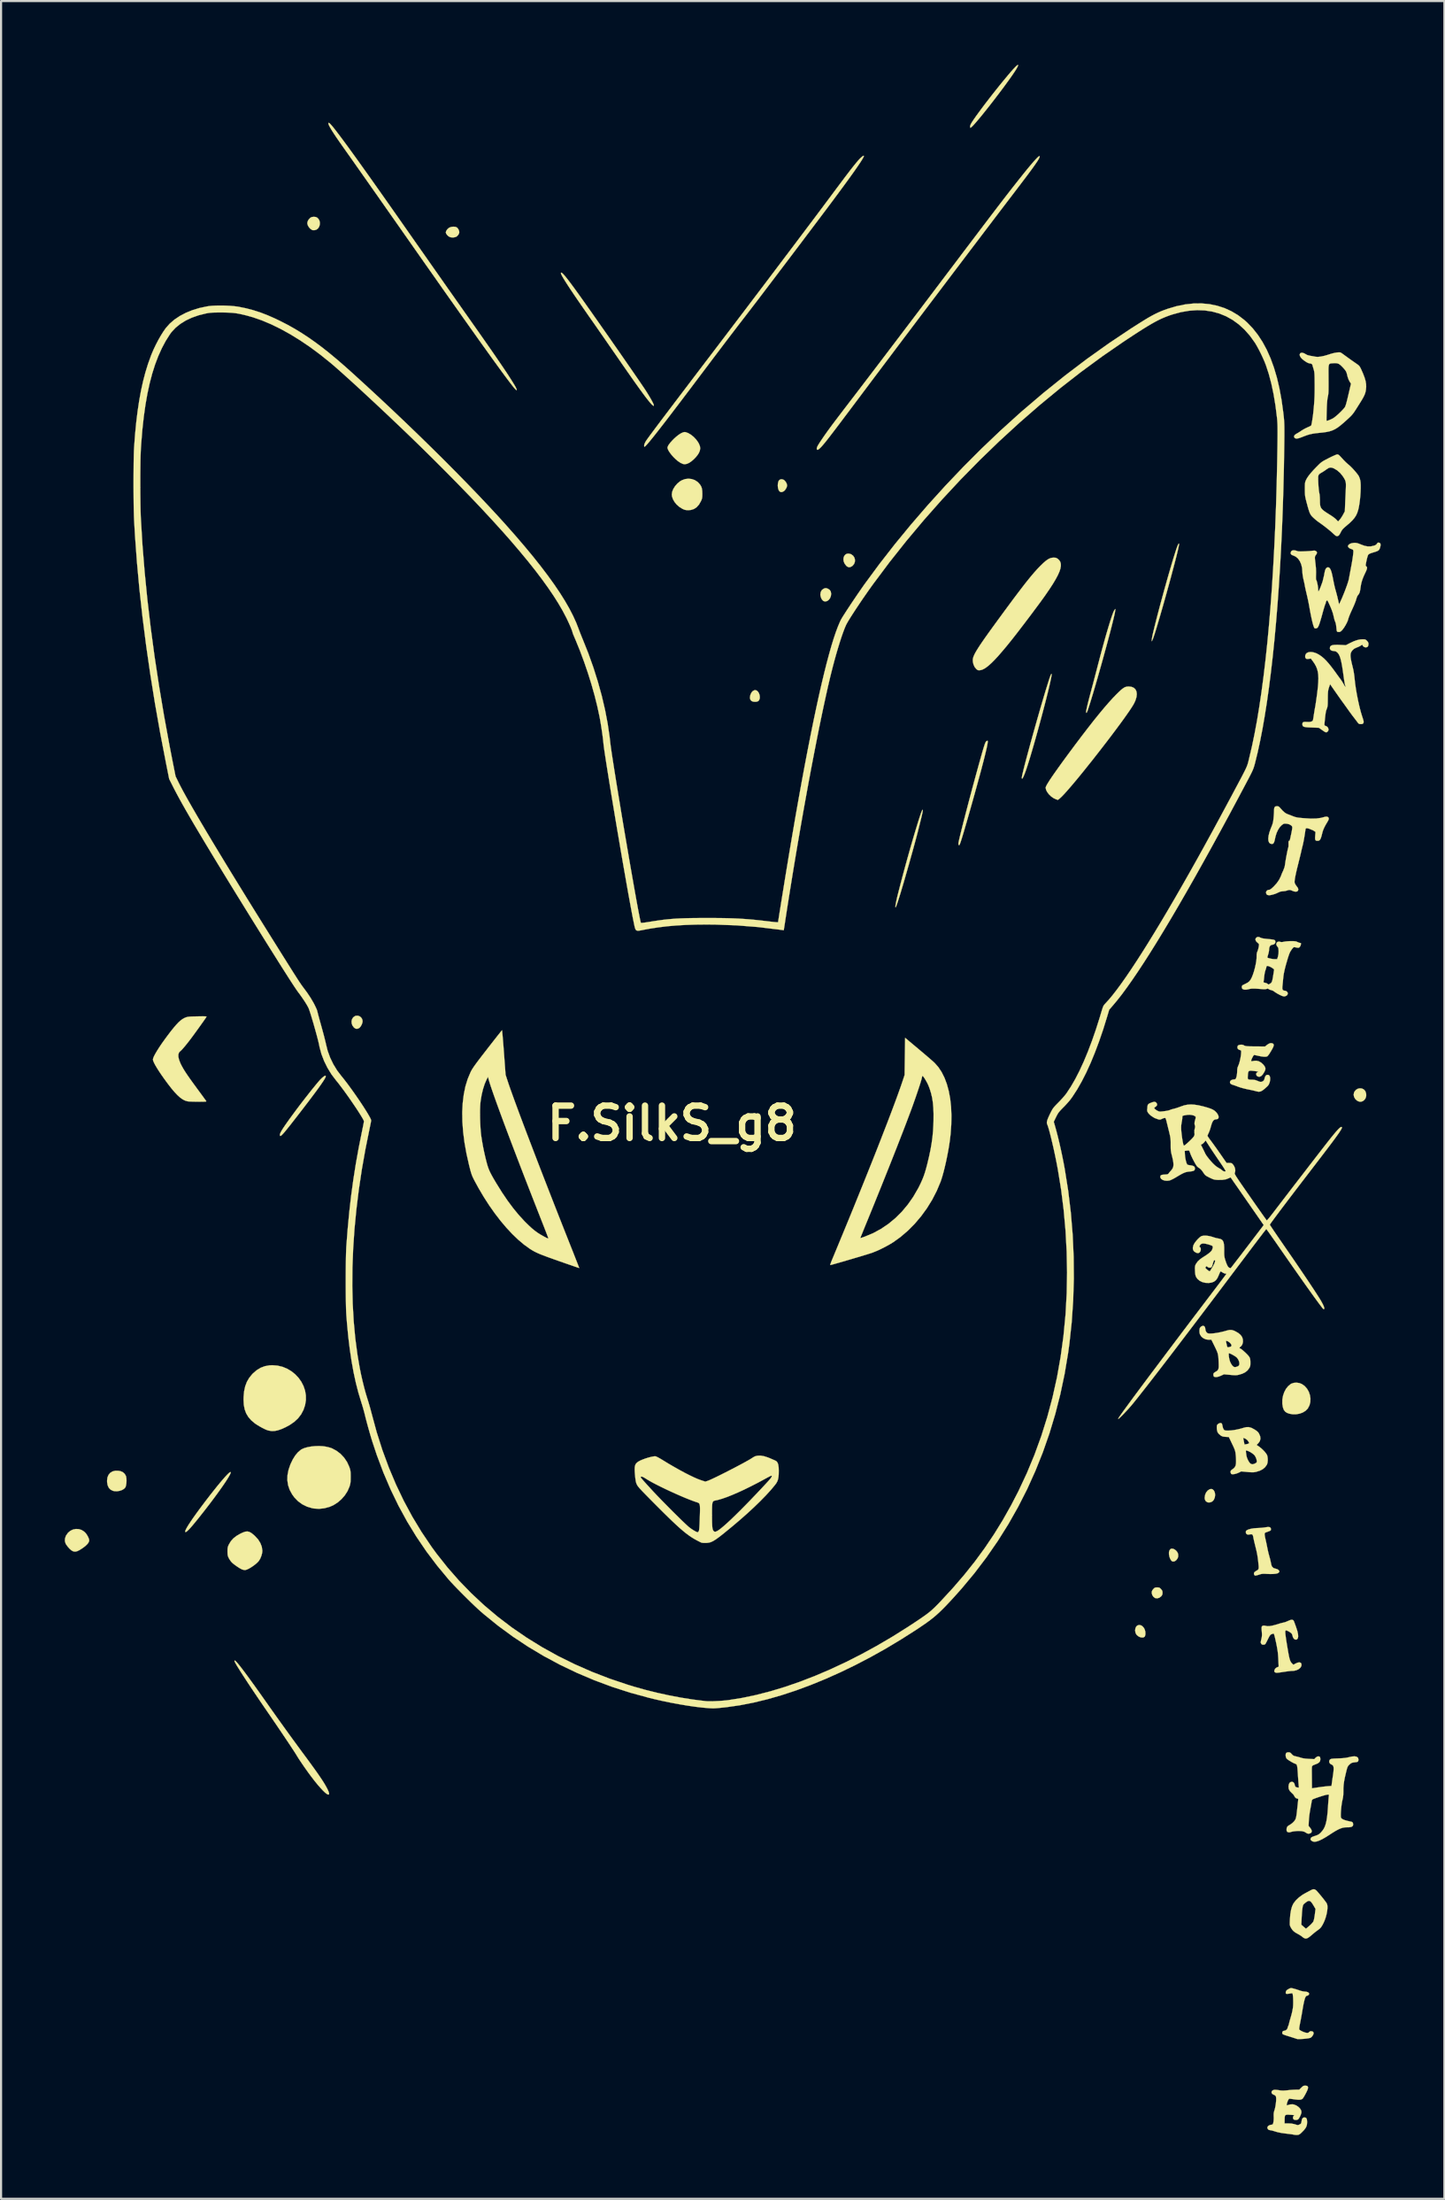
<source format=kicad_pcb>
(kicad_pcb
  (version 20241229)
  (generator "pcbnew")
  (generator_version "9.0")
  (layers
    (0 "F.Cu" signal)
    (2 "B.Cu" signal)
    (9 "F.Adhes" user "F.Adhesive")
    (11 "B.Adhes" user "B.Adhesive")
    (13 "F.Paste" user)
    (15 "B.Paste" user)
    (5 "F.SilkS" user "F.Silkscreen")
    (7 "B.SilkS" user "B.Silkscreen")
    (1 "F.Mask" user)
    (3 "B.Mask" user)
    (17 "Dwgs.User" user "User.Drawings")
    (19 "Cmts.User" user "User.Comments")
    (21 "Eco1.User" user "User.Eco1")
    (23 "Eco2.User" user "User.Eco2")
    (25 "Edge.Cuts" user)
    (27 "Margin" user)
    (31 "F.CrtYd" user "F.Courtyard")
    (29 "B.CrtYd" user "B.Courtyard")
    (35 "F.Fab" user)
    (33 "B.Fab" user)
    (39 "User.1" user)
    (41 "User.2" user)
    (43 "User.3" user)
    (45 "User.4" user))
  (footprint "F.SilkS_g8"
    (layer "F.Cu")
    (at 28.582 49.804)
    (property "Reference" "F.SilkS_g8" (at 0 0 0) (layer "F.SilkS") (effects (font (size 1.524 1.524) (thickness 0.3))))
    (attr through_hole)
    (fp_poly (pts (xy 5.245 -30.286) (xy 5.292 -30.255) (xy 5.359 -30.179) (xy 5.404 -30.09) (xy 5.419 -30.011) (xy 5.404 -29.939) (xy 5.365 -29.858) (xy 5.312 -29.785) (xy 5.261 -29.74) (xy 5.18 -29.703) (xy 5.113 -29.704) (xy 5.06 -29.738) (xy 5.017 -29.806) (xy 4.99 -29.9) (xy 4.98 -30.007) (xy 4.987 -30.112) (xy 5.011 -30.204) (xy 5.035 -30.247) (xy 5.093 -30.295) (xy 5.166 -30.308) (xy 5.245 -30.286)) (stroke (width 0.01) (type solid)) (fill yes) (layer "F.SilkS"))
    (fp_poly (pts (xy 25.452 17.221) (xy 25.504 17.269) (xy 25.542 17.339) (xy 25.564 17.424) (xy 25.566 17.517) (xy 25.549 17.613) (xy 25.51 17.704) (xy 25.467 17.761) (xy 25.399 17.811) (xy 25.312 17.837) (xy 25.227 17.834) (xy 25.199 17.825) (xy 25.125 17.773) (xy 25.085 17.696) (xy 25.076 17.615) (xy 25.095 17.484) (xy 25.144 17.368) (xy 25.219 17.275) (xy 25.311 17.216) (xy 25.387 17.201) (xy 25.452 17.221)) (stroke (width 0.01) (type solid)) (fill yes) (layer "F.SilkS"))
    (fp_poly (pts (xy 3.989 -20.364) (xy 4.048 -20.313) (xy 4.094 -20.239) (xy 4.124 -20.151) (xy 4.136 -20.059) (xy 4.127 -19.973) (xy 4.094 -19.901) (xy 4.058 -19.866) (xy 3.993 -19.84) (xy 3.908 -19.833) (xy 3.822 -19.842) (xy 3.752 -19.868) (xy 3.74 -19.876) (xy 3.689 -19.938) (xy 3.67 -20.02) (xy 3.683 -20.126) (xy 3.692 -20.159) (xy 3.736 -20.261) (xy 3.799 -20.336) (xy 3.874 -20.377) (xy 3.92 -20.384) (xy 3.989 -20.364)) (stroke (width 0.01) (type solid)) (fill yes) (layer "F.SilkS"))
    (fp_poly (pts (xy 8.41 -26.786) (xy 8.439 -26.773) (xy 8.528 -26.707) (xy 8.586 -26.62) (xy 8.614 -26.521) (xy 8.609 -26.418) (xy 8.573 -26.32) (xy 8.503 -26.236) (xy 8.469 -26.21) (xy 8.384 -26.169) (xy 8.308 -26.168) (xy 8.235 -26.207) (xy 8.205 -26.234) (xy 8.131 -26.328) (xy 8.087 -26.427) (xy 8.07 -26.525) (xy 8.079 -26.617) (xy 8.11 -26.696) (xy 8.161 -26.759) (xy 8.229 -26.798) (xy 8.313 -26.809) (xy 8.41 -26.786)) (stroke (width 0.01) (type solid)) (fill yes) (layer "F.SilkS"))
    (fp_poly (pts (xy 22.065 23.613) (xy 22.142 23.656) (xy 22.21 23.732) (xy 22.249 23.801) (xy 22.276 23.887) (xy 22.287 23.982) (xy 22.282 24.071) (xy 22.26 24.139) (xy 22.256 24.146) (xy 22.205 24.183) (xy 22.132 24.193) (xy 22.042 24.176) (xy 21.971 24.145) (xy 21.88 24.075) (xy 21.823 23.981) (xy 21.802 23.866) (xy 21.802 23.859) (xy 21.817 23.751) (xy 21.857 23.672) (xy 21.916 23.622) (xy 21.988 23.602) (xy 22.065 23.613)) (stroke (width 0.01) (type solid)) (fill yes) (layer "F.SilkS"))
    (fp_poly (pts (xy 23.647 20.04) (xy 23.721 20.093) (xy 23.783 20.164) (xy 23.821 20.244) (xy 23.827 20.274) (xy 23.831 20.376) (xy 23.805 20.459) (xy 23.747 20.542) (xy 23.68 20.596) (xy 23.61 20.618) (xy 23.546 20.606) (xy 23.511 20.579) (xy 23.455 20.493) (xy 23.416 20.388) (xy 23.395 20.277) (xy 23.395 20.173) (xy 23.418 20.093) (xy 23.453 20.044) (xy 23.492 20.014) (xy 23.495 20.013) (xy 23.568 20.01) (xy 23.647 20.04)) (stroke (width 0.01) (type solid)) (fill yes) (layer "F.SilkS"))
    (fp_poly (pts (xy 32.477 -1.639) (xy 32.562 -1.599) (xy 32.629 -1.528) (xy 32.646 -1.497) (xy 32.679 -1.39) (xy 32.68 -1.287) (xy 32.654 -1.194) (xy 32.605 -1.115) (xy 32.538 -1.056) (xy 32.458 -1.022) (xy 32.37 -1.018) (xy 32.278 -1.051) (xy 32.256 -1.064) (xy 32.166 -1.145) (xy 32.11 -1.24) (xy 32.089 -1.343) (xy 32.106 -1.445) (xy 32.131 -1.498) (xy 32.201 -1.579) (xy 32.288 -1.629) (xy 32.382 -1.649) (xy 32.477 -1.639)) (stroke (width 0.01) (type solid)) (fill yes) (layer "F.SilkS"))
    (fp_poly (pts (xy -14.714 -5.043) (xy -14.639 -4.988) (xy -14.586 -4.911) (xy -14.563 -4.819) (xy -14.563 -4.806) (xy -14.576 -4.724) (xy -14.611 -4.635) (xy -14.659 -4.553) (xy -14.713 -4.493) (xy -14.729 -4.482) (xy -14.814 -4.448) (xy -14.89 -4.455) (xy -14.964 -4.503) (xy -14.975 -4.515) (xy -15.043 -4.606) (xy -15.078 -4.708) (xy -15.083 -4.81) (xy -15.058 -4.906) (xy -15.005 -4.987) (xy -14.925 -5.046) (xy -14.893 -5.058) (xy -14.801 -5.068) (xy -14.714 -5.043)) (stroke (width 0.01) (type solid)) (fill yes) (layer "F.SilkS"))
    (fp_poly (pts (xy -10.195 -42.181) (xy -10.128 -42.155) (xy -10.074 -42.1) (xy -10.032 -42.022) (xy -10.012 -41.939) (xy -10.012 -41.927) (xy -10.03 -41.855) (xy -10.076 -41.783) (xy -10.138 -41.725) (xy -10.17 -41.708) (xy -10.279 -41.681) (xy -10.393 -41.685) (xy -10.468 -41.707) (xy -10.532 -41.747) (xy -10.59 -41.805) (xy -10.632 -41.868) (xy -10.647 -41.919) (xy -10.629 -41.985) (xy -10.584 -42.055) (xy -10.52 -42.118) (xy -10.474 -42.147) (xy -10.386 -42.178) (xy -10.288 -42.189) (xy -10.195 -42.181)) (stroke (width 0.01) (type solid)) (fill yes) (layer "F.SilkS"))
    (fp_poly (pts (xy 7.263 -25.181) (xy 7.323 -25.162) (xy 7.33 -25.159) (xy 7.418 -25.107) (xy 7.472 -25.03) (xy 7.492 -24.927) (xy 7.493 -24.91) (xy 7.478 -24.802) (xy 7.439 -24.708) (xy 7.381 -24.632) (xy 7.312 -24.579) (xy 7.235 -24.555) (xy 7.158 -24.565) (xy 7.116 -24.586) (xy 7.058 -24.649) (xy 7.013 -24.74) (xy 6.988 -24.842) (xy 6.985 -24.888) (xy 7.003 -24.999) (xy 7.053 -25.089) (xy 7.133 -25.152) (xy 7.16 -25.164) (xy 7.216 -25.181) (xy 7.263 -25.181)) (stroke (width 0.01) (type solid)) (fill yes) (layer "F.SilkS"))
    (fp_poly (pts (xy -16.771 -42.645) (xy -16.709 -42.62) (xy -16.636 -42.55) (xy -16.591 -42.463) (xy -16.574 -42.366) (xy -16.582 -42.268) (xy -16.614 -42.176) (xy -16.668 -42.099) (xy -16.743 -42.046) (xy -16.82 -42.025) (xy -16.882 -42.023) (xy -16.928 -42.028) (xy -16.933 -42.03) (xy -17.017 -42.083) (xy -17.089 -42.161) (xy -17.142 -42.252) (xy -17.166 -42.344) (xy -17.166 -42.357) (xy -17.148 -42.443) (xy -17.098 -42.531) (xy -17.024 -42.607) (xy -17.016 -42.614) (xy -16.947 -42.644) (xy -16.858 -42.654) (xy -16.771 -42.645)) (stroke (width 0.01) (type solid)) (fill yes) (layer "F.SilkS"))
    (fp_poly (pts (xy 22.908 21.837) (xy 22.954 21.852) (xy 22.998 21.889) (xy 23.02 21.912) (xy 23.067 21.971) (xy 23.088 22.024) (xy 23.093 22.087) (xy 23.086 22.158) (xy 23.061 22.213) (xy 23.024 22.258) (xy 22.946 22.317) (xy 22.856 22.346) (xy 22.767 22.341) (xy 22.742 22.333) (xy 22.667 22.279) (xy 22.612 22.199) (xy 22.586 22.107) (xy 22.585 22.085) (xy 22.591 22.018) (xy 22.615 21.965) (xy 22.657 21.912) (xy 22.706 21.865) (xy 22.749 21.841) (xy 22.806 21.834) (xy 22.839 21.833) (xy 22.908 21.837)) (stroke (width 0.01) (type solid)) (fill yes) (layer "F.SilkS"))
    (fp_poly (pts (xy -26.06 16.346) (xy -25.958 16.365) (xy -25.849 16.412) (xy -25.762 16.49) (xy -25.705 16.59) (xy -25.696 16.616) (xy -25.681 16.708) (xy -25.677 16.817) (xy -25.683 16.93) (xy -25.699 17.033) (xy -25.722 17.111) (xy -25.73 17.126) (xy -25.791 17.194) (xy -25.883 17.25) (xy -25.995 17.289) (xy -26.116 17.309) (xy -26.236 17.306) (xy -26.31 17.291) (xy -26.423 17.237) (xy -26.507 17.152) (xy -26.563 17.035) (xy -26.59 16.888) (xy -26.592 16.806) (xy -26.574 16.66) (xy -26.523 16.538) (xy -26.443 16.443) (xy -26.337 16.378) (xy -26.209 16.345) (xy -26.06 16.346)) (stroke (width 0.01) (type solid)) (fill yes) (layer "F.SilkS"))
    (fp_poly (pts (xy -27.924 19.091) (xy -27.791 19.132) (xy -27.669 19.21) (xy -27.602 19.275) (xy -27.546 19.35) (xy -27.495 19.438) (xy -27.455 19.526) (xy -27.434 19.6) (xy -27.432 19.622) (xy -27.452 19.699) (xy -27.511 19.787) (xy -27.607 19.881) (xy -27.738 19.981) (xy -27.883 20.074) (xy -27.997 20.13) (xy -28.094 20.151) (xy -28.183 20.138) (xy -28.27 20.091) (xy -28.27 20.091) (xy -28.358 20.013) (xy -28.447 19.914) (xy -28.521 19.81) (xy -28.543 19.771) (xy -28.577 19.66) (xy -28.573 19.539) (xy -28.533 19.415) (xy -28.52 19.389) (xy -28.431 19.264) (xy -28.32 19.171) (xy -28.195 19.111) (xy -28.06 19.084) (xy -27.924 19.091)) (stroke (width 0.01) (type solid)) (fill yes) (layer "F.SilkS"))
    (fp_poly (pts (xy 29.535 12.22) (xy 29.652 12.266) (xy 29.786 12.362) (xy 29.895 12.486) (xy 29.977 12.629) (xy 30.031 12.787) (xy 30.056 12.95) (xy 30.049 13.114) (xy 30.008 13.27) (xy 29.933 13.412) (xy 29.928 13.419) (xy 29.829 13.521) (xy 29.701 13.601) (xy 29.551 13.657) (xy 29.388 13.687) (xy 29.219 13.688) (xy 29.063 13.661) (xy 28.949 13.62) (xy 28.864 13.561) (xy 28.802 13.479) (xy 28.761 13.369) (xy 28.736 13.225) (xy 28.731 13.176) (xy 28.733 12.996) (xy 28.764 12.818) (xy 28.821 12.649) (xy 28.901 12.497) (xy 29.002 12.369) (xy 29.118 12.271) (xy 29.156 12.249) (xy 29.271 12.21) (xy 29.402 12.2) (xy 29.535 12.22)) (stroke (width 0.01) (type solid)) (fill yes) (layer "F.SilkS"))
    (fp_poly (pts (xy 0.929 -30.315) (xy 1.075 -30.265) (xy 1.203 -30.181) (xy 1.236 -30.151) (xy 1.318 -30.059) (xy 1.374 -29.97) (xy 1.408 -29.872) (xy 1.425 -29.753) (xy 1.429 -29.633) (xy 1.428 -29.53) (xy 1.423 -29.455) (xy 1.412 -29.396) (xy 1.393 -29.339) (xy 1.363 -29.272) (xy 1.362 -29.271) (xy 1.27 -29.111) (xy 1.162 -28.99) (xy 1.037 -28.907) (xy 0.895 -28.861) (xy 0.772 -28.85) (xy 0.678 -28.854) (xy 0.603 -28.868) (xy 0.526 -28.898) (xy 0.487 -28.917) (xy 0.347 -29.004) (xy 0.223 -29.112) (xy 0.121 -29.236) (xy 0.045 -29.369) (xy 0.001 -29.501) (xy -0.008 -29.594) (xy 0.012 -29.723) (xy 0.067 -29.856) (xy 0.151 -29.987) (xy 0.257 -30.107) (xy 0.381 -30.208) (xy 0.466 -30.258) (xy 0.616 -30.313) (xy 0.773 -30.332) (xy 0.929 -30.315)) (stroke (width 0.01) (type solid)) (fill yes) (layer "F.SilkS"))
    (fp_poly (pts (xy -20.77 16.423) (xy -20.776 16.452) (xy -20.804 16.52) (xy -20.858 16.617) (xy -20.934 16.742) (xy -21.031 16.891) (xy -21.147 17.062) (xy -21.281 17.251) (xy -21.429 17.456) (xy -21.59 17.674) (xy -21.762 17.902) (xy -21.943 18.137) (xy -22.131 18.377) (xy -22.278 18.563) (xy -22.43 18.75) (xy -22.558 18.905) (xy -22.665 19.027) (xy -22.751 19.12) (xy -22.817 19.183) (xy -22.866 19.219) (xy -22.898 19.229) (xy -22.913 19.22) (xy -22.912 19.183) (xy -22.886 19.115) (xy -22.834 19.017) (xy -22.758 18.891) (xy -22.658 18.739) (xy -22.537 18.561) (xy -22.393 18.36) (xy -22.23 18.136) (xy -22.128 18) (xy -21.936 17.746) (xy -21.754 17.509) (xy -21.583 17.292) (xy -21.425 17.094) (xy -21.281 16.919) (xy -21.152 16.767) (xy -21.04 16.639) (xy -20.946 16.538) (xy -20.87 16.464) (xy -20.815 16.419) (xy -20.781 16.405) (xy -20.77 16.423)) (stroke (width 0.01) (type solid)) (fill yes) (layer "F.SilkS"))
    (fp_poly (pts (xy 0.626 -32.524) (xy 0.639 -32.522) (xy 0.764 -32.477) (xy 0.894 -32.4) (xy 1.022 -32.297) (xy 1.137 -32.176) (xy 1.232 -32.044) (xy 1.27 -31.975) (xy 1.316 -31.86) (xy 1.33 -31.757) (xy 1.312 -31.652) (xy 1.269 -31.547) (xy 1.21 -31.452) (xy 1.126 -31.348) (xy 1.025 -31.244) (xy 0.921 -31.154) (xy 0.822 -31.086) (xy 0.799 -31.073) (xy 0.692 -31.028) (xy 0.602 -31.012) (xy 0.515 -31.025) (xy 0.417 -31.069) (xy 0.383 -31.089) (xy 0.279 -31.159) (xy 0.173 -31.249) (xy 0.07 -31.35) (xy -0.025 -31.458) (xy -0.106 -31.564) (xy -0.168 -31.663) (xy -0.204 -31.748) (xy -0.212 -31.795) (xy -0.195 -31.853) (xy -0.151 -31.931) (xy -0.083 -32.021) (xy 0.002 -32.117) (xy 0.098 -32.215) (xy 0.2 -32.307) (xy 0.302 -32.388) (xy 0.398 -32.452) (xy 0.437 -32.473) (xy 0.518 -32.509) (xy 0.576 -32.525) (xy 0.626 -32.524)) (stroke (width 0.01) (type solid)) (fill yes) (layer "F.SilkS"))
    (fp_poly (pts (xy -18.564 11.4) (xy -18.333 11.455) (xy -18.117 11.544) (xy -17.917 11.662) (xy -17.737 11.806) (xy -17.58 11.972) (xy -17.448 12.158) (xy -17.345 12.359) (xy -17.273 12.572) (xy -17.234 12.795) (xy -17.232 13.023) (xy -17.27 13.252) (xy -17.27 13.255) (xy -17.347 13.483) (xy -17.456 13.689) (xy -17.598 13.874) (xy -17.775 14.04) (xy -17.989 14.189) (xy -18.193 14.299) (xy -18.387 14.386) (xy -18.557 14.444) (xy -18.71 14.474) (xy -18.853 14.476) (xy -18.992 14.453) (xy -19.071 14.428) (xy -19.163 14.389) (xy -19.277 14.332) (xy -19.4 14.264) (xy -19.52 14.192) (xy -19.624 14.123) (xy -19.643 14.109) (xy -19.81 13.967) (xy -19.943 13.813) (xy -20.044 13.644) (xy -20.114 13.455) (xy -20.155 13.241) (xy -20.168 12.999) (xy -20.165 12.869) (xy -20.14 12.605) (xy -20.089 12.37) (xy -20.009 12.16) (xy -19.899 11.971) (xy -19.757 11.798) (xy -19.728 11.768) (xy -19.55 11.614) (xy -19.363 11.5) (xy -19.163 11.425) (xy -18.947 11.386) (xy -18.807 11.38) (xy -18.564 11.4)) (stroke (width 0.01) (type solid)) (fill yes) (layer "F.SilkS"))
    (fp_poly (pts (xy -16.3 -2.226) (xy -16.298 -2.203) (xy -16.312 -2.16) (xy -16.353 -2.085) (xy -16.421 -1.978) (xy -16.516 -1.838) (xy -16.638 -1.666) (xy -16.788 -1.461) (xy -16.965 -1.225) (xy -17.169 -0.955) (xy -17.4 -0.654) (xy -17.658 -0.32) (xy -17.717 -0.244) (xy -17.875 -0.042) (xy -18.009 0.128) (xy -18.121 0.268) (xy -18.213 0.381) (xy -18.287 0.467) (xy -18.345 0.529) (xy -18.389 0.57) (xy -18.42 0.59) (xy -18.44 0.592) (xy -18.452 0.578) (xy -18.457 0.55) (xy -18.457 0.533) (xy -18.449 0.492) (xy -18.424 0.433) (xy -18.381 0.353) (xy -18.319 0.252) (xy -18.236 0.127) (xy -18.131 -0.024) (xy -18.004 -0.203) (xy -17.852 -0.41) (xy -17.676 -0.648) (xy -17.646 -0.688) (xy -17.522 -0.853) (xy -17.39 -1.025) (xy -17.254 -1.2) (xy -17.119 -1.372) (xy -16.988 -1.538) (xy -16.864 -1.691) (xy -16.753 -1.827) (xy -16.658 -1.941) (xy -16.583 -2.027) (xy -16.56 -2.052) (xy -16.479 -2.133) (xy -16.405 -2.196) (xy -16.344 -2.234) (xy -16.31 -2.244) (xy -16.3 -2.226)) (stroke (width 0.01) (type solid)) (fill yes) (layer "F.SilkS"))
    (fp_poly (pts (xy 16.296 -49.792) (xy 16.287 -49.754) (xy 16.256 -49.689) (xy 16.203 -49.596) (xy 16.128 -49.478) (xy 16.032 -49.336) (xy 15.996 -49.283) (xy 15.866 -49.1) (xy 15.727 -48.908) (xy 15.581 -48.709) (xy 15.429 -48.507) (xy 15.275 -48.304) (xy 15.121 -48.103) (xy 14.968 -47.907) (xy 14.82 -47.719) (xy 14.678 -47.542) (xy 14.545 -47.378) (xy 14.422 -47.231) (xy 14.313 -47.103) (xy 14.22 -46.998) (xy 14.144 -46.917) (xy 14.088 -46.864) (xy 14.055 -46.842) (xy 14.052 -46.842) (xy 14.038 -46.86) (xy 14.034 -46.896) (xy 14.038 -46.936) (xy 14.055 -46.985) (xy 14.086 -47.047) (xy 14.134 -47.126) (xy 14.203 -47.229) (xy 14.294 -47.36) (xy 14.309 -47.382) (xy 14.435 -47.555) (xy 14.574 -47.744) (xy 14.725 -47.945) (xy 14.884 -48.152) (xy 15.047 -48.362) (xy 15.213 -48.572) (xy 15.376 -48.777) (xy 15.535 -48.973) (xy 15.686 -49.157) (xy 15.826 -49.324) (xy 15.951 -49.471) (xy 16.06 -49.594) (xy 16.148 -49.687) (xy 16.179 -49.719) (xy 16.242 -49.776) (xy 16.281 -49.799) (xy 16.296 -49.792)) (stroke (width 0.01) (type solid)) (fill yes) (layer "F.SilkS"))
    (fp_poly (pts (xy -19.889 19.224) (xy -19.795 19.277) (xy -19.689 19.362) (xy -19.627 19.419) (xy -19.482 19.578) (xy -19.376 19.747) (xy -19.309 19.921) (xy -19.283 20.099) (xy -19.283 20.121) (xy -19.296 20.232) (xy -19.331 20.357) (xy -19.382 20.48) (xy -19.442 20.58) (xy -19.508 20.655) (xy -19.596 20.734) (xy -19.699 20.813) (xy -19.806 20.886) (xy -19.912 20.948) (xy -20.007 20.993) (xy -20.083 21.015) (xy -20.106 21.017) (xy -20.168 21.008) (xy -20.225 20.993) (xy -20.29 20.963) (xy -20.376 20.913) (xy -20.473 20.85) (xy -20.569 20.782) (xy -20.654 20.717) (xy -20.717 20.661) (xy -20.72 20.658) (xy -20.779 20.587) (xy -20.837 20.501) (xy -20.864 20.45) (xy -20.894 20.385) (xy -20.912 20.325) (xy -20.92 20.257) (xy -20.923 20.164) (xy -20.923 20.14) (xy -20.922 20.043) (xy -20.915 19.972) (xy -20.9 19.912) (xy -20.872 19.845) (xy -20.851 19.801) (xy -20.761 19.653) (xy -20.642 19.522) (xy -20.491 19.406) (xy -20.32 19.307) (xy -20.186 19.245) (xy -20.076 19.209) (xy -19.98 19.202) (xy -19.889 19.224)) (stroke (width 0.01) (type solid)) (fill yes) (layer "F.SilkS"))
    (fp_poly (pts (xy 11.803 -14.747) (xy 11.806 -14.725) (xy 11.802 -14.683) (xy 11.79 -14.618) (xy 11.771 -14.526) (xy 11.742 -14.402) (xy 11.703 -14.243) (xy 11.683 -14.161) (xy 11.624 -13.926) (xy 11.563 -13.686) (xy 11.497 -13.436) (xy 11.425 -13.168) (xy 11.346 -12.879) (xy 11.258 -12.564) (xy 11.16 -12.215) (xy 11.102 -12.012) (xy 11 -11.656) (xy 10.908 -11.336) (xy 10.824 -11.054) (xy 10.751 -10.81) (xy 10.687 -10.604) (xy 10.634 -10.437) (xy 10.59 -10.309) (xy 10.556 -10.221) (xy 10.533 -10.172) (xy 10.52 -10.164) (xy 10.518 -10.171) (xy 10.518 -10.212) (xy 10.525 -10.277) (xy 10.541 -10.367) (xy 10.566 -10.487) (xy 10.6 -10.637) (xy 10.645 -10.82) (xy 10.701 -11.039) (xy 10.766 -11.292) (xy 10.842 -11.579) (xy 10.92 -11.869) (xy 10.999 -12.161) (xy 11.079 -12.45) (xy 11.159 -12.735) (xy 11.238 -13.013) (xy 11.316 -13.28) (xy 11.39 -13.534) (xy 11.461 -13.772) (xy 11.527 -13.991) (xy 11.588 -14.188) (xy 11.643 -14.36) (xy 11.691 -14.505) (xy 11.731 -14.619) (xy 11.763 -14.7) (xy 11.785 -14.745) (xy 11.793 -14.753) (xy 11.803 -14.747)) (stroke (width 0.01) (type solid)) (fill yes) (layer "F.SilkS"))
    (fp_poly (pts (xy 23.869 -27.274) (xy 23.868 -27.23) (xy 23.865 -27.204) (xy 23.846 -27.111) (xy 23.818 -26.983) (xy 23.78 -26.824) (xy 23.734 -26.638) (xy 23.68 -26.428) (xy 23.62 -26.198) (xy 23.554 -25.952) (xy 23.485 -25.692) (xy 23.412 -25.424) (xy 23.336 -25.15) (xy 23.26 -24.874) (xy 23.183 -24.6) (xy 23.107 -24.331) (xy 23.032 -24.071) (xy 22.961 -23.824) (xy 22.893 -23.594) (xy 22.83 -23.383) (xy 22.773 -23.196) (xy 22.723 -23.036) (xy 22.68 -22.907) (xy 22.647 -22.812) (xy 22.627 -22.765) (xy 22.588 -22.68) (xy 22.587 -22.754) (xy 22.592 -22.807) (xy 22.608 -22.896) (xy 22.634 -23.02) (xy 22.67 -23.173) (xy 22.713 -23.354) (xy 22.764 -23.557) (xy 22.821 -23.781) (xy 22.884 -24.021) (xy 22.95 -24.274) (xy 23.021 -24.536) (xy 23.094 -24.804) (xy 23.168 -25.075) (xy 23.244 -25.345) (xy 23.318 -25.61) (xy 23.392 -25.868) (xy 23.464 -26.114) (xy 23.532 -26.346) (xy 23.596 -26.559) (xy 23.656 -26.751) (xy 23.709 -26.918) (xy 23.755 -27.056) (xy 23.773 -27.105) (xy 23.808 -27.195) (xy 23.837 -27.254) (xy 23.859 -27.281) (xy 23.869 -27.274)) (stroke (width 0.01) (type solid)) (fill yes) (layer "F.SilkS"))
    (fp_poly (pts (xy 17.872 -21.137) (xy 17.87 -21.09) (xy 17.857 -21.006) (xy 17.834 -20.89) (xy 17.795 -20.709) (xy 17.745 -20.494) (xy 17.685 -20.248) (xy 17.617 -19.977) (xy 17.542 -19.686) (xy 17.462 -19.38) (xy 17.378 -19.065) (xy 17.291 -18.746) (xy 17.204 -18.427) (xy 17.116 -18.114) (xy 17.031 -17.813) (xy 16.948 -17.528) (xy 16.87 -17.264) (xy 16.797 -17.026) (xy 16.732 -16.821) (xy 16.71 -16.753) (xy 16.653 -16.586) (xy 16.601 -16.447) (xy 16.557 -16.339) (xy 16.52 -16.263) (xy 16.493 -16.223) (xy 16.475 -16.219) (xy 16.468 -16.253) (xy 16.468 -16.261) (xy 16.474 -16.31) (xy 16.491 -16.396) (xy 16.519 -16.516) (xy 16.555 -16.667) (xy 16.6 -16.845) (xy 16.653 -17.047) (xy 16.712 -17.269) (xy 16.777 -17.51) (xy 16.846 -17.764) (xy 16.919 -18.03) (xy 16.995 -18.303) (xy 17.073 -18.581) (xy 17.152 -18.861) (xy 17.231 -19.138) (xy 17.309 -19.41) (xy 17.386 -19.673) (xy 17.46 -19.925) (xy 17.53 -20.162) (xy 17.595 -20.38) (xy 17.656 -20.577) (xy 17.71 -20.749) (xy 17.756 -20.893) (xy 17.795 -21.006) (xy 17.824 -21.084) (xy 17.842 -21.124) (xy 17.863 -21.147) (xy 17.872 -21.137)) (stroke (width 0.01) (type solid)) (fill yes) (layer "F.SilkS"))
    (fp_poly (pts (xy -16.435 15.191) (xy -16.323 15.206) (xy -16.22 15.227) (xy -16.119 15.253) (xy -16.037 15.278) (xy -16.016 15.287) (xy -15.798 15.401) (xy -15.603 15.549) (xy -15.435 15.727) (xy -15.296 15.932) (xy -15.191 16.16) (xy -15.184 16.182) (xy -15.159 16.256) (xy -15.142 16.32) (xy -15.132 16.386) (xy -15.127 16.464) (xy -15.125 16.567) (xy -15.125 16.637) (xy -15.126 16.76) (xy -15.13 16.852) (xy -15.138 16.926) (xy -15.152 16.993) (xy -15.173 17.066) (xy -15.183 17.097) (xy -15.274 17.306) (xy -15.401 17.503) (xy -15.558 17.682) (xy -15.738 17.838) (xy -15.936 17.964) (xy -16.122 18.045) (xy -16.368 18.111) (xy -16.612 18.136) (xy -16.849 18.122) (xy -16.933 18.107) (xy -17.178 18.034) (xy -17.4 17.925) (xy -17.599 17.781) (xy -17.772 17.603) (xy -17.879 17.457) (xy -17.996 17.243) (xy -18.071 17.021) (xy -18.105 16.79) (xy -18.098 16.55) (xy -18.049 16.301) (xy -17.96 16.042) (xy -17.957 16.036) (xy -17.851 15.815) (xy -17.734 15.626) (xy -17.606 15.474) (xy -17.471 15.36) (xy -17.431 15.334) (xy -17.312 15.281) (xy -17.162 15.238) (xy -16.989 15.206) (xy -16.804 15.187) (xy -16.616 15.181) (xy -16.435 15.191)) (stroke (width 0.01) (type solid)) (fill yes) (layer "F.SilkS"))
    (fp_poly (pts (xy 20.861 -24.097) (xy 20.849 -24.025) (xy 20.826 -23.917) (xy 20.793 -23.774) (xy 20.751 -23.602) (xy 20.701 -23.403) (xy 20.644 -23.181) (xy 20.58 -22.94) (xy 20.512 -22.683) (xy 20.439 -22.413) (xy 20.362 -22.134) (xy 20.284 -21.849) (xy 20.204 -21.563) (xy 20.123 -21.277) (xy 20.044 -20.997) (xy 19.966 -20.726) (xy 19.89 -20.466) (xy 19.818 -20.222) (xy 19.75 -19.998) (xy 19.688 -19.795) (xy 19.632 -19.619) (xy 19.584 -19.472) (xy 19.568 -19.426) (xy 19.539 -19.354) (xy 19.516 -19.318) (xy 19.5 -19.319) (xy 19.495 -19.359) (xy 19.494 -19.362) (xy 19.5 -19.411) (xy 19.517 -19.496) (xy 19.543 -19.615) (xy 19.578 -19.762) (xy 19.622 -19.935) (xy 19.672 -20.129) (xy 19.729 -20.34) (xy 19.738 -20.373) (xy 19.765 -20.476) (xy 19.802 -20.612) (xy 19.845 -20.776) (xy 19.893 -20.959) (xy 19.945 -21.156) (xy 19.998 -21.358) (xy 20.05 -21.559) (xy 20.056 -21.582) (xy 20.147 -21.929) (xy 20.235 -22.259) (xy 20.321 -22.571) (xy 20.402 -22.862) (xy 20.479 -23.129) (xy 20.551 -23.371) (xy 20.617 -23.586) (xy 20.676 -23.77) (xy 20.729 -23.922) (xy 20.773 -24.039) (xy 20.808 -24.119) (xy 20.832 -24.157) (xy 20.873 -24.204) (xy 20.861 -24.097)) (stroke (width 0.01) (type solid)) (fill yes) (layer "F.SilkS"))
    (fp_poly (pts (xy 14.866 -17.974) (xy 14.86 -17.905) (xy 14.842 -17.797) (xy 14.811 -17.649) (xy 14.767 -17.461) (xy 14.712 -17.234) (xy 14.644 -16.968) (xy 14.564 -16.663) (xy 14.471 -16.319) (xy 14.366 -15.936) (xy 14.25 -15.516) (xy 14.121 -15.057) (xy 14.022 -14.707) (xy 13.928 -14.377) (xy 13.844 -14.087) (xy 13.771 -13.836) (xy 13.708 -13.623) (xy 13.655 -13.447) (xy 13.611 -13.308) (xy 13.576 -13.204) (xy 13.55 -13.134) (xy 13.532 -13.098) (xy 13.528 -13.093) (xy 13.499 -13.093) (xy 13.497 -13.096) (xy 13.487 -13.125) (xy 13.483 -13.168) (xy 13.489 -13.209) (xy 13.505 -13.287) (xy 13.53 -13.4) (xy 13.564 -13.544) (xy 13.607 -13.717) (xy 13.656 -13.915) (xy 13.712 -14.136) (xy 13.774 -14.376) (xy 13.84 -14.633) (xy 13.911 -14.902) (xy 13.984 -15.182) (xy 14.061 -15.469) (xy 14.138 -15.76) (xy 14.217 -16.051) (xy 14.296 -16.341) (xy 14.374 -16.625) (xy 14.45 -16.901) (xy 14.456 -16.923) (xy 14.522 -17.156) (xy 14.577 -17.352) (xy 14.623 -17.513) (xy 14.662 -17.644) (xy 14.694 -17.748) (xy 14.72 -17.827) (xy 14.742 -17.886) (xy 14.761 -17.928) (xy 14.777 -17.956) (xy 14.792 -17.974) (xy 14.8 -17.979) (xy 14.838 -18) (xy 14.859 -18.002) (xy 14.866 -17.974)) (stroke (width 0.01) (type solid)) (fill yes) (layer "F.SilkS"))
    (fp_poly (pts (xy 21.638 -20.537) (xy 21.743 -20.491) (xy 21.819 -20.418) (xy 21.865 -20.32) (xy 21.881 -20.199) (xy 21.866 -20.059) (xy 21.818 -19.901) (xy 21.761 -19.774) (xy 21.709 -19.681) (xy 21.632 -19.558) (xy 21.532 -19.408) (xy 21.412 -19.235) (xy 21.274 -19.041) (xy 21.12 -18.829) (xy 20.952 -18.602) (xy 20.773 -18.363) (xy 20.585 -18.114) (xy 20.39 -17.86) (xy 20.191 -17.602) (xy 19.989 -17.343) (xy 19.788 -17.087) (xy 19.588 -16.837) (xy 19.394 -16.594) (xy 19.206 -16.363) (xy 19.027 -16.146) (xy 18.859 -15.946) (xy 18.705 -15.766) (xy 18.567 -15.609) (xy 18.447 -15.477) (xy 18.348 -15.374) (xy 18.324 -15.351) (xy 18.261 -15.293) (xy 18.209 -15.248) (xy 18.175 -15.223) (xy 18.168 -15.22) (xy 18.138 -15.227) (xy 18.087 -15.244) (xy 18.074 -15.248) (xy 17.956 -15.305) (xy 17.844 -15.385) (xy 17.745 -15.481) (xy 17.665 -15.585) (xy 17.611 -15.69) (xy 17.59 -15.789) (xy 17.59 -15.792) (xy 17.601 -15.836) (xy 17.635 -15.908) (xy 17.693 -16.008) (xy 17.775 -16.138) (xy 17.881 -16.297) (xy 18.012 -16.487) (xy 18.169 -16.707) (xy 18.35 -16.96) (xy 18.558 -17.244) (xy 18.633 -17.346) (xy 18.971 -17.801) (xy 19.288 -18.221) (xy 19.583 -18.605) (xy 19.857 -18.955) (xy 20.111 -19.269) (xy 20.345 -19.55) (xy 20.559 -19.797) (xy 20.753 -20.011) (xy 20.901 -20.164) (xy 21.024 -20.286) (xy 21.124 -20.38) (xy 21.207 -20.449) (xy 21.278 -20.498) (xy 21.342 -20.529) (xy 21.406 -20.546) (xy 21.474 -20.552) (xy 21.505 -20.553) (xy 21.638 -20.537)) (stroke (width 0.01) (type solid)) (fill yes) (layer "F.SilkS"))
    (fp_poly (pts (xy -5.199 -40.024) (xy -5.16 -39.997) (xy -5.105 -39.943) (xy -5.032 -39.86) (xy -4.941 -39.748) (xy -4.83 -39.605) (xy -4.699 -39.43) (xy -4.547 -39.222) (xy -4.373 -38.981) (xy -4.273 -38.841) (xy -4.139 -38.653) (xy -3.991 -38.443) (xy -3.83 -38.216) (xy -3.66 -37.974) (xy -3.481 -37.72) (xy -3.297 -37.457) (xy -3.108 -37.188) (xy -2.918 -36.917) (xy -2.729 -36.645) (xy -2.541 -36.376) (xy -2.358 -36.113) (xy -2.182 -35.859) (xy -2.015 -35.618) (xy -1.858 -35.391) (xy -1.714 -35.182) (xy -1.585 -34.995) (xy -1.473 -34.831) (xy -1.38 -34.694) (xy -1.308 -34.588) (xy -1.279 -34.544) (xy -1.18 -34.391) (xy -1.089 -34.243) (xy -1.008 -34.106) (xy -0.941 -33.986) (xy -0.891 -33.888) (xy -0.861 -33.818) (xy -0.858 -33.808) (xy -0.853 -33.768) (xy -0.871 -33.761) (xy -0.91 -33.785) (xy -0.966 -33.838) (xy -1.039 -33.921) (xy -1.043 -33.925) (xy -1.115 -34.014) (xy -1.196 -34.116) (xy -1.285 -34.233) (xy -1.384 -34.367) (xy -1.496 -34.52) (xy -1.622 -34.695) (xy -1.764 -34.894) (xy -1.922 -35.119) (xy -2.1 -35.373) (xy -2.298 -35.657) (xy -2.502 -35.952) (xy -2.664 -36.186) (xy -2.838 -36.436) (xy -3.017 -36.695) (xy -3.198 -36.956) (xy -3.377 -37.213) (xy -3.548 -37.459) (xy -3.708 -37.689) (xy -3.853 -37.895) (xy -3.959 -38.047) (xy -4.197 -38.39) (xy -4.411 -38.7) (xy -4.601 -38.978) (xy -4.766 -39.223) (xy -4.905 -39.435) (xy -5.02 -39.614) (xy -5.11 -39.76) (xy -5.175 -39.873) (xy -5.214 -39.952) (xy -5.228 -39.997) (xy -5.228 -39.999) (xy -5.221 -40.024) (xy -5.199 -40.024)) (stroke (width 0.01) (type solid)) (fill yes) (layer "F.SilkS"))
    (fp_poly (pts (xy -20.564 25.282) (xy -20.521 25.319) (xy -20.457 25.389) (xy -20.435 25.415) (xy -20.349 25.52) (xy -20.242 25.658) (xy -20.112 25.829) (xy -19.96 26.034) (xy -19.786 26.274) (xy -19.589 26.547) (xy -19.369 26.856) (xy -19.141 27.178) (xy -18.886 27.54) (xy -18.65 27.872) (xy -18.429 28.181) (xy -18.22 28.472) (xy -18.019 28.751) (xy -17.82 29.024) (xy -17.621 29.296) (xy -17.417 29.574) (xy -17.349 29.665) (xy -17.156 29.926) (xy -16.988 30.156) (xy -16.841 30.359) (xy -16.713 30.538) (xy -16.604 30.695) (xy -16.51 30.834) (xy -16.429 30.957) (xy -16.36 31.068) (xy -16.301 31.169) (xy -16.249 31.264) (xy -16.209 31.341) (xy -16.163 31.447) (xy -16.141 31.523) (xy -16.145 31.569) (xy -16.174 31.583) (xy -16.227 31.564) (xy -16.257 31.546) (xy -16.336 31.483) (xy -16.435 31.387) (xy -16.551 31.263) (xy -16.681 31.113) (xy -16.821 30.942) (xy -16.968 30.751) (xy -16.989 30.723) (xy -17.081 30.6) (xy -17.18 30.462) (xy -17.282 30.318) (xy -17.382 30.174) (xy -17.474 30.038) (xy -17.555 29.916) (xy -17.619 29.816) (xy -17.653 29.76) (xy -17.691 29.698) (xy -17.75 29.604) (xy -17.83 29.481) (xy -17.927 29.334) (xy -18.038 29.166) (xy -18.163 28.979) (xy -18.298 28.778) (xy -18.442 28.565) (xy -18.592 28.344) (xy -18.746 28.118) (xy -18.901 27.891) (xy -19.056 27.666) (xy -19.071 27.644) (xy -19.257 27.373) (xy -19.437 27.109) (xy -19.609 26.854) (xy -19.773 26.61) (xy -19.926 26.38) (xy -20.067 26.165) (xy -20.195 25.969) (xy -20.308 25.793) (xy -20.404 25.64) (xy -20.483 25.512) (xy -20.541 25.411) (xy -20.579 25.341) (xy -20.595 25.302) (xy -20.595 25.299) (xy -20.588 25.276) (xy -20.564 25.282)) (stroke (width 0.01) (type solid)) (fill yes) (layer "F.SilkS"))
    (fp_poly (pts (xy 18.04 -26.614) (xy 18.097 -26.599) (xy 18.149 -26.569) (xy 18.164 -26.558) (xy 18.233 -26.492) (xy 18.281 -26.414) (xy 18.305 -26.323) (xy 18.306 -26.217) (xy 18.283 -26.094) (xy 18.236 -25.952) (xy 18.163 -25.789) (xy 18.064 -25.604) (xy 17.939 -25.394) (xy 17.786 -25.158) (xy 17.605 -24.893) (xy 17.53 -24.786) (xy 17.437 -24.657) (xy 17.323 -24.5) (xy 17.19 -24.321) (xy 17.045 -24.126) (xy 16.891 -23.92) (xy 16.732 -23.71) (xy 16.573 -23.5) (xy 16.418 -23.298) (xy 16.272 -23.107) (xy 16.138 -22.935) (xy 16.021 -22.786) (xy 15.979 -22.733) (xy 15.753 -22.454) (xy 15.548 -22.21) (xy 15.364 -21.998) (xy 15.198 -21.818) (xy 15.049 -21.668) (xy 14.915 -21.547) (xy 14.796 -21.453) (xy 14.689 -21.385) (xy 14.594 -21.341) (xy 14.508 -21.321) (xy 14.502 -21.32) (xy 14.434 -21.317) (xy 14.387 -21.33) (xy 14.337 -21.366) (xy 14.324 -21.377) (xy 14.253 -21.463) (xy 14.199 -21.576) (xy 14.167 -21.702) (xy 14.161 -21.788) (xy 14.163 -21.836) (xy 14.172 -21.888) (xy 14.189 -21.946) (xy 14.215 -22.012) (xy 14.25 -22.088) (xy 14.298 -22.176) (xy 14.358 -22.277) (xy 14.432 -22.395) (xy 14.521 -22.531) (xy 14.627 -22.686) (xy 14.751 -22.864) (xy 14.894 -23.065) (xy 15.058 -23.292) (xy 15.243 -23.547) (xy 15.452 -23.832) (xy 15.67 -24.13) (xy 15.906 -24.449) (xy 16.119 -24.736) (xy 16.313 -24.992) (xy 16.488 -25.221) (xy 16.646 -25.425) (xy 16.79 -25.605) (xy 16.922 -25.766) (xy 17.043 -25.908) (xy 17.155 -26.034) (xy 17.26 -26.147) (xy 17.347 -26.236) (xy 17.481 -26.365) (xy 17.595 -26.464) (xy 17.694 -26.535) (xy 17.784 -26.582) (xy 17.868 -26.608) (xy 17.954 -26.617) (xy 17.959 -26.617) (xy 18.04 -26.614)) (stroke (width 0.01) (type solid)) (fill yes) (layer "F.SilkS"))
    (fp_poly (pts (xy -22.001 -5.035) (xy -21.949 -5.032) (xy -21.921 -5.026) (xy -21.912 -5.018) (xy -21.912 -5.013) (xy -21.928 -4.988) (xy -21.965 -4.933) (xy -22.019 -4.855) (xy -22.088 -4.757) (xy -22.168 -4.645) (xy -22.255 -4.523) (xy -22.345 -4.398) (xy -22.435 -4.274) (xy -22.522 -4.155) (xy -22.602 -4.047) (xy -22.644 -3.99) (xy -22.746 -3.857) (xy -22.845 -3.731) (xy -22.938 -3.618) (xy -23.02 -3.522) (xy -23.087 -3.449) (xy -23.134 -3.404) (xy -23.145 -3.396) (xy -23.206 -3.331) (xy -23.236 -3.24) (xy -23.235 -3.124) (xy -23.201 -2.984) (xy -23.137 -2.822) (xy -23.125 -2.797) (xy -23.078 -2.704) (xy -23.025 -2.608) (xy -22.964 -2.506) (xy -22.892 -2.392) (xy -22.806 -2.264) (xy -22.704 -2.117) (xy -22.582 -1.947) (xy -22.439 -1.751) (xy -22.343 -1.619) (xy -22.244 -1.485) (xy -22.152 -1.361) (xy -22.072 -1.251) (xy -22.006 -1.16) (xy -21.956 -1.092) (xy -21.927 -1.052) (xy -21.921 -1.042) (xy -21.924 -1.033) (xy -21.948 -1.026) (xy -21.998 -1.022) (xy -22.078 -1.019) (xy -22.192 -1.018) (xy -22.314 -1.018) (xy -22.447 -1.02) (xy -22.573 -1.023) (xy -22.68 -1.027) (xy -22.763 -1.032) (xy -22.81 -1.038) (xy -22.921 -1.071) (xy -23.034 -1.129) (xy -23.153 -1.214) (xy -23.28 -1.328) (xy -23.417 -1.473) (xy -23.568 -1.652) (xy -23.731 -1.863) (xy -23.887 -2.075) (xy -24.027 -2.273) (xy -24.149 -2.455) (xy -24.252 -2.617) (xy -24.333 -2.756) (xy -24.391 -2.871) (xy -24.425 -2.958) (xy -24.433 -3.006) (xy -24.42 -3.069) (xy -24.381 -3.162) (xy -24.318 -3.281) (xy -24.233 -3.424) (xy -24.128 -3.589) (xy -24.005 -3.771) (xy -23.864 -3.968) (xy -23.738 -4.138) (xy -23.587 -4.336) (xy -23.455 -4.501) (xy -23.338 -4.637) (xy -23.235 -4.746) (xy -23.14 -4.833) (xy -23.052 -4.899) (xy -22.967 -4.949) (xy -22.902 -4.978) (xy -22.858 -4.994) (xy -22.812 -5.006) (xy -22.757 -5.015) (xy -22.686 -5.022) (xy -22.592 -5.027) (xy -22.468 -5.03) (xy -22.344 -5.033) (xy -22.193 -5.036) (xy -22.08 -5.037) (xy -22.001 -5.035)) (stroke (width 0.01) (type solid)) (fill yes) (layer "F.SilkS"))
    (fp_poly (pts (xy 28.118 18.995) (xy 28.168 19.017) (xy 28.191 19.06) (xy 28.194 19.092) (xy 28.193 19.124) (xy 28.185 19.147) (xy 28.162 19.166) (xy 28.117 19.186) (xy 28.043 19.214) (xy 27.998 19.23) (xy 27.938 19.254) (xy 27.908 19.277) (xy 27.898 19.31) (xy 27.898 19.332) (xy 27.903 19.384) (xy 27.916 19.462) (xy 27.935 19.552) (xy 27.941 19.579) (xy 27.966 19.684) (xy 27.992 19.81) (xy 28.017 19.933) (xy 28.025 19.975) (xy 28.049 20.092) (xy 28.078 20.218) (xy 28.108 20.331) (xy 28.118 20.367) (xy 28.147 20.471) (xy 28.174 20.583) (xy 28.194 20.679) (xy 28.196 20.687) (xy 28.221 20.797) (xy 28.259 20.872) (xy 28.315 20.921) (xy 28.395 20.949) (xy 28.416 20.953) (xy 28.501 20.979) (xy 28.556 21.017) (xy 28.558 21.019) (xy 28.59 21.066) (xy 28.59 21.102) (xy 28.557 21.142) (xy 28.557 21.143) (xy 28.503 21.172) (xy 28.412 21.192) (xy 28.287 21.203) (xy 28.132 21.204) (xy 28.008 21.199) (xy 27.901 21.193) (xy 27.823 21.193) (xy 27.76 21.2) (xy 27.698 21.214) (xy 27.633 21.235) (xy 27.556 21.259) (xy 27.491 21.274) (xy 27.451 21.278) (xy 27.449 21.278) (xy 27.412 21.25) (xy 27.395 21.199) (xy 27.4 21.145) (xy 27.427 21.109) (xy 27.477 21.071) (xy 27.493 21.062) (xy 27.561 21.023) (xy 27.601 20.984) (xy 27.618 20.932) (xy 27.619 20.856) (xy 27.616 20.812) (xy 27.596 20.607) (xy 27.574 20.43) (xy 27.548 20.27) (xy 27.515 20.111) (xy 27.489 20.003) (xy 27.447 19.835) (xy 27.415 19.701) (xy 27.39 19.594) (xy 27.372 19.508) (xy 27.358 19.435) (xy 27.356 19.426) (xy 27.335 19.363) (xy 27.294 19.334) (xy 27.227 19.334) (xy 27.191 19.343) (xy 27.11 19.351) (xy 27.05 19.326) (xy 27.017 19.271) (xy 27.013 19.247) (xy 27.017 19.189) (xy 27.05 19.151) (xy 27.055 19.148) (xy 27.138 19.108) (xy 27.253 19.076) (xy 27.389 19.053) (xy 27.534 19.042) (xy 27.559 19.041) (xy 27.673 19.036) (xy 27.794 19.026) (xy 27.902 19.012) (xy 27.923 19.008) (xy 28.038 18.993) (xy 28.118 18.995)) (stroke (width 0.01) (type solid)) (fill yes) (layer "F.SilkS"))
    (fp_poly (pts (xy -16.127 -47.061) (xy -16.084 -47.021) (xy -16.023 -46.954) (xy -15.943 -46.859) (xy -15.845 -46.736) (xy -15.728 -46.583) (xy -15.591 -46.402) (xy -15.434 -46.191) (xy -15.256 -45.95) (xy -15.059 -45.678) (xy -14.84 -45.375) (xy -14.6 -45.04) (xy -14.338 -44.673) (xy -14.055 -44.274) (xy -13.749 -43.841) (xy -13.42 -43.375) (xy -13.068 -42.874) (xy -12.711 -42.365) (xy -12.401 -41.922) (xy -12.113 -41.511) (xy -11.844 -41.128) (xy -11.593 -40.771) (xy -11.358 -40.435) (xy -11.136 -40.119) (xy -10.924 -39.818) (xy -10.722 -39.529) (xy -10.526 -39.25) (xy -10.334 -38.978) (xy -10.144 -38.708) (xy -9.954 -38.439) (xy -9.762 -38.166) (xy -9.565 -37.887) (xy -9.387 -37.634) (xy -9.122 -37.258) (xy -8.88 -36.913) (xy -8.66 -36.599) (xy -8.461 -36.313) (xy -8.282 -36.054) (xy -8.121 -35.818) (xy -7.976 -35.605) (xy -7.847 -35.413) (xy -7.731 -35.239) (xy -7.629 -35.081) (xy -7.538 -34.937) (xy -7.456 -34.806) (xy -7.41 -34.73) (xy -7.355 -34.633) (xy -7.321 -34.56) (xy -7.306 -34.514) (xy -7.313 -34.497) (xy -7.341 -34.511) (xy -7.39 -34.56) (xy -7.391 -34.561) (xy -7.449 -34.628) (xy -7.527 -34.725) (xy -7.624 -34.851) (xy -7.742 -35.006) (xy -7.88 -35.191) (xy -8.039 -35.407) (xy -8.218 -35.653) (xy -8.419 -35.929) (xy -8.64 -36.237) (xy -8.884 -36.577) (xy -9.149 -36.948) (xy -9.436 -37.352) (xy -9.746 -37.788) (xy -10.077 -38.256) (xy -10.432 -38.758) (xy -10.81 -39.293) (xy -11.21 -39.863) (xy -11.635 -40.466) (xy -12.082 -41.103) (xy -12.277 -41.381) (xy -12.607 -41.851) (xy -12.913 -42.288) (xy -13.198 -42.693) (xy -13.462 -43.069) (xy -13.705 -43.416) (xy -13.93 -43.737) (xy -14.138 -44.032) (xy -14.329 -44.304) (xy -14.504 -44.553) (xy -14.666 -44.783) (xy -14.814 -44.993) (xy -14.95 -45.186) (xy -15.075 -45.364) (xy -15.191 -45.527) (xy -15.298 -45.678) (xy -15.397 -45.818) (xy -15.462 -45.91) (xy -15.639 -46.162) (xy -15.79 -46.38) (xy -15.915 -46.568) (xy -16.015 -46.725) (xy -16.09 -46.851) (xy -16.141 -46.949) (xy -16.169 -47.018) (xy -16.173 -47.06) (xy -16.154 -47.075) (xy -16.152 -47.075) (xy -16.127 -47.061)) (stroke (width 0.01) (type solid)) (fill yes) (layer "F.SilkS"))
    (fp_poly (pts (xy 30.257 36.042) (xy 30.327 36.088) (xy 30.366 36.128) (xy 30.482 36.263) (xy 30.587 36.39) (xy 30.678 36.503) (xy 30.752 36.6) (xy 30.805 36.674) (xy 30.833 36.721) (xy 30.834 36.723) (xy 30.854 36.809) (xy 30.856 36.925) (xy 30.842 37.062) (xy 30.813 37.212) (xy 30.771 37.367) (xy 30.717 37.518) (xy 30.67 37.624) (xy 30.61 37.737) (xy 30.555 37.821) (xy 30.493 37.888) (xy 30.415 37.95) (xy 30.38 37.975) (xy 30.313 38.024) (xy 30.232 38.088) (xy 30.153 38.155) (xy 30.145 38.162) (xy 30.041 38.25) (xy 29.959 38.311) (xy 29.893 38.345) (xy 29.836 38.355) (xy 29.784 38.345) (xy 29.75 38.329) (xy 29.703 38.298) (xy 29.654 38.259) (xy 29.61 38.226) (xy 29.542 38.183) (xy 29.463 38.138) (xy 29.453 38.133) (xy 29.343 38.07) (xy 29.263 38.01) (xy 29.202 37.945) (xy 29.149 37.865) (xy 29.136 37.842) (xy 29.112 37.796) (xy 29.096 37.758) (xy 29.087 37.716) (xy 29.086 37.705) (xy 29.626 37.705) (xy 29.73 37.796) (xy 29.785 37.843) (xy 29.826 37.876) (xy 29.845 37.888) (xy 29.865 37.875) (xy 29.908 37.84) (xy 29.968 37.789) (xy 30.004 37.758) (xy 30.075 37.692) (xy 30.138 37.625) (xy 30.181 37.571) (xy 30.191 37.555) (xy 30.211 37.499) (xy 30.232 37.411) (xy 30.251 37.3) (xy 30.262 37.221) (xy 30.295 36.961) (xy 30.193 36.787) (xy 30.126 36.682) (xy 30.069 36.615) (xy 30.014 36.582) (xy 29.957 36.584) (xy 29.89 36.616) (xy 29.818 36.67) (xy 29.76 36.719) (xy 29.724 36.757) (xy 29.703 36.799) (xy 29.689 36.857) (xy 29.678 36.929) (xy 29.667 37.014) (xy 29.657 37.127) (xy 29.648 37.255) (xy 29.64 37.383) (xy 29.64 37.4) (xy 29.626 37.705) (xy 29.086 37.705) (xy 29.083 37.661) (xy 29.084 37.585) (xy 29.088 37.477) (xy 29.089 37.457) (xy 29.107 37.217) (xy 29.142 37.01) (xy 29.191 36.838) (xy 29.255 36.704) (xy 29.26 36.697) (xy 29.37 36.556) (xy 29.514 36.42) (xy 29.684 36.296) (xy 29.816 36.219) (xy 29.91 36.169) (xy 29.999 36.122) (xy 30.07 36.084) (xy 30.105 36.065) (xy 30.185 36.035) (xy 30.257 36.042)) (stroke (width 0.01) (type solid)) (fill yes) (layer "F.SilkS"))
    (fp_poly (pts (xy 9.033 -45.524) (xy 9.029 -45.492) (xy 8.998 -45.427) (xy 8.94 -45.329) (xy 8.856 -45.198) (xy 8.745 -45.034) (xy 8.609 -44.837) (xy 8.445 -44.607) (xy 8.255 -44.344) (xy 8.039 -44.049) (xy 7.796 -43.72) (xy 7.527 -43.358) (xy 7.232 -42.963) (xy 7.132 -42.831) (xy 6.882 -42.499) (xy 6.626 -42.159) (xy 6.366 -41.815) (xy 6.105 -41.468) (xy 5.843 -41.122) (xy 5.584 -40.779) (xy 5.328 -40.441) (xy 5.079 -40.113) (xy 4.839 -39.796) (xy 4.608 -39.492) (xy 4.39 -39.205) (xy 4.187 -38.938) (xy 4 -38.692) (xy 3.831 -38.472) (xy 3.683 -38.278) (xy 3.557 -38.115) (xy 3.513 -38.057) (xy 3.376 -37.88) (xy 3.245 -37.71) (xy 3.118 -37.546) (xy 2.993 -37.382) (xy 2.867 -37.217) (xy 2.737 -37.048) (xy 2.602 -36.87) (xy 2.459 -36.682) (xy 2.306 -36.48) (xy 2.14 -36.26) (xy 1.958 -36.021) (xy 1.76 -35.758) (xy 1.542 -35.469) (xy 1.301 -35.15) (xy 1.196 -35.01) (xy 0.885 -34.597) (xy 0.598 -34.218) (xy 0.335 -33.871) (xy 0.094 -33.555) (xy -0.124 -33.269) (xy -0.321 -33.012) (xy -0.498 -32.784) (xy -0.654 -32.583) (xy -0.792 -32.408) (xy -0.912 -32.258) (xy -1.014 -32.133) (xy -1.099 -32.031) (xy -1.168 -31.951) (xy -1.223 -31.893) (xy -1.262 -31.855) (xy -1.289 -31.837) (xy -1.297 -31.835) (xy -1.308 -31.853) (xy -1.309 -31.902) (xy -1.307 -31.917) (xy -1.288 -31.981) (xy -1.249 -32.062) (xy -1.211 -32.124) (xy -1.168 -32.186) (xy -1.105 -32.273) (xy -1.022 -32.387) (xy -0.917 -32.528) (xy -0.791 -32.697) (xy -0.643 -32.894) (xy -0.473 -33.12) (xy -0.28 -33.376) (xy -0.063 -33.662) (xy 0.177 -33.979) (xy 0.441 -34.327) (xy 0.73 -34.707) (xy 1.043 -35.12) (xy 1.346 -35.518) (xy 1.896 -36.24) (xy 2.433 -36.946) (xy 2.955 -37.633) (xy 3.463 -38.302) (xy 3.954 -38.95) (xy 4.429 -39.576) (xy 4.885 -40.18) (xy 5.323 -40.76) (xy 5.742 -41.314) (xy 6.139 -41.842) (xy 6.516 -42.342) (xy 6.87 -42.813) (xy 7.2 -43.254) (xy 7.506 -43.664) (xy 7.721 -43.953) (xy 7.919 -44.217) (xy 8.093 -44.449) (xy 8.246 -44.651) (xy 8.379 -44.825) (xy 8.495 -44.974) (xy 8.596 -45.1) (xy 8.682 -45.205) (xy 8.756 -45.292) (xy 8.819 -45.362) (xy 8.874 -45.418) (xy 8.898 -45.44) (xy 8.965 -45.497) (xy 9.011 -45.525) (xy 9.033 -45.524)) (stroke (width 0.01) (type solid)) (fill yes) (layer "F.SilkS"))
    (fp_poly (pts (xy 29.177 40.689) (xy 29.244 40.704) (xy 29.26 40.709) (xy 29.351 40.734) (xy 29.455 40.767) (xy 29.538 40.796) (xy 29.636 40.826) (xy 29.733 40.846) (xy 29.793 40.851) (xy 29.884 40.862) (xy 29.952 40.89) (xy 29.989 40.932) (xy 29.993 40.956) (xy 29.974 41.007) (xy 29.92 41.039) (xy 29.889 41.045) (xy 29.859 41.058) (xy 29.832 41.09) (xy 29.805 41.144) (xy 29.779 41.224) (xy 29.752 41.333) (xy 29.722 41.475) (xy 29.69 41.653) (xy 29.663 41.815) (xy 29.645 41.919) (xy 29.622 42.049) (xy 29.596 42.188) (xy 29.57 42.319) (xy 29.569 42.323) (xy 29.545 42.448) (xy 29.53 42.537) (xy 29.525 42.597) (xy 29.528 42.631) (xy 29.534 42.644) (xy 29.588 42.683) (xy 29.666 42.724) (xy 29.754 42.761) (xy 29.835 42.785) (xy 29.858 42.79) (xy 29.92 42.796) (xy 29.957 42.788) (xy 29.983 42.763) (xy 29.985 42.759) (xy 30.036 42.722) (xy 30.085 42.714) (xy 30.157 42.727) (xy 30.196 42.767) (xy 30.205 42.815) (xy 30.19 42.868) (xy 30.154 42.93) (xy 30.107 42.987) (xy 30.061 43.023) (xy 30.061 43.023) (xy 30.008 43.038) (xy 29.927 43.053) (xy 29.827 43.065) (xy 29.719 43.076) (xy 29.612 43.082) (xy 29.518 43.085) (xy 29.447 43.083) (xy 29.411 43.076) (xy 29.376 43.063) (xy 29.309 43.041) (xy 29.219 43.012) (xy 29.115 42.979) (xy 29.083 42.969) (xy 28.957 42.93) (xy 28.866 42.901) (xy 28.803 42.878) (xy 28.764 42.859) (xy 28.742 42.842) (xy 28.732 42.824) (xy 28.727 42.801) (xy 28.727 42.801) (xy 28.735 42.741) (xy 28.777 42.703) (xy 28.828 42.693) (xy 28.882 42.678) (xy 28.935 42.64) (xy 28.97 42.593) (xy 28.977 42.565) (xy 28.987 42.525) (xy 29.006 42.48) (xy 29.03 42.42) (xy 29.049 42.35) (xy 29.049 42.346) (xy 29.061 42.294) (xy 29.083 42.214) (xy 29.111 42.116) (xy 29.139 42.021) (xy 29.172 41.901) (xy 29.202 41.772) (xy 29.224 41.652) (xy 29.234 41.583) (xy 29.241 41.489) (xy 29.244 41.382) (xy 29.243 41.269) (xy 29.24 41.161) (xy 29.233 41.064) (xy 29.223 40.989) (xy 29.212 40.943) (xy 29.206 40.934) (xy 29.173 40.93) (xy 29.119 40.936) (xy 29.107 40.939) (xy 29.034 40.951) (xy 28.963 40.957) (xy 28.961 40.957) (xy 28.914 40.953) (xy 28.895 40.933) (xy 28.892 40.898) (xy 28.902 40.838) (xy 28.936 40.789) (xy 29.002 40.742) (xy 29.038 40.723) (xy 29.091 40.697) (xy 29.132 40.687) (xy 29.177 40.689)) (stroke (width 0.01) (type solid)) (fill yes) (layer "F.SilkS"))
    (fp_poly (pts (xy 17.309 -45.503) (xy 17.309 -45.479) (xy 17.298 -45.445) (xy 17.277 -45.398) (xy 17.243 -45.337) (xy 17.195 -45.26) (xy 17.131 -45.166) (xy 17.052 -45.052) (xy 16.954 -44.916) (xy 16.838 -44.758) (xy 16.701 -44.574) (xy 16.542 -44.364) (xy 16.361 -44.125) (xy 16.156 -43.855) (xy 16.02 -43.677) (xy 15.798 -43.387) (xy 15.553 -43.066) (xy 15.287 -42.717) (xy 15.002 -42.342) (xy 14.7 -41.945) (xy 14.384 -41.528) (xy 14.054 -41.094) (xy 13.715 -40.646) (xy 13.367 -40.187) (xy 13.013 -39.72) (xy 12.655 -39.247) (xy 12.295 -38.771) (xy 11.935 -38.296) (xy 11.578 -37.824) (xy 11.226 -37.357) (xy 10.88 -36.899) (xy 10.543 -36.452) (xy 10.218 -36.02) (xy 9.905 -35.605) (xy 9.608 -35.21) (xy 9.328 -34.838) (xy 9.068 -34.491) (xy 8.996 -34.396) (xy 8.745 -34.061) (xy 8.518 -33.759) (xy 8.314 -33.487) (xy 8.13 -33.243) (xy 7.967 -33.026) (xy 7.821 -32.833) (xy 7.693 -32.664) (xy 7.58 -32.516) (xy 7.481 -32.387) (xy 7.395 -32.275) (xy 7.32 -32.179) (xy 7.255 -32.097) (xy 7.199 -32.027) (xy 7.149 -31.968) (xy 7.105 -31.916) (xy 7.066 -31.871) (xy 7.029 -31.831) (xy 6.998 -31.798) (xy 6.922 -31.727) (xy 6.867 -31.692) (xy 6.831 -31.693) (xy 6.816 -31.729) (xy 6.816 -31.74) (xy 6.819 -31.774) (xy 6.83 -31.813) (xy 6.852 -31.861) (xy 6.888 -31.925) (xy 6.941 -32.01) (xy 7.014 -32.12) (xy 7.074 -32.209) (xy 7.147 -32.317) (xy 7.227 -32.431) (xy 7.314 -32.553) (xy 7.412 -32.688) (xy 7.523 -32.839) (xy 7.649 -33.007) (xy 7.793 -33.197) (xy 7.956 -33.411) (xy 8.141 -33.653) (xy 8.321 -33.888) (xy 8.547 -34.182) (xy 8.789 -34.498) (xy 9.048 -34.838) (xy 9.325 -35.201) (xy 9.621 -35.589) (xy 9.936 -36.003) (xy 10.271 -36.444) (xy 10.627 -36.913) (xy 11.004 -37.41) (xy 11.404 -37.937) (xy 11.826 -38.494) (xy 12.272 -39.083) (xy 12.741 -39.704) (xy 13.049 -40.111) (xy 13.371 -40.536) (xy 13.668 -40.93) (xy 13.943 -41.293) (xy 14.197 -41.627) (xy 14.43 -41.935) (xy 14.645 -42.219) (xy 14.843 -42.479) (xy 15.025 -42.718) (xy 15.192 -42.937) (xy 15.346 -43.139) (xy 15.489 -43.325) (xy 15.621 -43.497) (xy 15.744 -43.656) (xy 15.86 -43.805) (xy 15.969 -43.946) (xy 16.074 -44.079) (xy 16.175 -44.207) (xy 16.274 -44.333) (xy 16.372 -44.456) (xy 16.471 -44.58) (xy 16.561 -44.693) (xy 16.734 -44.906) (xy 16.885 -45.087) (xy 17.013 -45.237) (xy 17.12 -45.355) (xy 17.203 -45.44) (xy 17.262 -45.492) (xy 17.298 -45.511) (xy 17.309 -45.503)) (stroke (width 0.01) (type solid)) (fill yes) (layer "F.SilkS"))
    (fp_poly (pts (xy 29.243 23.374) (xy 29.273 23.416) (xy 29.288 23.454) (xy 29.314 23.523) (xy 29.346 23.61) (xy 29.377 23.696) (xy 29.436 23.879) (xy 29.47 24.029) (xy 29.478 24.145) (xy 29.461 24.229) (xy 29.419 24.279) (xy 29.389 24.291) (xy 29.329 24.286) (xy 29.274 24.247) (xy 29.233 24.182) (xy 29.218 24.132) (xy 29.2 24.067) (xy 29.176 24.014) (xy 29.175 24.011) (xy 29.138 23.975) (xy 29.078 23.933) (xy 29.01 23.893) (xy 28.946 23.865) (xy 28.906 23.855) (xy 28.889 23.86) (xy 28.878 23.877) (xy 28.871 23.911) (xy 28.871 23.963) (xy 28.877 24.038) (xy 28.889 24.139) (xy 28.907 24.27) (xy 28.933 24.433) (xy 28.966 24.633) (xy 28.988 24.763) (xy 29.018 24.936) (xy 29.044 25.072) (xy 29.068 25.177) (xy 29.093 25.257) (xy 29.118 25.318) (xy 29.147 25.364) (xy 29.181 25.403) (xy 29.182 25.404) (xy 29.254 25.473) (xy 29.357 25.415) (xy 29.455 25.373) (xy 29.536 25.361) (xy 29.595 25.379) (xy 29.629 25.424) (xy 29.634 25.495) (xy 29.627 25.53) (xy 29.587 25.606) (xy 29.513 25.672) (xy 29.416 25.722) (xy 29.303 25.753) (xy 29.221 25.76) (xy 29.149 25.763) (xy 29.046 25.774) (xy 28.907 25.792) (xy 28.73 25.818) (xy 28.639 25.832) (xy 28.556 25.843) (xy 28.485 25.849) (xy 28.44 25.849) (xy 28.437 25.848) (xy 28.376 25.824) (xy 28.353 25.781) (xy 28.356 25.742) (xy 28.392 25.662) (xy 28.46 25.605) (xy 28.495 25.589) (xy 28.56 25.562) (xy 28.547 25.274) (xy 28.541 25.151) (xy 28.532 25.026) (xy 28.522 24.913) (xy 28.511 24.829) (xy 28.511 24.828) (xy 28.493 24.716) (xy 28.471 24.593) (xy 28.446 24.466) (xy 28.419 24.342) (xy 28.393 24.228) (xy 28.37 24.131) (xy 28.349 24.059) (xy 28.334 24.017) (xy 28.329 24.01) (xy 28.295 24.011) (xy 28.242 24.027) (xy 28.228 24.032) (xy 28.193 24.05) (xy 28.163 24.077) (xy 28.132 24.118) (xy 28.096 24.183) (xy 28.048 24.278) (xy 28.041 24.293) (xy 27.993 24.389) (xy 27.959 24.454) (xy 27.933 24.494) (xy 27.909 24.515) (xy 27.882 24.525) (xy 27.851 24.528) (xy 27.793 24.527) (xy 27.756 24.505) (xy 27.739 24.482) (xy 27.722 24.452) (xy 27.715 24.421) (xy 27.719 24.377) (xy 27.734 24.309) (xy 27.744 24.27) (xy 27.764 24.176) (xy 27.773 24.094) (xy 27.772 24.004) (xy 27.766 23.925) (xy 27.759 23.835) (xy 27.756 23.756) (xy 27.758 23.702) (xy 27.759 23.691) (xy 27.79 23.647) (xy 27.848 23.628) (xy 27.928 23.637) (xy 27.952 23.644) (xy 28.03 23.658) (xy 28.129 23.655) (xy 28.253 23.635) (xy 28.407 23.596) (xy 28.586 23.541) (xy 28.668 23.517) (xy 28.748 23.497) (xy 28.792 23.488) (xy 28.852 23.473) (xy 28.932 23.443) (xy 29.008 23.409) (xy 29.112 23.367) (xy 29.189 23.355) (xy 29.243 23.374)) (stroke (width 0.01) (type solid)) (fill yes) (layer "F.SilkS"))
    (fp_poly (pts (xy 25.876 14.117) (xy 25.882 14.123) (xy 25.897 14.159) (xy 25.912 14.219) (xy 25.917 14.249) (xy 25.935 14.322) (xy 25.963 14.386) (xy 25.974 14.402) (xy 25.999 14.43) (xy 26.028 14.446) (xy 26.072 14.454) (xy 26.142 14.457) (xy 26.186 14.457) (xy 26.314 14.45) (xy 26.466 14.43) (xy 26.626 14.4) (xy 26.781 14.363) (xy 26.897 14.328) (xy 27.034 14.294) (xy 27.157 14.293) (xy 27.274 14.326) (xy 27.31 14.343) (xy 27.435 14.411) (xy 27.527 14.474) (xy 27.592 14.536) (xy 27.632 14.593) (xy 27.687 14.72) (xy 27.701 14.839) (xy 27.674 14.947) (xy 27.607 15.044) (xy 27.6 15.051) (xy 27.521 15.13) (xy 27.633 15.207) (xy 27.729 15.281) (xy 27.823 15.367) (xy 27.907 15.456) (xy 27.973 15.541) (xy 28.015 15.613) (xy 28.022 15.633) (xy 28.042 15.741) (xy 28.046 15.856) (xy 28.035 15.963) (xy 28.01 16.049) (xy 28.001 16.066) (xy 27.914 16.184) (xy 27.805 16.275) (xy 27.67 16.344) (xy 27.502 16.395) (xy 27.501 16.396) (xy 27.435 16.409) (xy 27.374 16.417) (xy 27.306 16.418) (xy 27.221 16.414) (xy 27.106 16.405) (xy 27.078 16.402) (xy 26.799 16.375) (xy 26.676 16.436) (xy 26.59 16.471) (xy 26.498 16.497) (xy 26.445 16.506) (xy 26.378 16.509) (xy 26.34 16.502) (xy 26.317 16.481) (xy 26.312 16.472) (xy 26.29 16.399) (xy 26.309 16.339) (xy 26.345 16.305) (xy 26.436 16.237) (xy 26.495 16.175) (xy 26.53 16.107) (xy 26.548 16.023) (xy 26.55 16.003) (xy 26.554 15.922) (xy 26.553 15.816) (xy 26.548 15.701) (xy 26.542 15.632) (xy 26.533 15.545) (xy 26.523 15.474) (xy 26.516 15.444) (xy 27.016 15.444) (xy 27.023 15.506) (xy 27.037 15.602) (xy 27.043 15.642) (xy 27.064 15.722) (xy 27.099 15.81) (xy 27.143 15.896) (xy 27.19 15.966) (xy 27.232 16.009) (xy 27.237 16.012) (xy 27.288 16.035) (xy 27.332 16.041) (xy 27.385 16.028) (xy 27.431 16.011) (xy 27.486 15.981) (xy 27.522 15.947) (xy 27.528 15.938) (xy 27.53 15.879) (xy 27.513 15.8) (xy 27.481 15.715) (xy 27.438 15.637) (xy 27.437 15.636) (xy 27.384 15.579) (xy 27.304 15.517) (xy 27.212 15.46) (xy 27.12 15.416) (xy 27.066 15.398) (xy 27.04 15.392) (xy 27.024 15.393) (xy 27.016 15.408) (xy 27.016 15.444) (xy 26.516 15.444) (xy 26.509 15.412) (xy 26.489 15.349) (xy 26.458 15.274) (xy 26.415 15.178) (xy 26.367 15.078) (xy 26.242 14.814) (xy 26.886 14.814) (xy 26.889 14.826) (xy 26.899 14.861) (xy 26.913 14.923) (xy 26.925 14.982) (xy 26.95 15.11) (xy 27.027 15.098) (xy 27.089 15.085) (xy 27.138 15.068) (xy 27.141 15.067) (xy 27.165 15.049) (xy 27.164 15.023) (xy 27.148 14.99) (xy 27.083 14.902) (xy 26.997 14.837) (xy 26.947 14.817) (xy 26.901 14.807) (xy 26.886 14.814) (xy 26.242 14.814) (xy 26.215 14.758) (xy 26.063 14.75) (xy 25.973 14.742) (xy 25.909 14.727) (xy 25.853 14.7) (xy 25.82 14.678) (xy 25.734 14.604) (xy 25.68 14.522) (xy 25.653 14.42) (xy 25.647 14.339) (xy 25.647 14.262) (xy 25.653 14.213) (xy 25.67 14.18) (xy 25.702 14.149) (xy 25.703 14.148) (xy 25.767 14.109) (xy 25.828 14.098) (xy 25.876 14.117)) (stroke (width 0.01) (type solid)) (fill yes) (layer "F.SilkS"))
    (fp_poly (pts (xy 25.055 9.544) (xy 25.09 9.592) (xy 25.104 9.654) (xy 25.117 9.744) (xy 25.153 9.82) (xy 25.205 9.87) (xy 25.223 9.878) (xy 25.295 9.89) (xy 25.399 9.889) (xy 25.53 9.877) (xy 25.678 9.854) (xy 25.838 9.823) (xy 26.002 9.783) (xy 26.128 9.747) (xy 26.242 9.721) (xy 26.341 9.721) (xy 26.443 9.749) (xy 26.508 9.778) (xy 26.658 9.863) (xy 26.769 9.957) (xy 26.839 10.057) (xy 26.842 10.063) (xy 26.874 10.171) (xy 26.878 10.282) (xy 26.855 10.384) (xy 26.808 10.468) (xy 26.763 10.508) (xy 26.72 10.546) (xy 26.719 10.575) (xy 26.749 10.592) (xy 26.79 10.615) (xy 26.851 10.662) (xy 26.924 10.725) (xy 27.001 10.796) (xy 27.074 10.867) (xy 27.133 10.932) (xy 27.172 10.982) (xy 27.175 10.987) (xy 27.203 11.041) (xy 27.219 11.1) (xy 27.227 11.176) (xy 27.229 11.246) (xy 27.228 11.338) (xy 27.222 11.403) (xy 27.206 11.455) (xy 27.178 11.509) (xy 27.174 11.517) (xy 27.092 11.625) (xy 26.985 11.712) (xy 26.848 11.779) (xy 26.701 11.824) (xy 26.638 11.839) (xy 26.58 11.847) (xy 26.518 11.85) (xy 26.44 11.847) (xy 26.336 11.839) (xy 26.27 11.833) (xy 25.982 11.807) (xy 25.845 11.872) (xy 25.74 11.913) (xy 25.644 11.935) (xy 25.565 11.936) (xy 25.513 11.915) (xy 25.51 11.913) (xy 25.492 11.875) (xy 25.485 11.819) (xy 25.49 11.775) (xy 25.513 11.741) (xy 25.563 11.706) (xy 25.58 11.696) (xy 25.64 11.659) (xy 25.683 11.624) (xy 25.712 11.583) (xy 25.729 11.529) (xy 25.737 11.455) (xy 25.737 11.354) (xy 25.733 11.218) (xy 25.732 11.212) (xy 25.727 11.085) (xy 25.72 10.985) (xy 25.708 10.901) (xy 25.705 10.885) (xy 26.207 10.885) (xy 26.213 10.957) (xy 26.226 11.041) (xy 26.245 11.128) (xy 26.27 11.209) (xy 26.272 11.214) (xy 26.31 11.295) (xy 26.358 11.371) (xy 26.388 11.406) (xy 26.437 11.45) (xy 26.478 11.468) (xy 26.527 11.467) (xy 26.535 11.465) (xy 26.603 11.447) (xy 26.66 11.421) (xy 26.662 11.42) (xy 26.7 11.372) (xy 26.712 11.3) (xy 26.699 11.216) (xy 26.664 11.126) (xy 26.608 11.042) (xy 26.59 11.021) (xy 26.547 10.985) (xy 26.482 10.942) (xy 26.406 10.897) (xy 26.33 10.857) (xy 26.265 10.828) (xy 26.224 10.816) (xy 26.223 10.816) (xy 26.21 10.835) (xy 26.207 10.885) (xy 25.705 10.885) (xy 25.69 10.825) (xy 25.663 10.745) (xy 25.623 10.653) (xy 25.569 10.539) (xy 25.526 10.451) (xy 25.435 10.266) (xy 26.082 10.266) (xy 26.093 10.323) (xy 26.099 10.351) (xy 26.119 10.441) (xy 26.133 10.497) (xy 26.147 10.527) (xy 26.165 10.537) (xy 26.192 10.534) (xy 26.221 10.529) (xy 26.281 10.513) (xy 26.324 10.491) (xy 26.328 10.488) (xy 26.341 10.45) (xy 26.325 10.4) (xy 26.285 10.344) (xy 26.229 10.293) (xy 26.164 10.254) (xy 26.125 10.24) (xy 26.096 10.233) (xy 26.082 10.239) (xy 26.082 10.266) (xy 25.435 10.266) (xy 25.393 10.181) (xy 25.269 10.181) (xy 25.138 10.164) (xy 25.021 10.114) (xy 24.925 10.038) (xy 24.859 9.94) (xy 24.851 9.92) (xy 24.834 9.843) (xy 24.83 9.751) (xy 24.839 9.665) (xy 24.852 9.624) (xy 24.895 9.571) (xy 24.96 9.534) (xy 25.008 9.525) (xy 25.055 9.544)) (stroke (width 0.01) (type solid)) (fill yes) (layer "F.SilkS"))
    (fp_poly (pts (xy 28.256 -3.768) (xy 28.258 -3.767) (xy 28.3 -3.744) (xy 28.323 -3.714) (xy 28.327 -3.671) (xy 28.311 -3.611) (xy 28.273 -3.529) (xy 28.212 -3.421) (xy 28.154 -3.325) (xy 28.107 -3.252) (xy 28.062 -3.193) (xy 28.029 -3.157) (xy 28.023 -3.153) (xy 27.957 -3.136) (xy 27.858 -3.135) (xy 27.731 -3.151) (xy 27.612 -3.175) (xy 27.527 -3.194) (xy 27.456 -3.209) (xy 27.411 -3.217) (xy 27.402 -3.217) (xy 27.382 -3.2) (xy 27.352 -3.155) (xy 27.319 -3.094) (xy 27.289 -3.03) (xy 27.269 -2.975) (xy 27.263 -2.945) (xy 27.27 -2.927) (xy 27.298 -2.923) (xy 27.354 -2.932) (xy 27.4 -2.942) (xy 27.514 -2.948) (xy 27.631 -2.917) (xy 27.742 -2.853) (xy 27.842 -2.76) (xy 27.9 -2.68) (xy 27.93 -2.616) (xy 27.936 -2.556) (xy 27.917 -2.486) (xy 27.885 -2.421) (xy 27.816 -2.307) (xy 27.747 -2.233) (xy 27.678 -2.197) (xy 27.604 -2.197) (xy 27.582 -2.204) (xy 27.529 -2.239) (xy 27.502 -2.289) (xy 27.502 -2.342) (xy 27.53 -2.386) (xy 27.562 -2.403) (xy 27.591 -2.417) (xy 27.586 -2.431) (xy 27.543 -2.443) (xy 27.461 -2.457) (xy 27.377 -2.467) (xy 27.271 -2.477) (xy 27.199 -2.475) (xy 27.154 -2.457) (xy 27.129 -2.414) (xy 27.115 -2.342) (xy 27.108 -2.251) (xy 27.102 -2.164) (xy 27.106 -2.107) (xy 27.126 -2.074) (xy 27.169 -2.059) (xy 27.243 -2.054) (xy 27.319 -2.053) (xy 27.442 -2.042) (xy 27.556 -2.003) (xy 27.562 -2) (xy 27.645 -1.965) (xy 27.706 -1.951) (xy 27.757 -1.956) (xy 27.812 -1.979) (xy 27.867 -2.028) (xy 27.887 -2.079) (xy 27.916 -2.186) (xy 27.957 -2.253) (xy 28.01 -2.283) (xy 28.078 -2.279) (xy 28.086 -2.276) (xy 28.127 -2.243) (xy 28.152 -2.18) (xy 28.16 -2.097) (xy 28.152 -2.004) (xy 28.129 -1.91) (xy 28.091 -1.824) (xy 28.051 -1.767) (xy 28.017 -1.734) (xy 27.961 -1.683) (xy 27.895 -1.624) (xy 27.88 -1.612) (xy 27.785 -1.539) (xy 27.701 -1.499) (xy 27.619 -1.488) (xy 27.526 -1.504) (xy 27.496 -1.513) (xy 27.44 -1.528) (xy 27.353 -1.549) (xy 27.247 -1.572) (xy 27.133 -1.595) (xy 27.115 -1.598) (xy 26.99 -1.626) (xy 26.86 -1.659) (xy 26.741 -1.693) (xy 26.649 -1.725) (xy 26.556 -1.76) (xy 26.467 -1.792) (xy 26.397 -1.814) (xy 26.381 -1.819) (xy 26.309 -1.852) (xy 26.272 -1.899) (xy 26.266 -1.951) (xy 26.291 -2.002) (xy 26.344 -2.042) (xy 26.424 -2.063) (xy 26.443 -2.065) (xy 26.496 -2.07) (xy 26.528 -2.084) (xy 26.549 -2.12) (xy 26.569 -2.172) (xy 26.59 -2.262) (xy 26.603 -2.374) (xy 26.606 -2.44) (xy 26.611 -2.551) (xy 26.627 -2.633) (xy 26.648 -2.686) (xy 26.687 -2.781) (xy 26.724 -2.904) (xy 26.756 -3.042) (xy 26.78 -3.182) (xy 26.789 -3.262) (xy 26.795 -3.346) (xy 26.795 -3.397) (xy 26.788 -3.424) (xy 26.772 -3.437) (xy 26.763 -3.44) (xy 26.683 -3.47) (xy 26.638 -3.505) (xy 26.619 -3.55) (xy 26.617 -3.577) (xy 26.626 -3.635) (xy 26.657 -3.67) (xy 26.67 -3.677) (xy 26.744 -3.699) (xy 26.826 -3.702) (xy 26.897 -3.685) (xy 26.914 -3.676) (xy 26.943 -3.658) (xy 26.978 -3.645) (xy 27.024 -3.635) (xy 27.086 -3.628) (xy 27.172 -3.623) (xy 27.286 -3.621) (xy 27.434 -3.619) (xy 27.492 -3.619) (xy 27.92 -3.616) (xy 27.988 -3.674) (xy 28.089 -3.744) (xy 28.179 -3.776) (xy 28.256 -3.768)) (stroke (width 0.01) (type solid)) (fill yes) (layer "F.SilkS"))
    (fp_poly (pts (xy 29.891 45.286) (xy 29.933 45.32) (xy 29.942 45.378) (xy 29.928 45.441) (xy 29.903 45.503) (xy 29.865 45.584) (xy 29.819 45.673) (xy 29.771 45.759) (xy 29.727 45.832) (xy 29.692 45.882) (xy 29.681 45.894) (xy 29.633 45.923) (xy 29.566 45.937) (xy 29.475 45.939) (xy 29.352 45.927) (xy 29.303 45.921) (xy 29.211 45.908) (xy 29.132 45.898) (xy 29.078 45.891) (xy 29.062 45.89) (xy 29.035 45.909) (xy 29.004 45.959) (xy 28.974 46.03) (xy 28.949 46.112) (xy 28.942 46.142) (xy 28.936 46.189) (xy 28.944 46.205) (xy 28.966 46.199) (xy 29.101 46.16) (xy 29.217 46.154) (xy 29.276 46.164) (xy 29.387 46.208) (xy 29.487 46.274) (xy 29.566 46.353) (xy 29.617 46.44) (xy 29.633 46.519) (xy 29.622 46.579) (xy 29.594 46.658) (xy 29.556 46.742) (xy 29.514 46.815) (xy 29.476 46.862) (xy 29.474 46.863) (xy 29.42 46.886) (xy 29.35 46.891) (xy 29.287 46.877) (xy 29.265 46.865) (xy 29.235 46.816) (xy 29.234 46.757) (xy 29.259 46.705) (xy 29.279 46.689) (xy 29.296 46.677) (xy 29.292 46.668) (xy 29.261 46.661) (xy 29.199 46.654) (xy 29.115 46.648) (xy 29.004 46.642) (xy 28.928 46.644) (xy 28.881 46.661) (xy 28.855 46.698) (xy 28.844 46.761) (xy 28.84 46.856) (xy 28.84 46.873) (xy 28.837 47.053) (xy 29.02 47.053) (xy 29.166 47.061) (xy 29.29 47.085) (xy 29.333 47.098) (xy 29.404 47.121) (xy 29.451 47.131) (xy 29.487 47.127) (xy 29.527 47.111) (xy 29.543 47.103) (xy 29.59 47.077) (xy 29.616 47.046) (xy 29.63 46.998) (xy 29.637 46.95) (xy 29.656 46.857) (xy 29.69 46.801) (xy 29.742 46.775) (xy 29.771 46.773) (xy 29.83 46.783) (xy 29.868 46.816) (xy 29.89 46.879) (xy 29.898 46.976) (xy 29.898 46.996) (xy 29.891 47.099) (xy 29.868 47.189) (xy 29.823 47.275) (xy 29.752 47.366) (xy 29.658 47.463) (xy 29.591 47.527) (xy 29.541 47.565) (xy 29.497 47.585) (xy 29.447 47.594) (xy 29.44 47.595) (xy 29.362 47.595) (xy 29.286 47.585) (xy 29.273 47.583) (xy 29.226 47.573) (xy 29.146 47.561) (xy 29.044 47.548) (xy 28.929 47.534) (xy 28.892 47.53) (xy 28.684 47.501) (xy 28.51 47.465) (xy 28.399 47.433) (xy 28.31 47.405) (xy 28.229 47.384) (xy 28.169 47.372) (xy 28.154 47.371) (xy 28.097 47.357) (xy 28.06 47.332) (xy 28.028 47.273) (xy 28.034 47.216) (xy 28.074 47.166) (xy 28.144 47.131) (xy 28.2 47.118) (xy 28.251 47.11) (xy 28.28 47.094) (xy 28.297 47.06) (xy 28.311 46.997) (xy 28.313 46.99) (xy 28.323 46.906) (xy 28.328 46.804) (xy 28.325 46.721) (xy 28.324 46.602) (xy 28.338 46.51) (xy 28.348 46.477) (xy 28.38 46.373) (xy 28.406 46.252) (xy 28.426 46.124) (xy 28.439 46.001) (xy 28.443 45.893) (xy 28.436 45.811) (xy 28.432 45.795) (xy 28.407 45.748) (xy 28.359 45.716) (xy 28.327 45.704) (xy 28.26 45.667) (xy 28.226 45.616) (xy 28.225 45.561) (xy 28.258 45.512) (xy 28.301 45.487) (xy 28.337 45.476) (xy 28.381 45.471) (xy 28.442 45.474) (xy 28.527 45.484) (xy 28.645 45.502) (xy 28.649 45.502) (xy 28.728 45.508) (xy 28.836 45.506) (xy 28.959 45.496) (xy 28.977 45.494) (xy 29.093 45.482) (xy 29.215 45.473) (xy 29.323 45.468) (xy 29.363 45.467) (xy 29.527 45.466) (xy 29.624 45.371) (xy 29.682 45.317) (xy 29.727 45.288) (xy 29.774 45.277) (xy 29.814 45.276) (xy 29.891 45.286)) (stroke (width 0.01) (type solid)) (fill yes) (layer "F.SilkS"))
    (fp_poly (pts (xy 11.599 -3.502) (xy 11.745 -3.379) (xy 11.886 -3.26) (xy 12.018 -3.148) (xy 12.135 -3.047) (xy 12.234 -2.961) (xy 12.31 -2.894) (xy 12.357 -2.85) (xy 12.358 -2.85) (xy 12.537 -2.648) (xy 12.694 -2.412) (xy 12.829 -2.143) (xy 12.941 -1.843) (xy 13.03 -1.514) (xy 13.096 -1.159) (xy 13.138 -0.778) (xy 13.155 -0.374) (xy 13.148 0.052) (xy 13.116 0.497) (xy 13.079 0.812) (xy 13.045 1.045) (xy 13.002 1.294) (xy 12.953 1.549) (xy 12.9 1.804) (xy 12.843 2.051) (xy 12.785 2.283) (xy 12.727 2.492) (xy 12.671 2.67) (xy 12.644 2.747) (xy 12.464 3.176) (xy 12.249 3.593) (xy 12.002 3.993) (xy 11.726 4.372) (xy 11.425 4.727) (xy 11.101 5.053) (xy 10.757 5.347) (xy 10.414 5.593) (xy 10.239 5.7) (xy 10.038 5.81) (xy 9.825 5.917) (xy 9.615 6.012) (xy 9.433 6.085) (xy 9.38 6.103) (xy 9.294 6.13) (xy 9.181 6.166) (xy 9.045 6.207) (xy 8.892 6.253) (xy 8.726 6.303) (xy 8.553 6.354) (xy 8.377 6.406) (xy 8.202 6.457) (xy 8.035 6.506) (xy 7.879 6.551) (xy 7.741 6.59) (xy 7.623 6.623) (xy 7.533 6.648) (xy 7.474 6.663) (xy 7.452 6.668) (xy 7.452 6.649) (xy 7.467 6.599) (xy 7.494 6.523) (xy 7.531 6.43) (xy 7.549 6.387) (xy 7.804 5.773) (xy 7.963 5.388) (xy 8.869 5.388) (xy 8.871 5.394) (xy 8.882 5.395) (xy 8.909 5.388) (xy 8.958 5.372) (xy 9.036 5.344) (xy 9.095 5.323) (xy 9.478 5.162) (xy 9.844 4.963) (xy 10.191 4.728) (xy 10.518 4.458) (xy 10.823 4.155) (xy 11.103 3.82) (xy 11.359 3.455) (xy 11.587 3.061) (xy 11.62 2.998) (xy 11.712 2.811) (xy 11.788 2.64) (xy 11.854 2.474) (xy 11.912 2.301) (xy 11.968 2.108) (xy 12.021 1.905) (xy 12.104 1.556) (xy 12.171 1.237) (xy 12.223 0.936) (xy 12.263 0.645) (xy 12.29 0.354) (xy 12.307 0.053) (xy 12.312 -0.138) (xy 12.314 -0.449) (xy 12.304 -0.727) (xy 12.282 -0.976) (xy 12.247 -1.205) (xy 12.197 -1.419) (xy 12.133 -1.625) (xy 12.079 -1.766) (xy 12.041 -1.851) (xy 11.994 -1.943) (xy 11.943 -2.033) (xy 11.893 -2.114) (xy 11.848 -2.18) (xy 11.813 -2.222) (xy 11.791 -2.234) (xy 11.791 -2.234) (xy 11.778 -2.208) (xy 11.764 -2.156) (xy 11.76 -2.133) (xy 11.747 -2.078) (xy 11.721 -1.988) (xy 11.685 -1.868) (xy 11.638 -1.724) (xy 11.584 -1.561) (xy 11.524 -1.384) (xy 11.46 -1.197) (xy 11.393 -1.007) (xy 11.326 -0.818) (xy 11.259 -0.635) (xy 11.255 -0.624) (xy 11.145 -0.332) (xy 11.021 -0.004) (xy 10.883 0.356) (xy 10.732 0.744) (xy 10.571 1.157) (xy 10.4 1.591) (xy 10.221 2.042) (xy 10.035 2.507) (xy 9.845 2.982) (xy 9.65 3.464) (xy 9.454 3.949) (xy 9.256 4.434) (xy 9.21 4.547) (xy 9.137 4.723) (xy 9.07 4.888) (xy 9.01 5.036) (xy 8.959 5.163) (xy 8.917 5.266) (xy 8.887 5.34) (xy 8.871 5.381) (xy 8.869 5.388) (xy 7.963 5.388) (xy 8.055 5.166) (xy 8.301 4.569) (xy 8.541 3.983) (xy 8.773 3.41) (xy 8.999 2.852) (xy 9.216 2.312) (xy 9.425 1.789) (xy 9.624 1.288) (xy 9.812 0.808) (xy 9.989 0.353) (xy 10.155 -0.076) (xy 10.308 -0.477) (xy 10.448 -0.849) (xy 10.574 -1.189) (xy 10.685 -1.496) (xy 10.781 -1.767) (xy 10.86 -2) (xy 10.951 -2.275) (xy 10.975 -4.024) (xy 11.599 -3.502)) (stroke (width 0.01) (type solid)) (fill yes) (layer "F.SilkS"))
    (fp_poly (pts (xy 31.36 -31.466) (xy 31.405 -31.436) (xy 31.463 -31.378) (xy 31.485 -31.354) (xy 31.61 -31.217) (xy 31.722 -31.104) (xy 31.834 -31.004) (xy 31.879 -30.967) (xy 31.949 -30.903) (xy 32.035 -30.816) (xy 32.125 -30.717) (xy 32.212 -30.615) (xy 32.284 -30.523) (xy 32.323 -30.467) (xy 32.349 -30.412) (xy 32.378 -30.335) (xy 32.397 -30.267) (xy 32.413 -30.171) (xy 32.421 -30.042) (xy 32.421 -29.887) (xy 32.415 -29.714) (xy 32.403 -29.532) (xy 32.386 -29.349) (xy 32.363 -29.172) (xy 32.336 -29.01) (xy 32.305 -28.87) (xy 32.299 -28.85) (xy 32.256 -28.718) (xy 32.201 -28.6) (xy 32.129 -28.489) (xy 32.034 -28.377) (xy 31.913 -28.258) (xy 31.777 -28.141) (xy 31.681 -28.059) (xy 31.612 -27.995) (xy 31.562 -27.942) (xy 31.525 -27.89) (xy 31.493 -27.834) (xy 31.485 -27.816) (xy 31.433 -27.718) (xy 31.385 -27.658) (xy 31.338 -27.63) (xy 31.285 -27.631) (xy 31.263 -27.638) (xy 31.234 -27.657) (xy 31.184 -27.698) (xy 31.121 -27.754) (xy 31.094 -27.78) (xy 31.007 -27.858) (xy 30.894 -27.951) (xy 30.765 -28.053) (xy 30.63 -28.156) (xy 30.497 -28.252) (xy 30.431 -28.298) (xy 30.366 -28.346) (xy 30.286 -28.412) (xy 30.207 -28.482) (xy 30.194 -28.494) (xy 30.141 -28.545) (xy 30.098 -28.593) (xy 30.062 -28.645) (xy 30.03 -28.706) (xy 29.999 -28.783) (xy 29.967 -28.882) (xy 29.93 -29.009) (xy 29.887 -29.17) (xy 29.882 -29.187) (xy 29.849 -29.314) (xy 29.825 -29.413) (xy 29.809 -29.495) (xy 29.8 -29.574) (xy 29.795 -29.661) (xy 29.793 -29.768) (xy 29.793 -29.834) (xy 29.793 -29.958) (xy 29.795 -30.049) (xy 29.799 -30.115) (xy 29.808 -30.166) (xy 29.822 -30.211) (xy 29.842 -30.258) (xy 29.851 -30.277) (xy 29.882 -30.334) (xy 30.417 -30.334) (xy 30.421 -30.22) (xy 30.424 -30.134) (xy 30.431 -30.006) (xy 30.441 -29.884) (xy 30.452 -29.776) (xy 30.464 -29.695) (xy 30.47 -29.667) (xy 30.486 -29.579) (xy 30.496 -29.46) (xy 30.501 -29.323) (xy 30.501 -29.299) (xy 30.503 -29.184) (xy 30.51 -29.091) (xy 30.528 -29.014) (xy 30.56 -28.948) (xy 30.611 -28.886) (xy 30.684 -28.822) (xy 30.783 -28.752) (xy 30.914 -28.668) (xy 30.98 -28.627) (xy 31.074 -28.566) (xy 31.163 -28.501) (xy 31.237 -28.442) (xy 31.271 -28.409) (xy 31.358 -28.318) (xy 31.435 -28.404) (xy 31.483 -28.465) (xy 31.538 -28.549) (xy 31.589 -28.636) (xy 31.593 -28.643) (xy 31.675 -28.797) (xy 31.689 -29.146) (xy 31.695 -29.298) (xy 31.703 -29.468) (xy 31.711 -29.637) (xy 31.718 -29.786) (xy 31.719 -29.814) (xy 31.725 -29.956) (xy 31.726 -30.065) (xy 31.719 -30.151) (xy 31.702 -30.223) (xy 31.674 -30.291) (xy 31.632 -30.365) (xy 31.579 -30.447) (xy 31.456 -30.6) (xy 31.311 -30.726) (xy 31.157 -30.817) (xy 31.062 -30.852) (xy 30.983 -30.857) (xy 30.906 -30.833) (xy 30.818 -30.775) (xy 30.817 -30.775) (xy 30.737 -30.718) (xy 30.649 -30.66) (xy 30.595 -30.628) (xy 30.529 -30.589) (xy 30.481 -30.556) (xy 30.449 -30.522) (xy 30.429 -30.478) (xy 30.419 -30.418) (xy 30.417 -30.334) (xy 29.882 -30.334) (xy 29.902 -30.371) (xy 29.974 -30.475) (xy 30.069 -30.594) (xy 30.191 -30.731) (xy 30.343 -30.89) (xy 30.357 -30.903) (xy 30.436 -30.983) (xy 30.5 -31.045) (xy 30.558 -31.094) (xy 30.618 -31.137) (xy 30.689 -31.18) (xy 30.78 -31.229) (xy 30.898 -31.29) (xy 30.918 -31.3) (xy 31.031 -31.357) (xy 31.136 -31.405) (xy 31.224 -31.443) (xy 31.288 -31.468) (xy 31.319 -31.475) (xy 31.36 -31.466)) (stroke (width 0.01) (type solid)) (fill yes) (layer "F.SilkS"))
    (fp_poly (pts (xy -7.997 -4.361) (xy -7.99 -4.302) (xy -7.981 -4.209) (xy -7.971 -4.086) (xy -7.958 -3.937) (xy -7.944 -3.766) (xy -7.929 -3.577) (xy -7.914 -3.373) (xy -7.911 -3.335) (xy -7.833 -2.288) (xy -7.745 -2.017) (xy -7.687 -1.842) (xy -7.613 -1.629) (xy -7.524 -1.381) (xy -7.422 -1.098) (xy -7.306 -0.783) (xy -7.178 -0.437) (xy -7.037 -0.062) (xy -6.885 0.341) (xy -6.722 0.769) (xy -6.549 1.221) (xy -6.367 1.696) (xy -6.176 2.191) (xy -5.976 2.706) (xy -5.769 3.237) (xy -5.555 3.785) (xy -5.335 4.346) (xy -5.109 4.919) (xy -4.878 5.503) (xy -4.807 5.682) (xy -4.725 5.888) (xy -4.648 6.082) (xy -4.578 6.261) (xy -4.516 6.42) (xy -4.462 6.556) (xy -4.419 6.667) (xy -4.388 6.748) (xy -4.37 6.795) (xy -4.366 6.807) (xy -4.387 6.801) (xy -4.443 6.783) (xy -4.531 6.753) (xy -4.647 6.713) (xy -4.788 6.664) (xy -4.948 6.609) (xy -5.125 6.547) (xy -5.292 6.489) (xy -5.536 6.403) (xy -5.744 6.329) (xy -5.921 6.264) (xy -6.07 6.208) (xy -6.197 6.158) (xy -6.305 6.112) (xy -6.399 6.068) (xy -6.483 6.026) (xy -6.561 5.982) (xy -6.638 5.935) (xy -6.699 5.896) (xy -6.967 5.703) (xy -7.241 5.472) (xy -7.518 5.206) (xy -7.796 4.908) (xy -8.072 4.581) (xy -8.344 4.227) (xy -8.608 3.852) (xy -8.863 3.456) (xy -9.106 3.044) (xy -9.294 2.699) (xy -9.341 2.607) (xy -9.379 2.528) (xy -9.411 2.454) (xy -9.439 2.377) (xy -9.466 2.289) (xy -9.496 2.181) (xy -9.531 2.044) (xy -9.555 1.947) (xy -9.675 1.414) (xy -9.767 0.898) (xy -9.83 0.401) (xy -9.865 -0.075) (xy -9.87 -0.435) (xy -9.036 -0.435) (xy -9.033 -0.223) (xy -9.026 -0.008) (xy -9.015 0.2) (xy -9.001 0.391) (xy -8.983 0.555) (xy -8.977 0.601) (xy -8.935 0.867) (xy -8.892 1.108) (xy -8.844 1.343) (xy -8.788 1.589) (xy -8.749 1.746) (xy -8.714 1.881) (xy -8.68 1.999) (xy -8.644 2.106) (xy -8.603 2.21) (xy -8.553 2.317) (xy -8.492 2.435) (xy -8.416 2.571) (xy -8.322 2.731) (xy -8.261 2.833) (xy -7.998 3.255) (xy -7.738 3.638) (xy -7.479 3.987) (xy -7.218 4.304) (xy -6.953 4.594) (xy -6.915 4.633) (xy -6.746 4.799) (xy -6.595 4.938) (xy -6.452 5.055) (xy -6.309 5.158) (xy -6.159 5.251) (xy -6.022 5.327) (xy -5.933 5.374) (xy -5.874 5.403) (xy -5.84 5.415) (xy -5.825 5.413) (xy -5.821 5.401) (xy -5.828 5.378) (xy -5.85 5.32) (xy -5.883 5.232) (xy -5.927 5.118) (xy -5.979 4.984) (xy -6.037 4.834) (xy -6.087 4.708) (xy -6.306 4.15) (xy -6.519 3.606) (xy -6.726 3.077) (xy -6.925 2.565) (xy -7.116 2.07) (xy -7.298 1.595) (xy -7.472 1.14) (xy -7.636 0.708) (xy -7.79 0.3) (xy -7.933 -0.083) (xy -8.065 -0.44) (xy -8.185 -0.768) (xy -8.293 -1.066) (xy -8.388 -1.333) (xy -8.469 -1.567) (xy -8.537 -1.767) (xy -8.589 -1.931) (xy -8.627 -2.058) (xy -8.637 -2.095) (xy -8.662 -2.191) (xy -8.726 -2.064) (xy -8.817 -1.854) (xy -8.895 -1.612) (xy -8.959 -1.346) (xy -9.006 -1.064) (xy -9.019 -0.956) (xy -9.029 -0.811) (xy -9.035 -0.634) (xy -9.036 -0.435) (xy -9.87 -0.435) (xy -9.872 -0.528) (xy -9.85 -0.958) (xy -9.8 -1.362) (xy -9.723 -1.739) (xy -9.616 -2.087) (xy -9.482 -2.406) (xy -9.475 -2.421) (xy -9.446 -2.477) (xy -9.413 -2.535) (xy -9.372 -2.599) (xy -9.322 -2.673) (xy -9.261 -2.76) (xy -9.185 -2.864) (xy -9.092 -2.987) (xy -8.981 -3.133) (xy -8.847 -3.306) (xy -8.69 -3.508) (xy -8.689 -3.51) (xy -8.559 -3.677) (xy -8.436 -3.834) (xy -8.324 -3.977) (xy -8.225 -4.103) (xy -8.14 -4.209) (xy -8.074 -4.293) (xy -8.027 -4.35) (xy -8.003 -4.378) (xy -8 -4.381) (xy -7.997 -4.361)) (stroke (width 0.01) (type solid)) (fill yes) (layer "F.SilkS"))
    (fp_poly (pts (xy 28.539 -14.915) (xy 28.585 -14.888) (xy 28.626 -14.844) (xy 28.742 -14.715) (xy 28.844 -14.623) (xy 28.933 -14.567) (xy 28.959 -14.556) (xy 29.023 -14.532) (xy 29.11 -14.499) (xy 29.203 -14.462) (xy 29.221 -14.455) (xy 29.281 -14.432) (xy 29.339 -14.413) (xy 29.401 -14.398) (xy 29.473 -14.385) (xy 29.561 -14.374) (xy 29.67 -14.364) (xy 29.808 -14.354) (xy 29.981 -14.343) (xy 30.046 -14.339) (xy 30.309 -14.34) (xy 30.551 -14.372) (xy 30.726 -14.419) (xy 30.805 -14.433) (xy 30.87 -14.418) (xy 30.91 -14.377) (xy 30.916 -14.36) (xy 30.917 -14.316) (xy 30.895 -14.257) (xy 30.855 -14.186) (xy 30.769 -14.041) (xy 30.705 -13.919) (xy 30.658 -13.811) (xy 30.623 -13.706) (xy 30.608 -13.645) (xy 30.575 -13.514) (xy 30.544 -13.419) (xy 30.513 -13.355) (xy 30.477 -13.316) (xy 30.434 -13.297) (xy 30.386 -13.293) (xy 30.331 -13.298) (xy 30.296 -13.319) (xy 30.278 -13.362) (xy 30.273 -13.433) (xy 30.279 -13.532) (xy 30.294 -13.71) (xy 30.23 -13.755) (xy 30.184 -13.785) (xy 30.152 -13.801) (xy 30.149 -13.801) (xy 30.12 -13.81) (xy 30.069 -13.832) (xy 30.046 -13.843) (xy 29.977 -13.869) (xy 29.909 -13.884) (xy 29.895 -13.885) (xy 29.856 -13.883) (xy 29.834 -13.869) (xy 29.822 -13.832) (xy 29.814 -13.774) (xy 29.802 -13.689) (xy 29.786 -13.585) (xy 29.767 -13.47) (xy 29.747 -13.355) (xy 29.727 -13.251) (xy 29.711 -13.168) (xy 29.698 -13.115) (xy 29.698 -13.113) (xy 29.686 -13.067) (xy 29.667 -12.991) (xy 29.644 -12.896) (xy 29.621 -12.795) (xy 29.594 -12.678) (xy 29.56 -12.537) (xy 29.523 -12.387) (xy 29.487 -12.244) (xy 29.48 -12.213) (xy 29.424 -11.991) (xy 29.379 -11.796) (xy 29.344 -11.63) (xy 29.32 -11.495) (xy 29.308 -11.395) (xy 29.308 -11.332) (xy 29.308 -11.329) (xy 29.329 -11.274) (xy 29.368 -11.206) (xy 29.403 -11.16) (xy 29.457 -11.086) (xy 29.481 -11.028) (xy 29.478 -10.976) (xy 29.463 -10.942) (xy 29.425 -10.911) (xy 29.361 -10.901) (xy 29.283 -10.912) (xy 29.204 -10.943) (xy 29.118 -10.978) (xy 29.037 -10.981) (xy 28.949 -10.954) (xy 28.88 -10.935) (xy 28.797 -10.923) (xy 28.764 -10.922) (xy 28.637 -10.904) (xy 28.557 -10.87) (xy 28.457 -10.824) (xy 28.346 -10.783) (xy 28.237 -10.752) (xy 28.144 -10.734) (xy 28.109 -10.732) (xy 28.036 -10.744) (xy 27.996 -10.77) (xy 27.965 -10.831) (xy 27.969 -10.894) (xy 28.001 -10.948) (xy 28.058 -10.981) (xy 28.095 -10.986) (xy 28.131 -10.991) (xy 28.172 -11.01) (xy 28.223 -11.049) (xy 28.292 -11.111) (xy 28.329 -11.146) (xy 28.469 -11.3) (xy 28.584 -11.466) (xy 28.666 -11.633) (xy 28.682 -11.679) (xy 28.705 -11.739) (xy 28.74 -11.819) (xy 28.776 -11.896) (xy 28.839 -12.064) (xy 28.858 -12.171) (xy 28.867 -12.24) (xy 28.881 -12.333) (xy 28.9 -12.442) (xy 28.921 -12.559) (xy 28.943 -12.676) (xy 28.965 -12.785) (xy 28.985 -12.877) (xy 29.001 -12.945) (xy 29.012 -12.98) (xy 29.013 -12.981) (xy 29.02 -13.014) (xy 29.023 -13.075) (xy 29.023 -13.149) (xy 29.022 -13.228) (xy 29.027 -13.273) (xy 29.04 -13.291) (xy 29.048 -13.293) (xy 29.062 -13.294) (xy 29.073 -13.303) (xy 29.084 -13.326) (xy 29.096 -13.369) (xy 29.112 -13.438) (xy 29.133 -13.539) (xy 29.144 -13.589) (xy 29.171 -13.721) (xy 29.189 -13.819) (xy 29.199 -13.888) (xy 29.2 -13.936) (xy 29.191 -13.968) (xy 29.173 -13.993) (xy 29.146 -14.017) (xy 29.133 -14.027) (xy 29.061 -14.069) (xy 28.975 -14.092) (xy 28.929 -14.098) (xy 28.858 -14.103) (xy 28.809 -14.098) (xy 28.765 -14.077) (xy 28.71 -14.036) (xy 28.7 -14.028) (xy 28.61 -13.935) (xy 28.529 -13.809) (xy 28.46 -13.659) (xy 28.409 -13.494) (xy 28.393 -13.42) (xy 28.368 -13.303) (xy 28.342 -13.223) (xy 28.312 -13.174) (xy 28.275 -13.149) (xy 28.238 -13.145) (xy 28.162 -13.162) (xy 28.108 -13.212) (xy 28.078 -13.293) (xy 28.07 -13.401) (xy 28.085 -13.534) (xy 28.123 -13.689) (xy 28.184 -13.863) (xy 28.206 -13.917) (xy 28.251 -14.028) (xy 28.281 -14.122) (xy 28.302 -14.215) (xy 28.316 -14.328) (xy 28.319 -14.36) (xy 28.329 -14.472) (xy 28.337 -14.584) (xy 28.341 -14.68) (xy 28.342 -14.724) (xy 28.348 -14.819) (xy 28.37 -14.88) (xy 28.412 -14.912) (xy 28.478 -14.922) (xy 28.484 -14.922) (xy 28.539 -14.915)) (stroke (width 0.01) (type solid)) (fill yes) (layer "F.SilkS"))
    (fp_poly (pts (xy 31.449 -36.274) (xy 31.492 -36.259) (xy 31.542 -36.226) (xy 31.574 -36.202) (xy 31.708 -36.105) (xy 31.85 -36.002) (xy 31.991 -35.901) (xy 32.12 -35.811) (xy 32.217 -35.744) (xy 32.289 -35.693) (xy 32.339 -35.65) (xy 32.377 -35.604) (xy 32.412 -35.541) (xy 32.452 -35.458) (xy 32.54 -35.256) (xy 32.606 -35.081) (xy 32.65 -34.927) (xy 32.674 -34.787) (xy 32.679 -34.654) (xy 32.667 -34.521) (xy 32.659 -34.472) (xy 32.644 -34.403) (xy 32.625 -34.336) (xy 32.597 -34.267) (xy 32.56 -34.189) (xy 32.509 -34.096) (xy 32.441 -33.983) (xy 32.354 -33.843) (xy 32.304 -33.764) (xy 32.22 -33.631) (xy 32.153 -33.527) (xy 32.098 -33.446) (xy 32.048 -33.379) (xy 31.999 -33.321) (xy 31.945 -33.264) (xy 31.88 -33.201) (xy 31.798 -33.126) (xy 31.748 -33.08) (xy 31.585 -32.936) (xy 31.445 -32.819) (xy 31.319 -32.726) (xy 31.199 -32.655) (xy 31.079 -32.6) (xy 30.952 -32.559) (xy 30.81 -32.529) (xy 30.646 -32.506) (xy 30.491 -32.49) (xy 30.312 -32.471) (xy 30.164 -32.449) (xy 30.032 -32.421) (xy 29.905 -32.384) (xy 29.769 -32.334) (xy 29.714 -32.312) (xy 29.583 -32.262) (xy 29.484 -32.231) (xy 29.41 -32.219) (xy 29.356 -32.225) (xy 29.315 -32.248) (xy 29.305 -32.258) (xy 29.281 -32.31) (xy 29.297 -32.365) (xy 29.351 -32.418) (xy 29.405 -32.45) (xy 29.47 -32.487) (xy 29.551 -32.537) (xy 29.623 -32.585) (xy 29.707 -32.638) (xy 29.81 -32.695) (xy 29.91 -32.743) (xy 29.915 -32.745) (xy 29.991 -32.779) (xy 30.051 -32.808) (xy 30.084 -32.826) (xy 30.088 -32.829) (xy 30.099 -32.862) (xy 30.113 -32.927) (xy 30.13 -33.016) (xy 30.145 -33.109) (xy 30.811 -33.109) (xy 30.812 -33.065) (xy 30.813 -33.058) (xy 30.836 -33.055) (xy 30.889 -33.069) (xy 30.964 -33.097) (xy 31.052 -33.138) (xy 31.116 -33.17) (xy 31.18 -33.213) (xy 31.264 -33.28) (xy 31.36 -33.363) (xy 31.458 -33.456) (xy 31.551 -33.55) (xy 31.63 -33.638) (xy 31.663 -33.679) (xy 31.681 -33.705) (xy 31.698 -33.742) (xy 31.717 -33.794) (xy 31.739 -33.865) (xy 31.764 -33.959) (xy 31.795 -34.082) (xy 31.832 -34.237) (xy 31.876 -34.424) (xy 31.964 -34.802) (xy 31.897 -34.906) (xy 31.848 -35.002) (xy 31.807 -35.122) (xy 31.792 -35.18) (xy 31.77 -35.27) (xy 31.748 -35.34) (xy 31.717 -35.4) (xy 31.673 -35.461) (xy 31.61 -35.534) (xy 31.558 -35.59) (xy 31.47 -35.676) (xy 31.392 -35.732) (xy 31.312 -35.761) (xy 31.218 -35.769) (xy 31.134 -35.765) (xy 31.071 -35.761) (xy 31.021 -35.757) (xy 30.982 -35.748) (xy 30.952 -35.732) (xy 30.931 -35.703) (xy 30.917 -35.656) (xy 30.908 -35.589) (xy 30.904 -35.497) (xy 30.904 -35.375) (xy 30.905 -35.219) (xy 30.906 -35.025) (xy 30.906 -35.024) (xy 30.907 -34.83) (xy 30.907 -34.673) (xy 30.906 -34.547) (xy 30.904 -34.447) (xy 30.9 -34.368) (xy 30.894 -34.304) (xy 30.886 -34.25) (xy 30.876 -34.201) (xy 30.873 -34.184) (xy 30.857 -34.106) (xy 30.845 -34.007) (xy 30.835 -33.883) (xy 30.826 -33.728) (xy 30.82 -33.549) (xy 30.816 -33.411) (xy 30.813 -33.288) (xy 30.811 -33.185) (xy 30.811 -33.109) (xy 30.145 -33.109) (xy 30.147 -33.119) (xy 30.163 -33.227) (xy 30.177 -33.33) (xy 30.184 -33.39) (xy 30.208 -33.625) (xy 30.226 -33.829) (xy 30.239 -34.013) (xy 30.248 -34.19) (xy 30.253 -34.37) (xy 30.255 -34.566) (xy 30.255 -34.752) (xy 30.253 -34.927) (xy 30.252 -35.066) (xy 30.249 -35.175) (xy 30.245 -35.26) (xy 30.239 -35.327) (xy 30.231 -35.381) (xy 30.22 -35.43) (xy 30.207 -35.479) (xy 30.206 -35.482) (xy 30.181 -35.565) (xy 30.16 -35.637) (xy 30.146 -35.685) (xy 30.145 -35.687) (xy 30.125 -35.725) (xy 30.083 -35.745) (xy 30.046 -35.752) (xy 29.988 -35.763) (xy 29.935 -35.781) (xy 29.875 -35.812) (xy 29.797 -35.862) (xy 29.773 -35.878) (xy 29.674 -35.956) (xy 29.601 -36.035) (xy 29.558 -36.111) (xy 29.548 -36.178) (xy 29.573 -36.232) (xy 29.574 -36.233) (xy 29.625 -36.257) (xy 29.696 -36.253) (xy 29.774 -36.223) (xy 29.814 -36.199) (xy 29.911 -36.148) (xy 30.04 -36.115) (xy 30.046 -36.114) (xy 30.138 -36.099) (xy 30.229 -36.082) (xy 30.289 -36.07) (xy 30.398 -36.062) (xy 30.538 -36.076) (xy 30.71 -36.112) (xy 30.915 -36.172) (xy 30.99 -36.197) (xy 31.094 -36.227) (xy 31.206 -36.253) (xy 31.302 -36.269) (xy 31.318 -36.271) (xy 31.396 -36.276) (xy 31.449 -36.274)) (stroke (width 0.01) (type solid)) (fill yes) (layer "F.SilkS"))
    (fp_poly (pts (xy 27.653 -8.76) (xy 27.692 -8.741) (xy 27.744 -8.72) (xy 27.815 -8.702) (xy 27.911 -8.688) (xy 28.041 -8.674) (xy 28.071 -8.671) (xy 28.197 -8.659) (xy 28.286 -8.647) (xy 28.346 -8.633) (xy 28.381 -8.613) (xy 28.399 -8.586) (xy 28.405 -8.548) (xy 28.405 -8.526) (xy 28.387 -8.467) (xy 28.336 -8.423) (xy 28.265 -8.403) (xy 28.254 -8.403) (xy 28.19 -8.384) (xy 28.142 -8.331) (xy 28.114 -8.25) (xy 28.109 -8.191) (xy 28.103 -8.114) (xy 28.085 -8.022) (xy 28.067 -7.955) (xy 28.046 -7.885) (xy 28.031 -7.831) (xy 28.025 -7.807) (xy 28.044 -7.79) (xy 28.094 -7.772) (xy 28.164 -7.754) (xy 28.244 -7.738) (xy 28.321 -7.728) (xy 28.37 -7.726) (xy 28.487 -7.726) (xy 28.524 -7.837) (xy 28.553 -7.98) (xy 28.556 -8.105) (xy 28.552 -8.191) (xy 28.543 -8.247) (xy 28.525 -8.286) (xy 28.5 -8.315) (xy 28.458 -8.377) (xy 28.447 -8.443) (xy 28.464 -8.5) (xy 28.507 -8.539) (xy 28.56 -8.551) (xy 28.616 -8.546) (xy 28.656 -8.533) (xy 28.692 -8.528) (xy 28.754 -8.534) (xy 28.804 -8.544) (xy 28.879 -8.557) (xy 28.98 -8.567) (xy 29.09 -8.573) (xy 29.143 -8.574) (xy 29.251 -8.573) (xy 29.328 -8.567) (xy 29.385 -8.556) (xy 29.433 -8.537) (xy 29.445 -8.531) (xy 29.507 -8.504) (xy 29.56 -8.489) (xy 29.573 -8.488) (xy 29.601 -8.483) (xy 29.609 -8.461) (xy 29.603 -8.41) (xy 29.603 -8.408) (xy 29.581 -8.345) (xy 29.548 -8.294) (xy 29.543 -8.29) (xy 29.519 -8.272) (xy 29.493 -8.262) (xy 29.456 -8.263) (xy 29.398 -8.272) (xy 29.314 -8.289) (xy 29.283 -8.291) (xy 29.254 -8.278) (xy 29.221 -8.244) (xy 29.173 -8.181) (xy 29.163 -8.167) (xy 29.125 -8.11) (xy 29.092 -8.052) (xy 29.062 -7.983) (xy 29.031 -7.897) (xy 28.994 -7.784) (xy 28.961 -7.673) (xy 28.904 -7.477) (xy 28.86 -7.311) (xy 28.826 -7.168) (xy 28.8 -7.037) (xy 28.781 -6.91) (xy 28.767 -6.778) (xy 28.764 -6.742) (xy 28.755 -6.636) (xy 28.745 -6.537) (xy 28.736 -6.458) (xy 28.732 -6.421) (xy 28.731 -6.333) (xy 28.755 -6.274) (xy 28.802 -6.246) (xy 28.821 -6.244) (xy 28.899 -6.23) (xy 28.955 -6.192) (xy 28.985 -6.141) (xy 28.986 -6.084) (xy 28.955 -6.03) (xy 28.913 -6.001) (xy 28.861 -5.979) (xy 28.809 -5.973) (xy 28.749 -5.986) (xy 28.67 -6.017) (xy 28.582 -6.06) (xy 28.498 -6.106) (xy 28.423 -6.151) (xy 28.369 -6.188) (xy 28.356 -6.198) (xy 28.301 -6.235) (xy 28.231 -6.264) (xy 28.212 -6.268) (xy 28.147 -6.288) (xy 28.095 -6.313) (xy 28.085 -6.321) (xy 28.049 -6.342) (xy 28.007 -6.331) (xy 28.002 -6.328) (xy 27.945 -6.314) (xy 27.851 -6.312) (xy 27.805 -6.315) (xy 27.635 -6.328) (xy 27.502 -6.337) (xy 27.398 -6.341) (xy 27.317 -6.34) (xy 27.253 -6.335) (xy 27.2 -6.326) (xy 27.171 -6.318) (xy 27.05 -6.292) (xy 26.951 -6.29) (xy 26.877 -6.311) (xy 26.833 -6.355) (xy 26.822 -6.419) (xy 26.836 -6.47) (xy 26.86 -6.499) (xy 26.895 -6.516) (xy 26.954 -6.546) (xy 27.026 -6.582) (xy 27.03 -6.583) (xy 27.114 -6.63) (xy 27.127 -6.64) (xy 27.844 -6.64) (xy 27.871 -6.625) (xy 27.919 -6.614) (xy 27.983 -6.596) (xy 28.033 -6.568) (xy 28.041 -6.561) (xy 28.064 -6.538) (xy 28.087 -6.534) (xy 28.122 -6.551) (xy 28.178 -6.587) (xy 28.207 -6.612) (xy 28.23 -6.645) (xy 28.25 -6.693) (xy 28.268 -6.763) (xy 28.287 -6.861) (xy 28.308 -6.994) (xy 28.311 -7.012) (xy 28.346 -7.24) (xy 28.296 -7.283) (xy 28.232 -7.328) (xy 28.155 -7.369) (xy 28.08 -7.398) (xy 28.03 -7.408) (xy 27.991 -7.396) (xy 27.982 -7.366) (xy 27.975 -7.324) (xy 27.955 -7.259) (xy 27.939 -7.213) (xy 27.916 -7.137) (xy 27.895 -7.036) (xy 27.88 -6.927) (xy 27.877 -6.9) (xy 27.868 -6.809) (xy 27.858 -6.731) (xy 27.849 -6.678) (xy 27.845 -6.664) (xy 27.844 -6.64) (xy 27.127 -6.64) (xy 27.173 -6.677) (xy 27.224 -6.741) (xy 27.244 -6.771) (xy 27.295 -6.867) (xy 27.346 -6.996) (xy 27.396 -7.147) (xy 27.44 -7.309) (xy 27.477 -7.474) (xy 27.505 -7.63) (xy 27.52 -7.769) (xy 27.521 -7.849) (xy 27.523 -7.956) (xy 27.537 -8.033) (xy 27.552 -8.071) (xy 27.576 -8.13) (xy 27.599 -8.207) (xy 27.618 -8.289) (xy 27.631 -8.364) (xy 27.634 -8.418) (xy 27.632 -8.431) (xy 27.608 -8.462) (xy 27.565 -8.501) (xy 27.557 -8.507) (xy 27.494 -8.57) (xy 27.467 -8.636) (xy 27.474 -8.697) (xy 27.517 -8.746) (xy 27.553 -8.765) (xy 27.6 -8.773) (xy 27.653 -8.76)) (stroke (width 0.01) (type solid)) (fill yes) (layer "F.SilkS"))
    (fp_poly (pts (xy 32.583 -22.774) (xy 32.633 -22.765) (xy 32.672 -22.743) (xy 32.714 -22.704) (xy 32.715 -22.703) (xy 32.763 -22.647) (xy 32.784 -22.594) (xy 32.787 -22.546) (xy 32.773 -22.463) (xy 32.733 -22.412) (xy 32.666 -22.394) (xy 32.663 -22.394) (xy 32.603 -22.406) (xy 32.549 -22.436) (xy 32.516 -22.473) (xy 32.512 -22.491) (xy 32.509 -22.514) (xy 32.494 -22.518) (xy 32.458 -22.5) (xy 32.411 -22.471) (xy 32.342 -22.433) (xy 32.259 -22.398) (xy 32.222 -22.385) (xy 32.109 -22.33) (xy 32.046 -22.274) (xy 32.001 -22.218) (xy 31.968 -22.162) (xy 31.948 -22.101) (xy 31.94 -22.029) (xy 31.944 -21.94) (xy 31.96 -21.83) (xy 31.988 -21.693) (xy 32.029 -21.523) (xy 32.052 -21.431) (xy 32.077 -21.322) (xy 32.1 -21.188) (xy 32.12 -21.049) (xy 32.131 -20.944) (xy 32.158 -20.696) (xy 32.197 -20.427) (xy 32.246 -20.147) (xy 32.302 -19.867) (xy 32.363 -19.597) (xy 32.428 -19.348) (xy 32.494 -19.13) (xy 32.5 -19.115) (xy 32.532 -19.015) (xy 32.552 -18.945) (xy 32.56 -18.898) (xy 32.557 -18.864) (xy 32.548 -18.84) (xy 32.525 -18.805) (xy 32.489 -18.789) (xy 32.428 -18.785) (xy 32.372 -18.788) (xy 32.332 -18.803) (xy 32.296 -18.839) (xy 32.263 -18.881) (xy 32.217 -18.943) (xy 32.156 -19.023) (xy 32.091 -19.108) (xy 32.072 -19.132) (xy 32 -19.227) (xy 31.92 -19.336) (xy 31.846 -19.438) (xy 31.835 -19.454) (xy 31.766 -19.551) (xy 31.687 -19.661) (xy 31.611 -19.767) (xy 31.59 -19.796) (xy 31.535 -19.871) (xy 31.464 -19.971) (xy 31.381 -20.088) (xy 31.295 -20.211) (xy 31.22 -20.317) (xy 30.979 -20.664) (xy 30.927 -20.508) (xy 30.908 -20.446) (xy 30.894 -20.388) (xy 30.884 -20.326) (xy 30.878 -20.25) (xy 30.874 -20.151) (xy 30.872 -20.022) (xy 30.872 -19.981) (xy 30.87 -19.844) (xy 30.868 -19.74) (xy 30.863 -19.664) (xy 30.855 -19.605) (xy 30.843 -19.557) (xy 30.827 -19.511) (xy 30.821 -19.494) (xy 30.803 -19.448) (xy 30.788 -19.397) (xy 30.775 -19.334) (xy 30.763 -19.254) (xy 30.75 -19.151) (xy 30.736 -19.017) (xy 30.72 -18.857) (xy 30.714 -18.782) (xy 30.715 -18.739) (xy 30.726 -18.718) (xy 30.749 -18.707) (xy 30.763 -18.703) (xy 30.832 -18.67) (xy 30.881 -18.616) (xy 30.904 -18.551) (xy 30.901 -18.487) (xy 30.865 -18.434) (xy 30.856 -18.427) (xy 30.817 -18.402) (xy 30.79 -18.398) (xy 30.755 -18.409) (xy 30.723 -18.426) (xy 30.668 -18.461) (xy 30.601 -18.508) (xy 30.588 -18.517) (xy 30.452 -18.612) (xy 30.108 -18.625) (xy 29.962 -18.631) (xy 29.852 -18.64) (xy 29.775 -18.653) (xy 29.723 -18.673) (xy 29.693 -18.701) (xy 29.679 -18.739) (xy 29.676 -18.788) (xy 29.683 -18.841) (xy 29.71 -18.873) (xy 29.763 -18.888) (xy 29.848 -18.889) (xy 29.892 -18.886) (xy 30.007 -18.885) (xy 30.096 -18.902) (xy 30.154 -18.934) (xy 30.172 -18.962) (xy 30.179 -18.997) (xy 30.191 -19.063) (xy 30.205 -19.15) (xy 30.215 -19.219) (xy 30.233 -19.334) (xy 30.253 -19.454) (xy 30.271 -19.561) (xy 30.279 -19.6) (xy 30.291 -19.667) (xy 30.306 -19.768) (xy 30.325 -19.894) (xy 30.345 -20.037) (xy 30.366 -20.189) (xy 30.376 -20.267) (xy 30.406 -20.526) (xy 30.424 -20.748) (xy 30.43 -20.941) (xy 30.423 -21.108) (xy 30.401 -21.256) (xy 30.365 -21.389) (xy 30.313 -21.513) (xy 30.246 -21.632) (xy 30.175 -21.735) (xy 30.075 -21.869) (xy 29.974 -21.855) (xy 29.904 -21.849) (xy 29.86 -21.859) (xy 29.837 -21.876) (xy 29.807 -21.934) (xy 29.81 -22.011) (xy 29.835 -22.077) (xy 29.886 -22.133) (xy 29.966 -22.167) (xy 30.067 -22.178) (xy 30.182 -22.165) (xy 30.302 -22.129) (xy 30.372 -22.098) (xy 30.483 -22.035) (xy 30.589 -21.96) (xy 30.695 -21.871) (xy 30.804 -21.762) (xy 30.92 -21.63) (xy 31.048 -21.471) (xy 31.191 -21.28) (xy 31.235 -21.22) (xy 31.305 -21.122) (xy 31.372 -21.03) (xy 31.429 -20.953) (xy 31.47 -20.898) (xy 31.478 -20.887) (xy 31.518 -20.83) (xy 31.567 -20.751) (xy 31.617 -20.666) (xy 31.623 -20.654) (xy 31.661 -20.589) (xy 31.69 -20.547) (xy 31.706 -20.534) (xy 31.707 -20.538) (xy 31.698 -20.591) (xy 31.688 -20.613) (xy 31.68 -20.644) (xy 31.667 -20.711) (xy 31.651 -20.805) (xy 31.633 -20.919) (xy 31.615 -21.047) (xy 31.614 -21.056) (xy 31.58 -21.299) (xy 31.548 -21.503) (xy 31.517 -21.672) (xy 31.485 -21.811) (xy 31.453 -21.923) (xy 31.418 -22.013) (xy 31.38 -22.083) (xy 31.337 -22.138) (xy 31.303 -22.171) (xy 31.237 -22.211) (xy 31.157 -22.225) (xy 31.145 -22.225) (xy 31.058 -22.24) (xy 30.997 -22.279) (xy 30.969 -22.338) (xy 30.976 -22.409) (xy 30.988 -22.437) (xy 31.026 -22.474) (xy 31.093 -22.5) (xy 31.194 -22.513) (xy 31.33 -22.516) (xy 31.455 -22.511) (xy 31.721 -22.497) (xy 31.91 -22.594) (xy 32.094 -22.681) (xy 32.257 -22.738) (xy 32.404 -22.769) (xy 32.506 -22.775) (xy 32.583 -22.774)) (stroke (width 0.01) (type solid)) (fill yes) (layer "F.SilkS"))
    (fp_poly (pts (xy 4.339 15.662) (xy 4.528 15.723) (xy 4.644 15.771) (xy 4.728 15.808) (xy 4.806 15.841) (xy 4.862 15.866) (xy 4.864 15.867) (xy 4.928 15.908) (xy 4.974 15.973) (xy 5.005 16.066) (xy 5.022 16.192) (xy 5.027 16.341) (xy 5.024 16.508) (xy 5.013 16.641) (xy 4.992 16.75) (xy 4.96 16.843) (xy 4.913 16.928) (xy 4.854 17.009) (xy 4.656 17.247) (xy 4.422 17.503) (xy 4.157 17.774) (xy 3.863 18.059) (xy 3.543 18.355) (xy 3.198 18.659) (xy 2.832 18.969) (xy 2.466 19.268) (xy 2.305 19.396) (xy 2.17 19.499) (xy 2.057 19.579) (xy 1.961 19.639) (xy 1.877 19.683) (xy 1.8 19.712) (xy 1.725 19.73) (xy 1.647 19.739) (xy 1.61 19.741) (xy 1.524 19.742) (xy 1.448 19.738) (xy 1.398 19.73) (xy 1.396 19.73) (xy 1.355 19.713) (xy 1.288 19.68) (xy 1.204 19.637) (xy 1.134 19.6) (xy 1.018 19.534) (xy 0.901 19.461) (xy 0.781 19.378) (xy 0.654 19.283) (xy 0.519 19.173) (xy 0.371 19.046) (xy 0.209 18.899) (xy 0.028 18.73) (xy -0.173 18.536) (xy -0.398 18.315) (xy -0.563 18.151) (xy -0.712 18.002) (xy -0.859 17.854) (xy -1 17.712) (xy -1.131 17.579) (xy -1.247 17.461) (xy -1.344 17.361) (xy -1.418 17.285) (xy -1.446 17.254) (xy -1.537 17.156) (xy -1.603 17.074) (xy -1.651 16.998) (xy -1.683 16.919) (xy -1.706 16.826) (xy -1.723 16.709) (xy -1.73 16.644) (xy -1.473 16.644) (xy -1.47 16.656) (xy -1.46 16.674) (xy -1.438 16.703) (xy -1.403 16.745) (xy -1.352 16.804) (xy -1.282 16.882) (xy -1.191 16.983) (xy -1.076 17.109) (xy -0.985 17.209) (xy -0.875 17.328) (xy -0.747 17.463) (xy -0.605 17.611) (xy -0.453 17.768) (xy -0.294 17.93) (xy -0.133 18.093) (xy 0.028 18.255) (xy 0.185 18.41) (xy 0.333 18.556) (xy 0.469 18.689) (xy 0.591 18.805) (xy 0.693 18.9) (xy 0.772 18.972) (xy 0.815 19.008) (xy 0.904 19.074) (xy 0.996 19.135) (xy 1.083 19.186) (xy 1.156 19.223) (xy 1.206 19.24) (xy 1.211 19.24) (xy 1.233 19.225) (xy 1.259 19.191) (xy 1.269 19.168) (xy 1.278 19.128) (xy 1.285 19.069) (xy 1.292 18.984) (xy 1.298 18.87) (xy 1.304 18.723) (xy 1.31 18.551) (xy 1.316 18.365) (xy 1.318 18.309) (xy 1.884 18.309) (xy 1.884 18.43) (xy 1.885 18.622) (xy 1.887 18.776) (xy 1.892 18.897) (xy 1.898 18.99) (xy 1.908 19.061) (xy 1.921 19.112) (xy 1.938 19.15) (xy 1.959 19.179) (xy 1.999 19.211) (xy 2.044 19.216) (xy 2.106 19.193) (xy 2.123 19.185) (xy 2.205 19.134) (xy 2.313 19.052) (xy 2.446 18.941) (xy 2.602 18.802) (xy 2.78 18.637) (xy 2.977 18.447) (xy 3.194 18.233) (xy 3.428 17.997) (xy 3.678 17.741) (xy 3.942 17.465) (xy 4.22 17.171) (xy 4.354 17.027) (xy 4.466 16.906) (xy 4.552 16.811) (xy 4.615 16.738) (xy 4.658 16.683) (xy 4.684 16.643) (xy 4.697 16.614) (xy 4.699 16.596) (xy 4.696 16.582) (xy 4.684 16.578) (xy 4.657 16.584) (xy 4.612 16.604) (xy 4.543 16.639) (xy 4.446 16.691) (xy 4.351 16.743) (xy 4.022 16.92) (xy 3.703 17.083) (xy 3.397 17.233) (xy 3.108 17.366) (xy 2.839 17.482) (xy 2.592 17.58) (xy 2.372 17.657) (xy 2.182 17.713) (xy 2.069 17.739) (xy 2.017 17.749) (xy 1.976 17.762) (xy 1.944 17.782) (xy 1.921 17.814) (xy 1.904 17.862) (xy 1.894 17.931) (xy 1.888 18.025) (xy 1.885 18.149) (xy 1.884 18.309) (xy 1.318 18.309) (xy 1.32 18.216) (xy 1.32 18.1) (xy 1.316 18.013) (xy 1.307 17.949) (xy 1.292 17.905) (xy 1.27 17.874) (xy 1.24 17.853) (xy 1.201 17.837) (xy 1.162 17.825) (xy 1.009 17.772) (xy 0.827 17.703) (xy 0.623 17.621) (xy 0.403 17.528) (xy 0.174 17.427) (xy -0.06 17.321) (xy -0.291 17.213) (xy -0.514 17.105) (xy -0.722 17.001) (xy -0.91 16.903) (xy -1.07 16.814) (xy -1.198 16.737) (xy -1.206 16.732) (xy -1.307 16.669) (xy -1.38 16.632) (xy -1.43 16.618) (xy -1.461 16.625) (xy -1.471 16.636) (xy -1.473 16.644) (xy -1.73 16.644) (xy -1.735 16.598) (xy -1.75 16.425) (xy -1.756 16.287) (xy -1.752 16.18) (xy -1.736 16.096) (xy -1.707 16.03) (xy -1.664 15.977) (xy -1.605 15.929) (xy -1.584 15.915) (xy -1.492 15.865) (xy -1.373 15.814) (xy -1.238 15.765) (xy -1.098 15.722) (xy -0.966 15.689) (xy -0.852 15.668) (xy -0.788 15.663) (xy -0.745 15.675) (xy -0.674 15.708) (xy -0.577 15.761) (xy -0.46 15.83) (xy -0.444 15.84) (xy -0.172 16.006) (xy 0.096 16.162) (xy 0.353 16.307) (xy 0.597 16.439) (xy 0.823 16.554) (xy 1.027 16.652) (xy 1.205 16.73) (xy 1.353 16.786) (xy 1.361 16.788) (xy 1.568 16.856) (xy 1.68 16.821) (xy 1.744 16.796) (xy 1.84 16.754) (xy 1.962 16.697) (xy 2.108 16.628) (xy 2.27 16.548) (xy 2.445 16.46) (xy 2.628 16.367) (xy 2.813 16.272) (xy 2.996 16.177) (xy 3.171 16.084) (xy 3.335 15.997) (xy 3.482 15.916) (xy 3.607 15.846) (xy 3.705 15.789) (xy 3.771 15.746) (xy 3.785 15.736) (xy 3.899 15.67) (xy 4.027 15.636) (xy 4.172 15.633) (xy 4.339 15.662)) (stroke (width 0.01) (type solid)) (fill yes) (layer "F.SilkS"))
    (fp_poly (pts (xy 33.319 -27.31) (xy 33.352 -27.264) (xy 33.356 -27.188) (xy 33.331 -27.084) (xy 33.327 -27.072) (xy 33.301 -27.01) (xy 33.268 -26.966) (xy 33.219 -26.933) (xy 33.145 -26.903) (xy 33.073 -26.88) (xy 32.963 -26.847) (xy 32.887 -26.821) (xy 32.836 -26.799) (xy 32.801 -26.778) (xy 32.778 -26.756) (xy 32.76 -26.721) (xy 32.738 -26.654) (xy 32.714 -26.566) (xy 32.694 -26.477) (xy 32.673 -26.374) (xy 32.661 -26.304) (xy 32.656 -26.261) (xy 32.66 -26.234) (xy 32.671 -26.218) (xy 32.684 -26.208) (xy 32.713 -26.177) (xy 32.721 -26.133) (xy 32.707 -26.069) (xy 32.672 -25.98) (xy 32.648 -25.929) (xy 32.57 -25.762) (xy 32.512 -25.619) (xy 32.47 -25.491) (xy 32.439 -25.367) (xy 32.417 -25.235) (xy 32.416 -25.227) (xy 32.399 -25.108) (xy 32.382 -25.022) (xy 32.362 -24.958) (xy 32.336 -24.908) (xy 32.3 -24.861) (xy 32.29 -24.85) (xy 32.261 -24.802) (xy 32.231 -24.728) (xy 32.209 -24.655) (xy 32.189 -24.588) (xy 32.153 -24.492) (xy 32.107 -24.379) (xy 32.053 -24.257) (xy 32.016 -24.176) (xy 31.961 -24.057) (xy 31.912 -23.943) (xy 31.872 -23.843) (xy 31.845 -23.765) (xy 31.835 -23.728) (xy 31.809 -23.644) (xy 31.762 -23.541) (xy 31.702 -23.429) (xy 31.634 -23.32) (xy 31.565 -23.228) (xy 31.536 -23.195) (xy 31.473 -23.139) (xy 31.412 -23.117) (xy 31.338 -23.125) (xy 31.324 -23.128) (xy 31.307 -23.142) (xy 31.294 -23.177) (xy 31.284 -23.241) (xy 31.276 -23.329) (xy 31.261 -23.456) (xy 31.239 -23.555) (xy 31.221 -23.6) (xy 31.198 -23.658) (xy 31.174 -23.742) (xy 31.152 -23.837) (xy 31.147 -23.861) (xy 31.11 -24.006) (xy 31.051 -24.174) (xy 31.002 -24.293) (xy 30.948 -24.414) (xy 30.908 -24.501) (xy 30.88 -24.559) (xy 30.86 -24.592) (xy 30.845 -24.606) (xy 30.833 -24.605) (xy 30.819 -24.593) (xy 30.811 -24.585) (xy 30.783 -24.537) (xy 30.776 -24.503) (xy 30.768 -24.457) (xy 30.756 -24.436) (xy 30.745 -24.41) (xy 30.725 -24.35) (xy 30.698 -24.262) (xy 30.665 -24.151) (xy 30.63 -24.026) (xy 30.62 -23.988) (xy 30.568 -23.801) (xy 30.524 -23.651) (xy 30.487 -23.533) (xy 30.456 -23.445) (xy 30.427 -23.381) (xy 30.401 -23.337) (xy 30.374 -23.31) (xy 30.347 -23.295) (xy 30.28 -23.286) (xy 30.251 -23.297) (xy 30.228 -23.33) (xy 30.199 -23.404) (xy 30.166 -23.515) (xy 30.13 -23.661) (xy 30.091 -23.839) (xy 30.049 -24.049) (xy 30.006 -24.286) (xy 29.995 -24.348) (xy 29.973 -24.467) (xy 29.944 -24.61) (xy 29.912 -24.758) (xy 29.88 -24.894) (xy 29.88 -24.897) (xy 29.852 -25.014) (xy 29.827 -25.124) (xy 29.807 -25.216) (xy 29.794 -25.282) (xy 29.792 -25.294) (xy 29.781 -25.357) (xy 29.762 -25.446) (xy 29.739 -25.547) (xy 29.726 -25.601) (xy 29.704 -25.708) (xy 29.687 -25.817) (xy 29.677 -25.91) (xy 29.676 -25.944) (xy 29.662 -26.132) (xy 29.621 -26.302) (xy 29.557 -26.45) (xy 29.471 -26.571) (xy 29.367 -26.661) (xy 29.284 -26.702) (xy 29.204 -26.734) (xy 29.156 -26.761) (xy 29.132 -26.791) (xy 29.125 -26.829) (xy 29.125 -26.839) (xy 29.142 -26.905) (xy 29.19 -26.948) (xy 29.262 -26.964) (xy 29.352 -26.953) (xy 29.412 -26.933) (xy 29.451 -26.92) (xy 29.499 -26.911) (xy 29.563 -26.908) (xy 29.651 -26.908) (xy 29.772 -26.912) (xy 29.801 -26.914) (xy 29.916 -26.92) (xy 30.022 -26.927) (xy 30.107 -26.935) (xy 30.163 -26.942) (xy 30.174 -26.944) (xy 30.248 -26.949) (xy 30.309 -26.929) (xy 30.35 -26.891) (xy 30.363 -26.841) (xy 30.344 -26.79) (xy 30.309 -26.741) (xy 30.284 -26.702) (xy 30.269 -26.665) (xy 30.264 -26.622) (xy 30.266 -26.563) (xy 30.274 -26.481) (xy 30.288 -26.366) (xy 30.29 -26.352) (xy 30.312 -26.133) (xy 30.319 -25.94) (xy 30.316 -25.816) (xy 30.313 -25.713) (xy 30.314 -25.634) (xy 30.319 -25.585) (xy 30.324 -25.573) (xy 30.341 -25.543) (xy 30.36 -25.482) (xy 30.38 -25.401) (xy 30.397 -25.31) (xy 30.41 -25.221) (xy 30.416 -25.143) (xy 30.417 -25.126) (xy 30.419 -25.065) (xy 30.426 -25.036) (xy 30.44 -25.04) (xy 30.465 -25.079) (xy 30.5 -25.155) (xy 30.529 -25.222) (xy 30.627 -25.492) (xy 30.697 -25.785) (xy 30.715 -25.887) (xy 30.742 -26.012) (xy 30.778 -26.098) (xy 30.826 -26.148) (xy 30.88 -26.162) (xy 30.926 -26.151) (xy 30.966 -26.117) (xy 31.003 -26.055) (xy 31.038 -25.964) (xy 31.072 -25.838) (xy 31.107 -25.675) (xy 31.125 -25.58) (xy 31.15 -25.453) (xy 31.177 -25.326) (xy 31.204 -25.211) (xy 31.227 -25.122) (xy 31.232 -25.104) (xy 31.257 -25.018) (xy 31.287 -24.906) (xy 31.319 -24.784) (xy 31.343 -24.68) (xy 31.405 -24.416) (xy 31.473 -24.564) (xy 31.539 -24.712) (xy 31.606 -24.872) (xy 31.671 -25.034) (xy 31.731 -25.193) (xy 31.784 -25.341) (xy 31.826 -25.47) (xy 31.856 -25.572) (xy 31.866 -25.618) (xy 31.881 -25.701) (xy 31.902 -25.813) (xy 31.926 -25.942) (xy 31.951 -26.077) (xy 31.963 -26.141) (xy 32.003 -26.357) (xy 32.034 -26.545) (xy 32.057 -26.701) (xy 32.071 -26.823) (xy 32.077 -26.908) (xy 32.074 -26.948) (xy 32.058 -26.985) (xy 32.018 -27.011) (xy 31.971 -27.026) (xy 31.892 -27.059) (xy 31.843 -27.104) (xy 31.821 -27.145) (xy 31.825 -27.178) (xy 31.842 -27.208) (xy 31.898 -27.258) (xy 31.986 -27.294) (xy 32.097 -27.312) (xy 32.142 -27.314) (xy 32.217 -27.308) (xy 32.303 -27.286) (xy 32.411 -27.244) (xy 32.43 -27.236) (xy 32.599 -27.174) (xy 32.752 -27.144) (xy 32.898 -27.146) (xy 33.046 -27.18) (xy 33.107 -27.202) (xy 33.158 -27.236) (xy 33.186 -27.275) (xy 33.224 -27.318) (xy 33.259 -27.326) (xy 33.319 -27.31)) (stroke (width 0.01) (type solid)) (fill yes) (layer "F.SilkS"))
    (fp_poly (pts (xy 29.075 29.597) (xy 29.118 29.619) (xy 29.167 29.668) (xy 29.173 29.676) (xy 29.228 29.731) (xy 29.285 29.763) (xy 29.36 29.782) (xy 29.447 29.802) (xy 29.546 29.829) (xy 29.601 29.847) (xy 29.701 29.873) (xy 29.829 29.891) (xy 29.982 29.902) (xy 30.237 29.913) (xy 30.299 29.847) (xy 30.363 29.799) (xy 30.428 29.781) (xy 30.484 29.797) (xy 30.497 29.807) (xy 30.513 29.843) (xy 30.522 29.902) (xy 30.522 29.92) (xy 30.51 30) (xy 30.469 30.063) (xy 30.396 30.115) (xy 30.285 30.161) (xy 30.284 30.161) (xy 30.192 30.197) (xy 30.141 30.232) (xy 30.13 30.249) (xy 30.124 30.288) (xy 30.12 30.357) (xy 30.119 30.442) (xy 30.119 30.464) (xy 30.12 30.551) (xy 30.121 30.666) (xy 30.122 30.796) (xy 30.123 30.929) (xy 30.123 30.964) (xy 30.126 31.288) (xy 30.192 31.277) (xy 30.419 31.242) (xy 30.621 31.214) (xy 30.792 31.195) (xy 30.864 31.188) (xy 31.046 31.175) (xy 31.06 31.066) (xy 31.068 31.004) (xy 31.081 30.911) (xy 31.097 30.8) (xy 31.115 30.682) (xy 31.118 30.66) (xy 31.139 30.508) (xy 31.148 30.391) (xy 31.146 30.304) (xy 31.131 30.243) (xy 31.103 30.201) (xy 31.061 30.173) (xy 31.043 30.166) (xy 30.978 30.125) (xy 30.942 30.066) (xy 30.939 30) (xy 30.956 29.958) (xy 30.974 29.935) (xy 30.995 29.918) (xy 31.027 29.905) (xy 31.076 29.896) (xy 31.148 29.889) (xy 31.249 29.884) (xy 31.386 29.879) (xy 31.39 29.879) (xy 31.561 29.87) (xy 31.699 29.856) (xy 31.812 29.836) (xy 31.854 29.825) (xy 32.01 29.791) (xy 32.134 29.782) (xy 32.226 29.799) (xy 32.285 29.841) (xy 32.301 29.868) (xy 32.316 29.936) (xy 32.307 29.996) (xy 32.278 30.036) (xy 32.263 30.043) (xy 32.222 30.051) (xy 32.156 30.061) (xy 32.105 30.067) (xy 32.028 30.08) (xy 31.972 30.103) (xy 31.915 30.147) (xy 31.891 30.169) (xy 31.855 30.205) (xy 31.828 30.237) (xy 31.806 30.275) (xy 31.786 30.326) (xy 31.765 30.398) (xy 31.739 30.499) (xy 31.721 30.575) (xy 31.673 30.782) (xy 31.639 30.96) (xy 31.618 31.12) (xy 31.606 31.275) (xy 31.605 31.434) (xy 31.605 31.445) (xy 31.602 31.594) (xy 31.586 31.724) (xy 31.564 31.824) (xy 31.544 31.917) (xy 31.525 32.031) (xy 31.509 32.157) (xy 31.496 32.286) (xy 31.487 32.41) (xy 31.483 32.519) (xy 31.484 32.605) (xy 31.491 32.66) (xy 31.493 32.665) (xy 31.523 32.707) (xy 31.58 32.746) (xy 31.667 32.782) (xy 31.789 32.817) (xy 31.949 32.853) (xy 31.998 32.863) (xy 32.041 32.891) (xy 32.063 32.946) (xy 32.062 33.017) (xy 32.059 33.028) (xy 32.032 33.074) (xy 31.973 33.104) (xy 31.88 33.119) (xy 31.771 33.121) (xy 31.673 33.125) (xy 31.575 33.142) (xy 31.472 33.175) (xy 31.358 33.226) (xy 31.226 33.298) (xy 31.071 33.394) (xy 30.974 33.458) (xy 30.779 33.582) (xy 30.611 33.678) (xy 30.469 33.746) (xy 30.35 33.787) (xy 30.252 33.801) (xy 30.172 33.79) (xy 30.108 33.754) (xy 30.106 33.752) (xy 30.068 33.714) (xy 30.058 33.679) (xy 30.068 33.643) (xy 30.083 33.613) (xy 30.112 33.588) (xy 30.161 33.564) (xy 30.241 33.536) (xy 30.268 33.527) (xy 30.36 33.495) (xy 30.426 33.465) (xy 30.48 33.427) (xy 30.538 33.373) (xy 30.566 33.343) (xy 30.634 33.262) (xy 30.692 33.172) (xy 30.74 33.068) (xy 30.779 32.948) (xy 30.812 32.804) (xy 30.839 32.633) (xy 30.861 32.431) (xy 30.879 32.191) (xy 30.882 32.152) (xy 30.89 32.023) (xy 30.899 31.901) (xy 30.907 31.796) (xy 30.914 31.717) (xy 30.918 31.681) (xy 30.93 31.581) (xy 30.864 31.581) (xy 30.821 31.587) (xy 30.747 31.606) (xy 30.651 31.633) (xy 30.541 31.667) (xy 30.426 31.705) (xy 30.316 31.743) (xy 30.218 31.779) (xy 30.202 31.786) (xy 30.153 31.809) (xy 30.128 31.84) (xy 30.114 31.893) (xy 30.111 31.915) (xy 30.101 31.975) (xy 30.086 32.063) (xy 30.066 32.17) (xy 30.045 32.283) (xy 30.044 32.29) (xy 30.021 32.423) (xy 30.001 32.57) (xy 29.986 32.712) (xy 29.979 32.808) (xy 29.967 33.052) (xy 30.043 33.147) (xy 30.1 33.235) (xy 30.119 33.308) (xy 30.098 33.366) (xy 30.073 33.389) (xy 30.004 33.417) (xy 29.929 33.418) (xy 29.867 33.391) (xy 29.863 33.387) (xy 29.773 33.332) (xy 29.652 33.301) (xy 29.496 33.292) (xy 29.402 33.297) (xy 29.308 33.306) (xy 29.226 33.318) (xy 29.168 33.33) (xy 29.149 33.336) (xy 29.085 33.356) (xy 29.017 33.355) (xy 28.964 33.334) (xy 28.954 33.325) (xy 28.933 33.272) (xy 28.931 33.2) (xy 28.947 33.129) (xy 28.963 33.097) (xy 29.003 33.056) (xy 29.062 33.017) (xy 29.076 33.01) (xy 29.135 32.973) (xy 29.204 32.919) (xy 29.256 32.87) (xy 29.298 32.823) (xy 29.33 32.779) (xy 29.356 32.728) (xy 29.376 32.665) (xy 29.393 32.582) (xy 29.408 32.473) (xy 29.425 32.332) (xy 29.431 32.269) (xy 29.444 32.151) (xy 29.456 32.04) (xy 29.466 31.946) (xy 29.474 31.88) (xy 29.475 31.872) (xy 29.48 31.811) (xy 29.476 31.782) (xy 29.456 31.772) (xy 29.437 31.771) (xy 29.382 31.753) (xy 29.328 31.706) (xy 29.29 31.643) (xy 29.286 31.63) (xy 29.262 31.592) (xy 29.216 31.542) (xy 29.175 31.505) (xy 29.084 31.412) (xy 29.033 31.313) (xy 29.022 31.201) (xy 29.041 31.09) (xy 29.076 31.025) (xy 29.13 30.988) (xy 29.191 30.979) (xy 29.248 30.999) (xy 29.292 31.048) (xy 29.306 31.089) (xy 29.327 31.168) (xy 29.353 31.215) (xy 29.392 31.238) (xy 29.433 31.246) (xy 29.512 31.255) (xy 29.498 31.095) (xy 29.491 31.014) (xy 29.483 30.904) (xy 29.474 30.777) (xy 29.465 30.648) (xy 29.464 30.618) (xy 29.453 30.466) (xy 29.444 30.352) (xy 29.433 30.268) (xy 29.42 30.211) (xy 29.404 30.173) (xy 29.382 30.15) (xy 29.355 30.137) (xy 29.351 30.135) (xy 29.282 30.107) (xy 29.199 30.065) (xy 29.111 30.014) (xy 29.029 29.963) (xy 28.964 29.916) (xy 28.928 29.882) (xy 28.9 29.821) (xy 28.887 29.745) (xy 28.892 29.672) (xy 28.913 29.623) (xy 28.953 29.601) (xy 29.014 29.591) (xy 29.02 29.591) (xy 29.075 29.597)) (stroke (width 0.01) (type solid)) (fill yes) (layer "F.SilkS"))
    (fp_poly (pts (xy 22.756 -1.004) (xy 22.795 -0.975) (xy 22.797 -0.974) (xy 22.835 -0.913) (xy 22.833 -0.852) (xy 22.79 -0.798) (xy 22.764 -0.78) (xy 22.718 -0.75) (xy 22.703 -0.727) (xy 22.713 -0.7) (xy 22.719 -0.691) (xy 22.755 -0.655) (xy 22.813 -0.614) (xy 22.847 -0.595) (xy 22.894 -0.572) (xy 22.932 -0.559) (xy 22.975 -0.553) (xy 23.033 -0.556) (xy 23.117 -0.565) (xy 23.161 -0.57) (xy 23.259 -0.584) (xy 23.346 -0.6) (xy 23.411 -0.617) (xy 23.434 -0.626) (xy 23.485 -0.646) (xy 23.559 -0.669) (xy 23.625 -0.685) (xy 23.706 -0.707) (xy 23.809 -0.74) (xy 23.916 -0.778) (xy 23.961 -0.795) (xy 24.11 -0.846) (xy 24.261 -0.877) (xy 24.419 -0.888) (xy 24.59 -0.879) (xy 24.78 -0.85) (xy 24.996 -0.801) (xy 25.22 -0.738) (xy 25.361 -0.69) (xy 25.469 -0.641) (xy 25.555 -0.584) (xy 25.626 -0.514) (xy 25.665 -0.465) (xy 25.716 -0.378) (xy 25.734 -0.302) (xy 25.722 -0.241) (xy 25.681 -0.203) (xy 25.619 -0.191) (xy 25.553 -0.181) (xy 25.499 -0.148) (xy 25.453 -0.088) (xy 25.412 0.004) (xy 25.373 0.133) (xy 25.366 0.157) (xy 25.338 0.257) (xy 25.304 0.355) (xy 25.272 0.434) (xy 25.263 0.453) (xy 25.233 0.516) (xy 25.214 0.566) (xy 25.209 0.585) (xy 25.222 0.612) (xy 25.255 0.664) (xy 25.304 0.734) (xy 25.36 0.809) (xy 25.416 0.884) (xy 25.491 0.987) (xy 25.578 1.108) (xy 25.672 1.24) (xy 25.766 1.374) (xy 25.808 1.434) (xy 26.106 1.863) (xy 26.225 1.863) (xy 26.299 1.866) (xy 26.346 1.878) (xy 26.384 1.906) (xy 26.398 1.921) (xy 26.462 2.012) (xy 26.503 2.114) (xy 26.518 2.217) (xy 26.503 2.307) (xy 26.494 2.328) (xy 26.489 2.34) (xy 26.488 2.355) (xy 26.493 2.375) (xy 26.504 2.403) (xy 26.524 2.441) (xy 26.555 2.493) (xy 26.598 2.56) (xy 26.655 2.646) (xy 26.727 2.753) (xy 26.817 2.884) (xy 26.926 3.041) (xy 27.055 3.228) (xy 27.207 3.446) (xy 27.224 3.471) (xy 27.358 3.663) (xy 27.484 3.844) (xy 27.602 4.011) (xy 27.708 4.162) (xy 27.801 4.294) (xy 27.879 4.403) (xy 27.939 4.487) (xy 27.98 4.542) (xy 28 4.567) (xy 28.001 4.567) (xy 28.018 4.553) (xy 28.057 4.51) (xy 28.114 4.443) (xy 28.184 4.356) (xy 28.263 4.254) (xy 28.291 4.218) (xy 28.472 3.982) (xy 28.662 3.734) (xy 28.859 3.477) (xy 29.061 3.214) (xy 29.264 2.949) (xy 29.468 2.685) (xy 29.668 2.426) (xy 29.863 2.173) (xy 30.049 1.931) (xy 30.226 1.702) (xy 30.389 1.491) (xy 30.538 1.3) (xy 30.668 1.132) (xy 30.778 0.99) (xy 30.865 0.879) (xy 30.879 0.861) (xy 31.028 0.673) (xy 31.154 0.519) (xy 31.258 0.395) (xy 31.344 0.3) (xy 31.411 0.232) (xy 31.462 0.19) (xy 31.499 0.171) (xy 31.51 0.169) (xy 31.527 0.172) (xy 31.536 0.182) (xy 31.537 0.201) (xy 31.528 0.231) (xy 31.509 0.272) (xy 31.477 0.327) (xy 31.431 0.398) (xy 31.372 0.486) (xy 31.296 0.592) (xy 31.204 0.719) (xy 31.094 0.868) (xy 30.964 1.041) (xy 30.814 1.239) (xy 30.643 1.464) (xy 30.448 1.719) (xy 30.23 2.003) (xy 30.045 2.245) (xy 29.797 2.568) (xy 29.562 2.874) (xy 29.341 3.163) (xy 29.136 3.432) (xy 28.947 3.681) (xy 28.775 3.908) (xy 28.622 4.111) (xy 28.488 4.29) (xy 28.374 4.443) (xy 28.282 4.568) (xy 28.212 4.664) (xy 28.166 4.73) (xy 28.145 4.764) (xy 28.143 4.769) (xy 28.155 4.79) (xy 28.189 4.844) (xy 28.244 4.925) (xy 28.315 5.032) (xy 28.403 5.161) (xy 28.504 5.309) (xy 28.617 5.473) (xy 28.739 5.65) (xy 28.849 5.81) (xy 29.049 6.1) (xy 29.245 6.384) (xy 29.434 6.661) (xy 29.615 6.927) (xy 29.787 7.181) (xy 29.947 7.419) (xy 30.093 7.638) (xy 30.224 7.837) (xy 30.339 8.012) (xy 30.434 8.16) (xy 30.509 8.28) (xy 30.561 8.367) (xy 30.563 8.371) (xy 30.634 8.502) (xy 30.682 8.606) (xy 30.706 8.682) (xy 30.707 8.727) (xy 30.684 8.741) (xy 30.666 8.736) (xy 30.643 8.715) (xy 30.597 8.66) (xy 30.53 8.572) (xy 30.441 8.454) (xy 30.333 8.307) (xy 30.205 8.132) (xy 30.06 7.93) (xy 29.898 7.703) (xy 29.72 7.452) (xy 29.527 7.178) (xy 29.32 6.884) (xy 29.1 6.57) (xy 28.869 6.238) (xy 28.626 5.889) (xy 28.575 5.816) (xy 28.459 5.648) (xy 28.35 5.492) (xy 28.25 5.35) (xy 28.163 5.226) (xy 28.09 5.123) (xy 28.033 5.045) (xy 27.996 4.995) (xy 27.981 4.975) (xy 27.981 4.975) (xy 27.977 4.977) (xy 27.97 4.982) (xy 27.959 4.994) (xy 27.943 5.014) (xy 27.92 5.042) (xy 27.889 5.082) (xy 27.848 5.134) (xy 27.797 5.2) (xy 27.735 5.282) (xy 27.659 5.381) (xy 27.569 5.499) (xy 27.464 5.638) (xy 27.342 5.799) (xy 27.203 5.983) (xy 27.044 6.194) (xy 26.865 6.431) (xy 26.664 6.697) (xy 26.441 6.993) (xy 26.193 7.321) (xy 26.151 7.377) (xy 25.706 7.967) (xy 25.285 8.524) (xy 24.888 9.048) (xy 24.514 9.541) (xy 24.163 10.003) (xy 23.834 10.435) (xy 23.527 10.838) (xy 23.24 11.212) (xy 22.974 11.558) (xy 22.728 11.877) (xy 22.501 12.17) (xy 22.292 12.437) (xy 22.101 12.68) (xy 21.928 12.9) (xy 21.771 13.096) (xy 21.689 13.197) (xy 21.62 13.279) (xy 21.539 13.372) (xy 21.45 13.471) (xy 21.357 13.57) (xy 21.267 13.666) (xy 21.183 13.751) (xy 21.111 13.823) (xy 21.054 13.875) (xy 21.019 13.903) (xy 21.011 13.906) (xy 21.008 13.891) (xy 21.027 13.855) (xy 21.03 13.848) (xy 21.082 13.773) (xy 21.158 13.665) (xy 21.257 13.526) (xy 21.38 13.358) (xy 21.524 13.162) (xy 21.688 12.938) (xy 21.872 12.69) (xy 22.075 12.417) (xy 22.295 12.122) (xy 22.532 11.805) (xy 22.785 11.469) (xy 23.052 11.114) (xy 23.332 10.741) (xy 23.625 10.353) (xy 23.929 9.95) (xy 24.243 9.534) (xy 24.567 9.107) (xy 24.9 8.669) (xy 25.239 8.222) (xy 25.499 7.88) (xy 25.62 7.721) (xy 25.734 7.571) (xy 25.836 7.436) (xy 25.925 7.317) (xy 25.998 7.219) (xy 26.053 7.145) (xy 26.088 7.098) (xy 26.099 7.081) (xy 26.08 7.072) (xy 26.049 7.07) (xy 26 7.058) (xy 25.94 7.029) (xy 25.921 7.017) (xy 25.87 6.985) (xy 25.833 6.966) (xy 25.825 6.964) (xy 25.811 6.982) (xy 25.786 7.032) (xy 25.756 7.103) (xy 25.741 7.14) (xy 25.677 7.279) (xy 25.602 7.382) (xy 25.509 7.451) (xy 25.392 7.493) (xy 25.272 7.509) (xy 25.114 7.504) (xy 24.968 7.469) (xy 24.84 7.406) (xy 24.737 7.32) (xy 24.677 7.234) (xy 24.652 7.177) (xy 24.636 7.112) (xy 24.626 7.025) (xy 24.621 6.93) (xy 24.618 6.828) (xy 24.619 6.802) (xy 25.11 6.802) (xy 25.13 6.827) (xy 25.171 6.865) (xy 25.222 6.906) (xy 25.271 6.942) (xy 25.305 6.961) (xy 25.312 6.963) (xy 25.328 6.945) (xy 25.36 6.899) (xy 25.402 6.83) (xy 25.439 6.77) (xy 25.503 6.653) (xy 25.546 6.558) (xy 25.567 6.489) (xy 25.564 6.448) (xy 25.538 6.438) (xy 25.537 6.438) (xy 25.511 6.456) (xy 25.488 6.503) (xy 25.464 6.586) (xy 25.464 6.586) (xy 25.442 6.663) (xy 25.42 6.726) (xy 25.402 6.761) (xy 25.354 6.789) (xy 25.291 6.791) (xy 25.23 6.769) (xy 25.21 6.753) (xy 25.177 6.725) (xy 25.154 6.728) (xy 25.135 6.745) (xy 25.112 6.781) (xy 25.11 6.802) (xy 24.619 6.802) (xy 24.62 6.756) (xy 24.628 6.703) (xy 24.644 6.657) (xy 24.658 6.628) (xy 24.744 6.502) (xy 24.872 6.384) (xy 25.011 6.29) (xy 25.136 6.211) (xy 25.247 6.133) (xy 25.335 6.061) (xy 25.395 6) (xy 25.402 5.99) (xy 25.432 5.932) (xy 25.453 5.863) (xy 25.454 5.86) (xy 25.458 5.816) (xy 25.449 5.783) (xy 25.42 5.757) (xy 25.365 5.733) (xy 25.278 5.705) (xy 25.233 5.691) (xy 25.101 5.66) (xy 25.001 5.651) (xy 24.927 5.666) (xy 24.876 5.703) (xy 24.872 5.707) (xy 24.84 5.76) (xy 24.829 5.801) (xy 24.842 5.82) (xy 24.848 5.821) (xy 24.873 5.839) (xy 24.89 5.885) (xy 24.893 5.944) (xy 24.882 6.002) (xy 24.88 6.008) (xy 24.835 6.076) (xy 24.774 6.105) (xy 24.697 6.095) (xy 24.68 6.088) (xy 24.587 6.033) (xy 24.533 5.96) (xy 24.517 5.869) (xy 24.539 5.76) (xy 24.561 5.705) (xy 24.607 5.625) (xy 24.675 5.535) (xy 24.754 5.446) (xy 24.834 5.37) (xy 24.904 5.316) (xy 24.913 5.311) (xy 24.986 5.29) (xy 25.086 5.282) (xy 25.203 5.289) (xy 25.325 5.31) (xy 25.441 5.343) (xy 25.442 5.343) (xy 25.539 5.375) (xy 25.641 5.402) (xy 25.725 5.419) (xy 25.725 5.419) (xy 25.813 5.438) (xy 25.881 5.471) (xy 25.93 5.521) (xy 25.964 5.595) (xy 25.984 5.695) (xy 25.994 5.829) (xy 25.995 5.982) (xy 25.994 6.103) (xy 25.997 6.194) (xy 26.005 6.268) (xy 26.018 6.337) (xy 26.04 6.413) (xy 26.047 6.437) (xy 26.094 6.575) (xy 26.137 6.677) (xy 26.177 6.745) (xy 26.218 6.785) (xy 26.238 6.795) (xy 26.28 6.81) (xy 26.299 6.816) (xy 26.313 6.799) (xy 26.351 6.752) (xy 26.409 6.677) (xy 26.486 6.577) (xy 26.58 6.455) (xy 26.689 6.314) (xy 26.81 6.157) (xy 26.94 5.986) (xy 27.079 5.804) (xy 27.082 5.801) (xy 27.856 4.786) (xy 27.08 3.668) (xy 26.945 3.474) (xy 26.818 3.291) (xy 26.7 3.121) (xy 26.593 2.967) (xy 26.499 2.833) (xy 26.421 2.721) (xy 26.361 2.633) (xy 26.319 2.574) (xy 26.3 2.546) (xy 26.298 2.544) (xy 26.279 2.549) (xy 26.235 2.569) (xy 26.214 2.58) (xy 26.075 2.633) (xy 25.903 2.66) (xy 25.702 2.662) (xy 25.61 2.656) (xy 25.538 2.646) (xy 25.474 2.628) (xy 25.401 2.598) (xy 25.306 2.553) (xy 25.303 2.552) (xy 25.212 2.505) (xy 25.148 2.468) (xy 25.101 2.432) (xy 25.062 2.388) (xy 25.021 2.328) (xy 25.004 2.303) (xy 24.947 2.223) (xy 24.891 2.159) (xy 24.845 2.121) (xy 24.842 2.119) (xy 24.78 2.079) (xy 24.723 2.029) (xy 24.688 1.984) (xy 24.641 1.909) (xy 24.588 1.813) (xy 24.532 1.707) (xy 24.479 1.6) (xy 24.433 1.5) (xy 24.401 1.418) (xy 24.395 1.403) (xy 24.373 1.339) (xy 24.352 1.294) (xy 24.342 1.281) (xy 24.312 1.277) (xy 24.257 1.28) (xy 24.231 1.283) (xy 24.137 1.296) (xy 24.146 1.468) (xy 24.155 1.571) (xy 24.172 1.678) (xy 24.195 1.779) (xy 24.221 1.864) (xy 24.247 1.923) (xy 24.262 1.942) (xy 24.297 1.955) (xy 24.358 1.968) (xy 24.413 1.975) (xy 24.516 1.995) (xy 24.583 2.031) (xy 24.614 2.086) (xy 24.617 2.116) (xy 24.61 2.173) (xy 24.587 2.212) (xy 24.539 2.239) (xy 24.461 2.256) (xy 24.375 2.266) (xy 24.292 2.275) (xy 24.217 2.29) (xy 24.145 2.311) (xy 24.067 2.344) (xy 23.975 2.391) (xy 23.863 2.455) (xy 23.736 2.531) (xy 23.64 2.587) (xy 23.547 2.635) (xy 23.468 2.671) (xy 23.416 2.689) (xy 23.305 2.702) (xy 23.199 2.693) (xy 23.107 2.664) (xy 23.036 2.619) (xy 22.995 2.561) (xy 22.987 2.52) (xy 22.993 2.473) (xy 23.015 2.443) (xy 23.062 2.424) (xy 23.139 2.413) (xy 23.197 2.409) (xy 23.282 2.403) (xy 23.335 2.392) (xy 23.365 2.375) (xy 23.377 2.36) (xy 23.405 2.32) (xy 23.45 2.267) (xy 23.47 2.246) (xy 23.529 2.178) (xy 23.571 2.111) (xy 23.598 2.039) (xy 23.608 1.954) (xy 23.603 1.852) (xy 23.583 1.727) (xy 23.548 1.571) (xy 23.516 1.446) (xy 23.497 1.359) (xy 23.484 1.271) (xy 23.477 1.169) (xy 23.476 1.042) (xy 23.476 0.995) (xy 23.476 0.893) (xy 23.474 0.81) (xy 23.469 0.736) (xy 23.459 0.66) (xy 23.443 0.574) (xy 23.419 0.468) (xy 23.386 0.333) (xy 23.38 0.307) (xy 23.361 0.231) (xy 23.967 0.231) (xy 23.971 0.307) (xy 23.982 0.431) (xy 23.998 0.569) (xy 24.017 0.709) (xy 24.038 0.837) (xy 24.059 0.941) (xy 24.068 0.979) (xy 24.084 1.029) (xy 24.102 1.046) (xy 24.13 1.037) (xy 24.132 1.036) (xy 24.164 1.012) (xy 24.175 1.003) (xy 24.897 1.003) (xy 24.977 1.163) (xy 25.021 1.252) (xy 25.064 1.34) (xy 25.097 1.41) (xy 25.1 1.418) (xy 25.139 1.486) (xy 25.201 1.574) (xy 25.279 1.673) (xy 25.365 1.776) (xy 25.453 1.872) (xy 25.536 1.953) (xy 25.573 1.987) (xy 25.644 2.041) (xy 25.716 2.089) (xy 25.765 2.116) (xy 25.831 2.155) (xy 25.89 2.203) (xy 25.896 2.208) (xy 25.945 2.245) (xy 26.001 2.264) (xy 26.047 2.261) (xy 26.065 2.247) (xy 26.056 2.225) (xy 26.027 2.174) (xy 25.979 2.097) (xy 25.917 2.001) (xy 25.842 1.89) (xy 25.779 1.797) (xy 25.683 1.657) (xy 25.583 1.509) (xy 25.485 1.364) (xy 25.396 1.23) (xy 25.322 1.118) (xy 25.301 1.085) (xy 25.12 0.804) (xy 25.064 0.878) (xy 25.016 0.931) (xy 24.964 0.971) (xy 24.952 0.977) (xy 24.897 1.003) (xy 24.175 1.003) (xy 24.219 0.966) (xy 24.288 0.904) (xy 24.357 0.84) (xy 24.453 0.746) (xy 24.521 0.674) (xy 24.566 0.617) (xy 24.591 0.569) (xy 24.6 0.522) (xy 24.598 0.47) (xy 24.595 0.45) (xy 24.595 0.313) (xy 24.61 0.249) (xy 24.627 0.172) (xy 24.623 0.12) (xy 24.618 0.107) (xy 24.598 0.031) (xy 24.603 -0.068) (xy 24.631 -0.172) (xy 24.649 -0.237) (xy 24.655 -0.289) (xy 24.652 -0.305) (xy 24.618 -0.341) (xy 24.553 -0.372) (xy 24.467 -0.394) (xy 24.372 -0.405) (xy 24.278 -0.402) (xy 24.257 -0.399) (xy 24.156 -0.382) (xy 24.089 -0.369) (xy 24.05 -0.357) (xy 24.03 -0.341) (xy 24.024 -0.319) (xy 24.024 -0.286) (xy 24.024 -0.276) (xy 24.02 -0.213) (xy 24.008 -0.127) (xy 23.991 -0.038) (xy 23.971 0.093) (xy 23.967 0.231) (xy 23.361 0.231) (xy 23.339 0.14) (xy 23.307 0.011) (xy 23.283 -0.087) (xy 23.264 -0.158) (xy 23.249 -0.205) (xy 23.237 -0.234) (xy 23.226 -0.248) (xy 23.215 -0.254) (xy 23.202 -0.254) (xy 23.192 -0.254) (xy 23.144 -0.244) (xy 23.082 -0.22) (xy 23.063 -0.21) (xy 23.005 -0.183) (xy 22.955 -0.177) (xy 22.891 -0.188) (xy 22.886 -0.19) (xy 22.715 -0.253) (xy 22.558 -0.352) (xy 22.476 -0.424) (xy 22.408 -0.502) (xy 22.374 -0.571) (xy 22.368 -0.641) (xy 22.372 -0.666) (xy 22.376 -0.698) (xy 22.38 -0.754) (xy 22.381 -0.775) (xy 22.391 -0.846) (xy 22.417 -0.896) (xy 22.467 -0.934) (xy 22.549 -0.97) (xy 22.556 -0.973) (xy 22.646 -1.003) (xy 22.71 -1.013) (xy 22.756 -1.004)) (stroke (width 0.01) (type solid)) (fill yes) (layer "F.SilkS"))
    (fp_poly (pts (xy 25.302 -38.544) (xy 25.662 -38.47) (xy 26.007 -38.359) (xy 26.337 -38.209) (xy 26.65 -38.022) (xy 26.945 -37.796) (xy 27.078 -37.677) (xy 27.34 -37.404) (xy 27.581 -37.099) (xy 27.8 -36.763) (xy 27.999 -36.395) (xy 28.178 -35.993) (xy 28.336 -35.558) (xy 28.475 -35.088) (xy 28.594 -34.582) (xy 28.694 -34.04) (xy 28.774 -33.461) (xy 28.799 -33.242) (xy 28.807 -33.159) (xy 28.814 -33.076) (xy 28.819 -32.99) (xy 28.823 -32.896) (xy 28.826 -32.789) (xy 28.827 -32.664) (xy 28.827 -32.517) (xy 28.827 -32.343) (xy 28.825 -32.137) (xy 28.822 -31.895) (xy 28.821 -31.824) (xy 28.805 -30.83) (xy 28.781 -29.85) (xy 28.751 -28.888) (xy 28.714 -27.943) (xy 28.67 -27.018) (xy 28.62 -26.115) (xy 28.564 -25.234) (xy 28.502 -24.377) (xy 28.433 -23.545) (xy 28.359 -22.741) (xy 28.279 -21.965) (xy 28.193 -21.219) (xy 28.102 -20.505) (xy 28.006 -19.823) (xy 27.904 -19.176) (xy 27.798 -18.565) (xy 27.686 -17.992) (xy 27.57 -17.457) (xy 27.449 -16.963) (xy 27.43 -16.891) (xy 27.404 -16.8) (xy 27.376 -16.715) (xy 27.342 -16.628) (xy 27.298 -16.531) (xy 27.241 -16.416) (xy 27.168 -16.274) (xy 27.142 -16.224) (xy 26.688 -15.369) (xy 26.246 -14.543) (xy 25.815 -13.748) (xy 25.396 -12.983) (xy 24.989 -12.249) (xy 24.595 -11.547) (xy 24.214 -10.878) (xy 23.846 -10.241) (xy 23.492 -9.638) (xy 23.151 -9.068) (xy 22.825 -8.533) (xy 22.512 -8.032) (xy 22.215 -7.567) (xy 21.932 -7.137) (xy 21.665 -6.744) (xy 21.413 -6.388) (xy 21.178 -6.069) (xy 20.958 -5.789) (xy 20.773 -5.567) (xy 20.581 -5.344) (xy 20.48 -5.006) (xy 20.297 -4.416) (xy 20.106 -3.859) (xy 19.91 -3.335) (xy 19.709 -2.846) (xy 19.502 -2.392) (xy 19.291 -1.977) (xy 19.077 -1.601) (xy 18.859 -1.265) (xy 18.785 -1.16) (xy 18.723 -1.08) (xy 18.639 -0.982) (xy 18.544 -0.877) (xy 18.448 -0.776) (xy 18.422 -0.751) (xy 18.329 -0.656) (xy 18.26 -0.582) (xy 18.207 -0.518) (xy 18.164 -0.455) (xy 18.124 -0.384) (xy 18.079 -0.295) (xy 18.079 -0.295) (xy 17.972 -0.074) (xy 18.025 0.106) (xy 18.093 0.351) (xy 18.165 0.629) (xy 18.238 0.932) (xy 18.31 1.251) (xy 18.379 1.577) (xy 18.443 1.901) (xy 18.489 2.151) (xy 18.652 3.176) (xy 18.776 4.208) (xy 18.862 5.242) (xy 18.908 6.277) (xy 18.917 7.309) (xy 18.886 8.335) (xy 18.817 9.352) (xy 18.709 10.357) (xy 18.646 10.816) (xy 18.483 11.787) (xy 18.282 12.739) (xy 18.044 13.672) (xy 17.769 14.586) (xy 17.456 15.48) (xy 17.106 16.354) (xy 16.72 17.209) (xy 16.296 18.042) (xy 15.836 18.855) (xy 15.339 19.647) (xy 14.806 20.417) (xy 14.237 21.166) (xy 13.632 21.892) (xy 13.258 22.31) (xy 13.065 22.519) (xy 12.894 22.7) (xy 12.738 22.859) (xy 12.593 22.999) (xy 12.453 23.127) (xy 12.312 23.247) (xy 12.164 23.363) (xy 12.005 23.481) (xy 11.827 23.605) (xy 11.627 23.741) (xy 11.497 23.827) (xy 10.787 24.279) (xy 10.074 24.707) (xy 9.36 25.107) (xy 8.645 25.48) (xy 7.933 25.825) (xy 7.226 26.141) (xy 6.526 26.427) (xy 5.834 26.683) (xy 5.154 26.906) (xy 4.487 27.097) (xy 3.834 27.255) (xy 3.2 27.379) (xy 2.584 27.467) (xy 2.434 27.484) (xy 2.282 27.499) (xy 2.163 27.511) (xy 2.07 27.518) (xy 1.995 27.523) (xy 1.928 27.524) (xy 1.862 27.522) (xy 1.788 27.518) (xy 1.714 27.513) (xy 1.415 27.487) (xy 1.082 27.447) (xy 0.724 27.395) (xy 0.347 27.332) (xy -0.042 27.26) (xy -0.436 27.179) (xy -0.828 27.09) (xy -1.082 27.028) (xy -1.957 26.789) (xy -2.813 26.514) (xy -3.65 26.203) (xy -4.465 25.858) (xy -5.259 25.479) (xy -6.029 25.067) (xy -6.774 24.622) (xy -7.494 24.145) (xy -8.186 23.637) (xy -8.85 23.099) (xy -9.017 22.954) (xy -9.137 22.846) (xy -9.28 22.713) (xy -9.439 22.561) (xy -9.608 22.396) (xy -9.781 22.224) (xy -9.953 22.051) (xy -10.118 21.883) (xy -10.269 21.726) (xy -10.401 21.585) (xy -10.508 21.466) (xy -10.511 21.463) (xy -11.051 20.814) (xy -11.557 20.144) (xy -12.028 19.451) (xy -12.466 18.735) (xy -12.871 17.994) (xy -13.243 17.227) (xy -13.583 16.433) (xy -13.892 15.612) (xy -14.107 14.965) (xy -14.163 14.782) (xy -14.224 14.574) (xy -14.287 14.353) (xy -14.348 14.131) (xy -14.404 13.92) (xy -14.451 13.733) (xy -14.468 13.663) (xy -14.496 13.555) (xy -14.533 13.422) (xy -14.575 13.279) (xy -14.618 13.142) (xy -14.627 13.113) (xy -14.76 12.674) (xy -14.88 12.208) (xy -14.987 11.715) (xy -15.082 11.19) (xy -15.165 10.633) (xy -15.237 10.041) (xy -15.297 9.412) (xy -15.329 9.006) (xy -15.336 8.885) (xy -15.342 8.726) (xy -15.347 8.536) (xy -15.351 8.32) (xy -15.354 8.084) (xy -15.356 7.833) (xy -15.357 7.573) (xy -15.357 7.309) (xy -15.356 7.047) (xy -15.354 6.792) (xy -15.351 6.55) (xy -15.348 6.326) (xy -15.343 6.125) (xy -15.337 5.954) (xy -15.331 5.817) (xy -15.329 5.789) (xy -15.265 4.964) (xy -15.19 4.171) (xy -15.102 3.401) (xy -14.999 2.647) (xy -14.881 1.899) (xy -14.746 1.149) (xy -14.593 0.388) (xy -14.593 0.388) (xy -14.566 0.254) (xy -14.541 0.133) (xy -14.521 0.031) (xy -14.507 -0.045) (xy -14.5 -0.089) (xy -14.499 -0.096) (xy -14.511 -0.135) (xy -14.546 -0.204) (xy -14.601 -0.299) (xy -14.673 -0.416) (xy -14.759 -0.552) (xy -14.857 -0.702) (xy -14.965 -0.862) (xy -15.079 -1.029) (xy -15.196 -1.198) (xy -15.315 -1.366) (xy -15.432 -1.528) (xy -15.546 -1.681) (xy -15.652 -1.821) (xy -15.748 -1.944) (xy -15.812 -2.021) (xy -16.026 -2.303) (xy -16.214 -2.609) (xy -16.373 -2.93) (xy -16.5 -3.259) (xy -16.589 -3.589) (xy -16.606 -3.672) (xy -16.625 -3.762) (xy -16.653 -3.882) (xy -16.689 -4.024) (xy -16.732 -4.184) (xy -16.779 -4.356) (xy -16.829 -4.533) (xy -16.879 -4.71) (xy -16.93 -4.881) (xy -16.978 -5.041) (xy -17.022 -5.182) (xy -17.061 -5.3) (xy -17.092 -5.388) (xy -17.114 -5.44) (xy -17.182 -5.565) (xy -17.273 -5.713) (xy -17.381 -5.875) (xy -17.499 -6.043) (xy -17.609 -6.191) (xy -17.656 -6.256) (xy -17.723 -6.355) (xy -17.811 -6.487) (xy -17.919 -6.652) (xy -18.045 -6.847) (xy -18.188 -7.072) (xy -18.349 -7.324) (xy -18.525 -7.603) (xy -18.716 -7.907) (xy -18.922 -8.234) (xy -19.141 -8.584) (xy -19.372 -8.955) (xy -19.615 -9.345) (xy -19.869 -9.754) (xy -20.132 -10.179) (xy -20.404 -10.62) (xy -20.447 -10.689) (xy -20.804 -11.268) (xy -21.137 -11.812) (xy -21.448 -12.322) (xy -21.737 -12.799) (xy -22.005 -13.243) (xy -22.251 -13.655) (xy -22.477 -14.035) (xy -22.682 -14.385) (xy -22.867 -14.705) (xy -23.032 -14.996) (xy -23.178 -15.258) (xy -23.305 -15.493) (xy -23.414 -15.7) (xy -23.466 -15.801) (xy -23.668 -16.203) (xy -23.822 -16.976) (xy -24.092 -18.375) (xy -24.337 -19.76) (xy -24.557 -21.13) (xy -24.752 -22.481) (xy -24.922 -23.811) (xy -25.067 -25.117) (xy -25.185 -26.397) (xy -25.277 -27.648) (xy -25.319 -28.374) (xy -25.326 -28.527) (xy -25.331 -28.714) (xy -25.336 -28.929) (xy -25.34 -29.166) (xy -25.343 -29.421) (xy -25.345 -29.688) (xy -25.346 -29.962) (xy -25.346 -30.196) (xy -25.027 -30.196) (xy -25.027 -29.921) (xy -25.026 -29.647) (xy -25.023 -29.382) (xy -25.02 -29.131) (xy -25.016 -28.9) (xy -25.011 -28.693) (xy -25.005 -28.517) (xy -25.001 -28.448) (xy -24.926 -27.208) (xy -24.823 -25.938) (xy -24.694 -24.638) (xy -24.537 -23.311) (xy -24.355 -21.958) (xy -24.145 -20.58) (xy -23.91 -19.179) (xy -23.649 -17.757) (xy -23.526 -17.124) (xy -23.368 -16.33) (xy -23.229 -16.044) (xy -23.138 -15.865) (xy -23.025 -15.651) (xy -22.889 -15.403) (xy -22.731 -15.122) (xy -22.551 -14.808) (xy -22.35 -14.461) (xy -22.128 -14.084) (xy -21.886 -13.675) (xy -21.623 -13.236) (xy -21.34 -12.768) (xy -21.039 -12.271) (xy -20.718 -11.746) (xy -20.378 -11.193) (xy -20.021 -10.613) (xy -19.645 -10.007) (xy -19.252 -9.376) (xy -18.842 -8.719) (xy -18.816 -8.678) (xy -18.614 -8.355) (xy -18.433 -8.066) (xy -18.271 -7.808) (xy -18.128 -7.58) (xy -18.002 -7.38) (xy -17.892 -7.205) (xy -17.796 -7.053) (xy -17.712 -6.923) (xy -17.641 -6.811) (xy -17.58 -6.717) (xy -17.528 -6.638) (xy -17.483 -6.572) (xy -17.445 -6.516) (xy -17.412 -6.47) (xy -17.383 -6.43) (xy -17.356 -6.394) (xy -17.354 -6.392) (xy -17.169 -6.142) (xy -17.005 -5.895) (xy -16.867 -5.658) (xy -16.815 -5.557) (xy -16.771 -5.465) (xy -16.734 -5.385) (xy -16.71 -5.326) (xy -16.701 -5.296) (xy -16.701 -5.296) (xy -16.695 -5.269) (xy -16.679 -5.206) (xy -16.655 -5.113) (xy -16.623 -4.995) (xy -16.585 -4.855) (xy -16.542 -4.7) (xy -16.513 -4.597) (xy -16.466 -4.425) (xy -16.42 -4.257) (xy -16.379 -4.101) (xy -16.343 -3.961) (xy -16.315 -3.846) (xy -16.295 -3.762) (xy -16.29 -3.736) (xy -16.209 -3.414) (xy -16.092 -3.093) (xy -15.942 -2.782) (xy -15.763 -2.489) (xy -15.575 -2.242) (xy -15.473 -2.117) (xy -15.361 -1.973) (xy -15.241 -1.815) (xy -15.117 -1.646) (xy -14.99 -1.469) (xy -14.864 -1.289) (xy -14.74 -1.109) (xy -14.622 -0.933) (xy -14.512 -0.765) (xy -14.413 -0.609) (xy -14.326 -0.468) (xy -14.255 -0.346) (xy -14.202 -0.248) (xy -14.17 -0.176) (xy -14.161 -0.138) (xy -14.165 -0.105) (xy -14.177 -0.039) (xy -14.195 0.053) (xy -14.218 0.164) (xy -14.236 0.252) (xy -14.431 1.216) (xy -14.6 2.172) (xy -14.742 3.12) (xy -14.857 4.056) (xy -14.946 4.979) (xy -15.007 5.886) (xy -15.042 6.775) (xy -15.049 7.645) (xy -15.029 8.492) (xy -14.982 9.316) (xy -14.908 10.113) (xy -14.806 10.883) (xy -14.701 11.496) (xy -14.64 11.801) (xy -14.57 12.11) (xy -14.495 12.413) (xy -14.418 12.697) (xy -14.34 12.952) (xy -14.33 12.984) (xy -14.286 13.125) (xy -14.238 13.289) (xy -14.19 13.459) (xy -14.149 13.615) (xy -14.139 13.652) (xy -13.902 14.526) (xy -13.632 15.374) (xy -13.328 16.197) (xy -12.992 16.994) (xy -12.624 17.764) (xy -12.223 18.508) (xy -11.789 19.225) (xy -11.324 19.915) (xy -11.082 20.246) (xy -10.566 20.897) (xy -10.019 21.521) (xy -9.441 22.116) (xy -8.833 22.682) (xy -8.196 23.218) (xy -7.529 23.725) (xy -6.833 24.202) (xy -6.11 24.648) (xy -5.359 25.064) (xy -4.581 25.448) (xy -3.777 25.801) (xy -2.948 26.122) (xy -2.092 26.41) (xy -1.81 26.497) (xy -1.264 26.651) (xy -0.702 26.791) (xy -0.135 26.915) (xy 0.425 27.021) (xy 0.968 27.107) (xy 1.259 27.144) (xy 1.37 27.158) (xy 1.472 27.17) (xy 1.554 27.18) (xy 1.606 27.186) (xy 1.609 27.186) (xy 1.688 27.191) (xy 1.8 27.192) (xy 1.936 27.19) (xy 2.088 27.183) (xy 2.247 27.175) (xy 2.403 27.163) (xy 2.548 27.15) (xy 2.656 27.137) (xy 3.301 27.034) (xy 3.963 26.895) (xy 4.641 26.72) (xy 5.332 26.511) (xy 6.035 26.268) (xy 6.747 25.992) (xy 7.466 25.685) (xy 8.19 25.347) (xy 8.917 24.978) (xy 9.644 24.581) (xy 10.369 24.156) (xy 11.091 23.703) (xy 11.271 23.585) (xy 11.476 23.45) (xy 11.65 23.333) (xy 11.798 23.232) (xy 11.925 23.143) (xy 12.035 23.061) (xy 12.134 22.983) (xy 12.225 22.906) (xy 12.314 22.824) (xy 12.406 22.736) (xy 12.505 22.636) (xy 12.616 22.521) (xy 12.652 22.483) (xy 13.224 21.863) (xy 13.758 21.243) (xy 14.257 20.618) (xy 14.723 19.983) (xy 15.16 19.334) (xy 15.572 18.667) (xy 15.962 17.975) (xy 16.31 17.304) (xy 16.707 16.456) (xy 17.066 15.591) (xy 17.387 14.708) (xy 17.67 13.807) (xy 17.916 12.887) (xy 18.125 11.948) (xy 18.295 10.989) (xy 18.429 10.012) (xy 18.525 9.014) (xy 18.53 8.939) (xy 18.582 7.985) (xy 18.599 7.015) (xy 18.58 6.036) (xy 18.527 5.054) (xy 18.439 4.076) (xy 18.318 3.109) (xy 18.163 2.159) (xy 18.105 1.852) (xy 18.058 1.619) (xy 18.009 1.385) (xy 17.959 1.156) (xy 17.908 0.936) (xy 17.859 0.728) (xy 17.812 0.539) (xy 17.768 0.372) (xy 17.728 0.232) (xy 17.694 0.124) (xy 17.667 0.051) (xy 17.662 0.041) (xy 17.647 -0.008) (xy 17.649 -0.07) (xy 17.668 -0.15) (xy 17.707 -0.253) (xy 17.766 -0.384) (xy 17.804 -0.462) (xy 17.853 -0.56) (xy 17.894 -0.636) (xy 17.935 -0.7) (xy 17.981 -0.761) (xy 18.04 -0.827) (xy 18.118 -0.908) (xy 18.19 -0.981) (xy 18.287 -1.082) (xy 18.385 -1.188) (xy 18.474 -1.291) (xy 18.545 -1.379) (xy 18.572 -1.415) (xy 18.778 -1.727) (xy 18.983 -2.081) (xy 19.185 -2.475) (xy 19.384 -2.907) (xy 19.58 -3.377) (xy 19.772 -3.883) (xy 19.959 -4.423) (xy 20.141 -4.998) (xy 20.216 -5.249) (xy 20.251 -5.364) (xy 20.278 -5.447) (xy 20.303 -5.508) (xy 20.329 -5.555) (xy 20.362 -5.598) (xy 20.406 -5.645) (xy 20.412 -5.652) (xy 20.572 -5.827) (xy 20.749 -6.041) (xy 20.942 -6.29) (xy 21.152 -6.575) (xy 21.377 -6.895) (xy 21.617 -7.248) (xy 21.872 -7.634) (xy 22.14 -8.051) (xy 22.421 -8.499) (xy 22.715 -8.977) (xy 23.021 -9.483) (xy 23.338 -10.017) (xy 23.666 -10.577) (xy 24.004 -11.164) (xy 24.352 -11.775) (xy 24.709 -12.41) (xy 25.074 -13.068) (xy 25.447 -13.748) (xy 25.827 -14.449) (xy 26.214 -15.169) (xy 26.329 -15.383) (xy 26.467 -15.643) (xy 26.587 -15.867) (xy 26.69 -16.061) (xy 26.778 -16.226) (xy 26.852 -16.367) (xy 26.913 -16.486) (xy 26.964 -16.586) (xy 27.005 -16.67) (xy 27.038 -16.742) (xy 27.064 -16.805) (xy 27.086 -16.862) (xy 27.103 -16.916) (xy 27.119 -16.969) (xy 27.134 -17.027) (xy 27.149 -17.09) (xy 27.167 -17.163) (xy 27.179 -17.214) (xy 27.305 -17.752) (xy 27.425 -18.331) (xy 27.54 -18.949) (xy 27.648 -19.606) (xy 27.751 -20.3) (xy 27.848 -21.03) (xy 27.939 -21.794) (xy 28.024 -22.593) (xy 28.102 -23.423) (xy 28.174 -24.285) (xy 28.24 -25.177) (xy 28.298 -26.098) (xy 28.35 -27.046) (xy 28.396 -28.02) (xy 28.434 -29.02) (xy 28.465 -30.044) (xy 28.489 -31.091) (xy 28.503 -31.888) (xy 28.506 -32.13) (xy 28.508 -32.336) (xy 28.509 -32.509) (xy 28.508 -32.655) (xy 28.507 -32.779) (xy 28.504 -32.886) (xy 28.499 -32.981) (xy 28.493 -33.069) (xy 28.485 -33.155) (xy 28.482 -33.189) (xy 28.41 -33.765) (xy 28.321 -34.304) (xy 28.215 -34.805) (xy 28.092 -35.268) (xy 27.96 -35.67) (xy 27.896 -35.834) (xy 27.816 -36.016) (xy 27.727 -36.206) (xy 27.633 -36.392) (xy 27.54 -36.564) (xy 27.454 -36.71) (xy 27.433 -36.742) (xy 27.201 -37.064) (xy 26.949 -37.348) (xy 26.679 -37.594) (xy 26.392 -37.802) (xy 26.088 -37.972) (xy 25.767 -38.103) (xy 25.432 -38.195) (xy 25.083 -38.248) (xy 24.72 -38.261) (xy 24.345 -38.234) (xy 23.959 -38.168) (xy 23.582 -38.066) (xy 23.439 -38.02) (xy 23.302 -37.97) (xy 23.165 -37.915) (xy 23.026 -37.854) (xy 22.881 -37.784) (xy 22.727 -37.703) (xy 22.56 -37.609) (xy 22.378 -37.501) (xy 22.177 -37.377) (xy 21.953 -37.235) (xy 21.704 -37.073) (xy 21.425 -36.889) (xy 21.262 -36.781) (xy 20.26 -36.091) (xy 19.265 -35.361) (xy 18.28 -34.594) (xy 17.306 -33.792) (xy 16.347 -32.957) (xy 15.405 -32.093) (xy 14.482 -31.201) (xy 13.581 -30.284) (xy 12.705 -29.343) (xy 11.855 -28.383) (xy 11.034 -27.404) (xy 10.245 -26.41) (xy 9.491 -25.403) (xy 9.397 -25.273) (xy 9.266 -25.09) (xy 9.132 -24.898) (xy 8.996 -24.702) (xy 8.862 -24.505) (xy 8.733 -24.312) (xy 8.61 -24.127) (xy 8.498 -23.954) (xy 8.398 -23.797) (xy 8.314 -23.661) (xy 8.249 -23.55) (xy 8.204 -23.468) (xy 8.197 -23.453) (xy 8.132 -23.303) (xy 8.061 -23.116) (xy 7.984 -22.896) (xy 7.903 -22.648) (xy 7.819 -22.376) (xy 7.733 -22.084) (xy 7.647 -21.776) (xy 7.563 -21.458) (xy 7.481 -21.133) (xy 7.45 -21.008) (xy 7.35 -20.583) (xy 7.246 -20.118) (xy 7.137 -19.617) (xy 7.024 -19.082) (xy 6.908 -18.517) (xy 6.79 -17.922) (xy 6.669 -17.302) (xy 6.546 -16.66) (xy 6.422 -15.997) (xy 6.298 -15.316) (xy 6.173 -14.621) (xy 6.049 -13.914) (xy 5.925 -13.198) (xy 5.803 -12.475) (xy 5.683 -11.748) (xy 5.565 -11.02) (xy 5.449 -10.294) (xy 5.337 -9.572) (xy 5.332 -9.536) (xy 5.312 -9.404) (xy 5.294 -9.288) (xy 5.279 -9.193) (xy 5.268 -9.125) (xy 5.262 -9.091) (xy 5.262 -9.089) (xy 5.242 -9.09) (xy 5.189 -9.097) (xy 5.112 -9.107) (xy 5.059 -9.114) (xy 4.055 -9.236) (xy 3.048 -9.315) (xy 2.038 -9.352) (xy 1.63 -9.356) (xy 1.118 -9.351) (xy 0.642 -9.335) (xy 0.195 -9.309) (xy -0.231 -9.272) (xy -0.639 -9.222) (xy -1.038 -9.161) (xy -1.319 -9.109) (xy -1.449 -9.083) (xy -1.547 -9.067) (xy -1.62 -9.063) (xy -1.671 -9.078) (xy -1.709 -9.114) (xy -1.737 -9.177) (xy -1.761 -9.27) (xy -1.788 -9.397) (xy -1.803 -9.472) (xy -1.836 -9.634) (xy -1.874 -9.83) (xy -1.916 -10.056) (xy -1.963 -10.31) (xy -2.014 -10.589) (xy -2.069 -10.891) (xy -2.126 -11.213) (xy -2.186 -11.553) (xy -2.248 -11.907) (xy -2.312 -12.272) (xy -2.377 -12.647) (xy -2.442 -13.029) (xy -2.508 -13.415) (xy -2.574 -13.801) (xy -2.639 -14.186) (xy -2.703 -14.567) (xy -2.765 -14.941) (xy -2.826 -15.306) (xy -2.884 -15.658) (xy -2.939 -15.995) (xy -2.99 -16.314) (xy -3.038 -16.613) (xy -3.082 -16.889) (xy -3.121 -17.14) (xy -3.155 -17.362) (xy -3.183 -17.552) (xy -3.205 -17.709) (xy -3.22 -17.83) (xy -3.228 -17.907) (xy -3.241 -18.031) (xy -3.26 -18.188) (xy -3.284 -18.366) (xy -3.312 -18.556) (xy -3.342 -18.747) (xy -3.373 -18.932) (xy -3.403 -19.098) (xy -3.41 -19.135) (xy -3.514 -19.619) (xy -3.641 -20.128) (xy -3.789 -20.653) (xy -3.955 -21.184) (xy -4.136 -21.713) (xy -4.329 -22.232) (xy -4.532 -22.731) (xy -4.584 -22.852) (xy -4.622 -22.941) (xy -4.653 -23.017) (xy -4.672 -23.07) (xy -4.678 -23.091) (xy -4.687 -23.129) (xy -4.711 -23.199) (xy -4.748 -23.294) (xy -4.795 -23.406) (xy -4.85 -23.529) (xy -4.908 -23.655) (xy -4.967 -23.779) (xy -4.979 -23.802) (xy -5.149 -24.125) (xy -5.348 -24.466) (xy -5.575 -24.825) (xy -5.831 -25.201) (xy -6.116 -25.596) (xy -6.43 -26.01) (xy -6.775 -26.444) (xy -7.15 -26.897) (xy -7.555 -27.372) (xy -7.992 -27.867) (xy -8.461 -28.384) (xy -8.961 -28.923) (xy -9.495 -29.485) (xy -10.061 -30.069) (xy -10.66 -30.677) (xy -11.293 -31.309) (xy -11.579 -31.591) (xy -11.843 -31.851) (xy -12.122 -32.121) (xy -12.411 -32.401) (xy -12.709 -32.686) (xy -13.013 -32.975) (xy -13.319 -33.266) (xy -13.625 -33.554) (xy -13.929 -33.839) (xy -14.228 -34.117) (xy -14.518 -34.386) (xy -14.797 -34.643) (xy -15.063 -34.886) (xy -15.312 -35.111) (xy -15.542 -35.318) (xy -15.75 -35.502) (xy -15.933 -35.662) (xy -16.087 -35.792) (xy -16.555 -36.168) (xy -17.023 -36.516) (xy -17.491 -36.833) (xy -17.955 -37.12) (xy -18.413 -37.374) (xy -18.862 -37.594) (xy -19.301 -37.779) (xy -19.727 -37.927) (xy -20.034 -38.013) (xy -20.222 -38.058) (xy -20.385 -38.093) (xy -20.537 -38.118) (xy -20.687 -38.135) (xy -20.848 -38.145) (xy -21.03 -38.151) (xy -21.209 -38.152) (xy -21.377 -38.152) (xy -21.51 -38.15) (xy -21.617 -38.147) (xy -21.706 -38.141) (xy -21.785 -38.132) (xy -21.863 -38.12) (xy -21.94 -38.105) (xy -22.284 -38.02) (xy -22.6 -37.909) (xy -22.887 -37.774) (xy -23.143 -37.615) (xy -23.366 -37.435) (xy -23.555 -37.233) (xy -23.635 -37.124) (xy -23.833 -36.811) (xy -24.014 -36.471) (xy -24.18 -36.104) (xy -24.331 -35.707) (xy -24.466 -35.281) (xy -24.587 -34.822) (xy -24.694 -34.33) (xy -24.786 -33.804) (xy -24.865 -33.242) (xy -24.931 -32.643) (xy -24.983 -32.005) (xy -25.002 -31.729) (xy -25.008 -31.592) (xy -25.014 -31.418) (xy -25.019 -31.214) (xy -25.022 -30.983) (xy -25.025 -30.733) (xy -25.027 -30.469) (xy -25.027 -30.196) (xy -25.346 -30.196) (xy -25.346 -30.238) (xy -25.345 -30.509) (xy -25.343 -30.772) (xy -25.341 -31.021) (xy -25.337 -31.25) (xy -25.333 -31.454) (xy -25.328 -31.628) (xy -25.321 -31.767) (xy -25.319 -31.803) (xy -25.274 -32.41) (xy -25.219 -32.978) (xy -25.154 -33.51) (xy -25.079 -34.008) (xy -24.993 -34.477) (xy -24.896 -34.917) (xy -24.787 -35.333) (xy -24.666 -35.726) (xy -24.532 -36.099) (xy -24.491 -36.204) (xy -24.4 -36.416) (xy -24.294 -36.637) (xy -24.18 -36.856) (xy -24.061 -37.064) (xy -23.944 -37.251) (xy -23.834 -37.408) (xy -23.825 -37.421) (xy -23.64 -37.628) (xy -23.42 -37.817) (xy -23.167 -37.986) (xy -22.885 -38.135) (xy -22.578 -38.26) (xy -22.248 -38.361) (xy -21.9 -38.435) (xy -21.802 -38.451) (xy -21.647 -38.467) (xy -21.461 -38.476) (xy -21.255 -38.479) (xy -21.041 -38.476) (xy -20.829 -38.466) (xy -20.63 -38.45) (xy -20.455 -38.429) (xy -20.399 -38.42) (xy -20.05 -38.349) (xy -19.712 -38.26) (xy -19.375 -38.152) (xy -19.032 -38.02) (xy -18.674 -37.862) (xy -18.415 -37.737) (xy -18.083 -37.566) (xy -17.759 -37.384) (xy -17.438 -37.189) (xy -17.118 -36.979) (xy -16.793 -36.751) (xy -16.46 -36.503) (xy -16.117 -36.23) (xy -15.758 -35.932) (xy -15.38 -35.604) (xy -15.062 -35.32) (xy -14.422 -34.736) (xy -13.784 -34.147) (xy -13.153 -33.556) (xy -12.53 -32.964) (xy -11.919 -32.376) (xy -11.321 -31.792) (xy -10.739 -31.217) (xy -10.177 -30.651) (xy -9.636 -30.099) (xy -9.119 -29.562) (xy -8.629 -29.043) (xy -8.168 -28.545) (xy -7.83 -28.172) (xy -7.366 -27.647) (xy -6.936 -27.145) (xy -6.539 -26.666) (xy -6.176 -26.209) (xy -5.845 -25.773) (xy -5.545 -25.357) (xy -5.277 -24.961) (xy -5.04 -24.583) (xy -4.833 -24.224) (xy -4.656 -23.881) (xy -4.508 -23.555) (xy -4.402 -23.283) (xy -4.362 -23.176) (xy -4.312 -23.046) (xy -4.257 -22.909) (xy -4.205 -22.782) (xy -4.202 -22.775) (xy -3.938 -22.115) (xy -3.7 -21.448) (xy -3.489 -20.779) (xy -3.305 -20.114) (xy -3.151 -19.456) (xy -3.028 -18.813) (xy -2.936 -18.188) (xy -2.912 -17.971) (xy -2.9 -17.869) (xy -2.882 -17.733) (xy -2.858 -17.564) (xy -2.829 -17.365) (xy -2.794 -17.139) (xy -2.755 -16.888) (xy -2.712 -16.614) (xy -2.665 -16.32) (xy -2.615 -16.008) (xy -2.561 -15.681) (xy -2.505 -15.341) (xy -2.447 -14.99) (xy -2.388 -14.63) (xy -2.327 -14.265) (xy -2.265 -13.897) (xy -2.202 -13.527) (xy -2.139 -13.159) (xy -2.077 -12.795) (xy -2.016 -12.437) (xy -1.955 -12.088) (xy -1.896 -11.75) (xy -1.839 -11.425) (xy -1.785 -11.117) (xy -1.733 -10.826) (xy -1.685 -10.556) (xy -1.64 -10.31) (xy -1.599 -10.089) (xy -1.562 -9.895) (xy -1.53 -9.733) (xy -1.504 -9.603) (xy -1.483 -9.508) (xy -1.468 -9.451) (xy -1.461 -9.434) (xy -1.436 -9.432) (xy -1.376 -9.436) (xy -1.288 -9.446) (xy -1.179 -9.462) (xy -1.056 -9.481) (xy -0.827 -9.518) (xy -0.614 -9.55) (xy -0.412 -9.577) (xy -0.214 -9.599) (xy -0.016 -9.617) (xy 0.188 -9.632) (xy 0.404 -9.643) (xy 0.637 -9.651) (xy 0.892 -9.657) (xy 1.176 -9.66) (xy 1.494 -9.662) (xy 1.683 -9.662) (xy 2.026 -9.661) (xy 2.335 -9.658) (xy 2.615 -9.653) (xy 2.875 -9.645) (xy 3.122 -9.634) (xy 3.362 -9.62) (xy 3.603 -9.602) (xy 3.852 -9.58) (xy 4.116 -9.553) (xy 4.403 -9.52) (xy 4.689 -9.486) (xy 4.797 -9.474) (xy 4.889 -9.466) (xy 4.956 -9.462) (xy 4.991 -9.463) (xy 4.995 -9.465) (xy 4.999 -9.492) (xy 5.008 -9.556) (xy 5.024 -9.655) (xy 5.044 -9.785) (xy 5.069 -9.943) (xy 5.098 -10.123) (xy 5.13 -10.324) (xy 5.165 -10.541) (xy 5.202 -10.77) (xy 5.241 -11.009) (xy 5.28 -11.252) (xy 5.32 -11.498) (xy 5.36 -11.741) (xy 5.399 -11.979) (xy 5.437 -12.207) (xy 5.472 -12.423) (xy 5.505 -12.621) (xy 5.66 -13.536) (xy 5.811 -14.415) (xy 5.96 -15.258) (xy 6.106 -16.065) (xy 6.249 -16.836) (xy 6.39 -17.57) (xy 6.527 -18.266) (xy 6.661 -18.926) (xy 6.792 -19.547) (xy 6.919 -20.13) (xy 7.043 -20.674) (xy 7.164 -21.18) (xy 7.281 -21.646) (xy 7.395 -22.072) (xy 7.504 -22.458) (xy 7.61 -22.804) (xy 7.713 -23.109) (xy 7.811 -23.372) (xy 7.905 -23.594) (xy 7.951 -23.69) (xy 7.982 -23.745) (xy 8.034 -23.832) (xy 8.105 -23.943) (xy 8.19 -24.076) (xy 8.288 -24.226) (xy 8.395 -24.388) (xy 8.508 -24.557) (xy 8.624 -24.729) (xy 8.74 -24.9) (xy 8.854 -25.065) (xy 8.961 -25.219) (xy 9.059 -25.359) (xy 9.081 -25.389) (xy 9.769 -26.322) (xy 10.496 -27.254) (xy 11.257 -28.179) (xy 12.049 -29.095) (xy 12.867 -29.997) (xy 13.708 -30.881) (xy 14.568 -31.742) (xy 15.443 -32.575) (xy 16.33 -33.378) (xy 16.478 -33.509) (xy 17.489 -34.369) (xy 18.507 -35.187) (xy 19.533 -35.965) (xy 20.567 -36.701) (xy 21.61 -37.398) (xy 22.003 -37.648) (xy 22.221 -37.784) (xy 22.411 -37.899) (xy 22.581 -37.995) (xy 22.736 -38.077) (xy 22.884 -38.148) (xy 23.03 -38.212) (xy 23.183 -38.271) (xy 23.336 -38.325) (xy 23.748 -38.447) (xy 24.151 -38.53) (xy 24.546 -38.574) (xy 24.93 -38.578) (xy 25.302 -38.544)) (stroke (width 0.01) (type solid)) (fill yes) (layer "F.SilkS")))
  (gr_rect
    (start -3 -3)
    (end 64.943 100.404)
    (stroke (width 0.1) (type default))
    (fill no)
    (layer "Edge.Cuts")))
</source>
